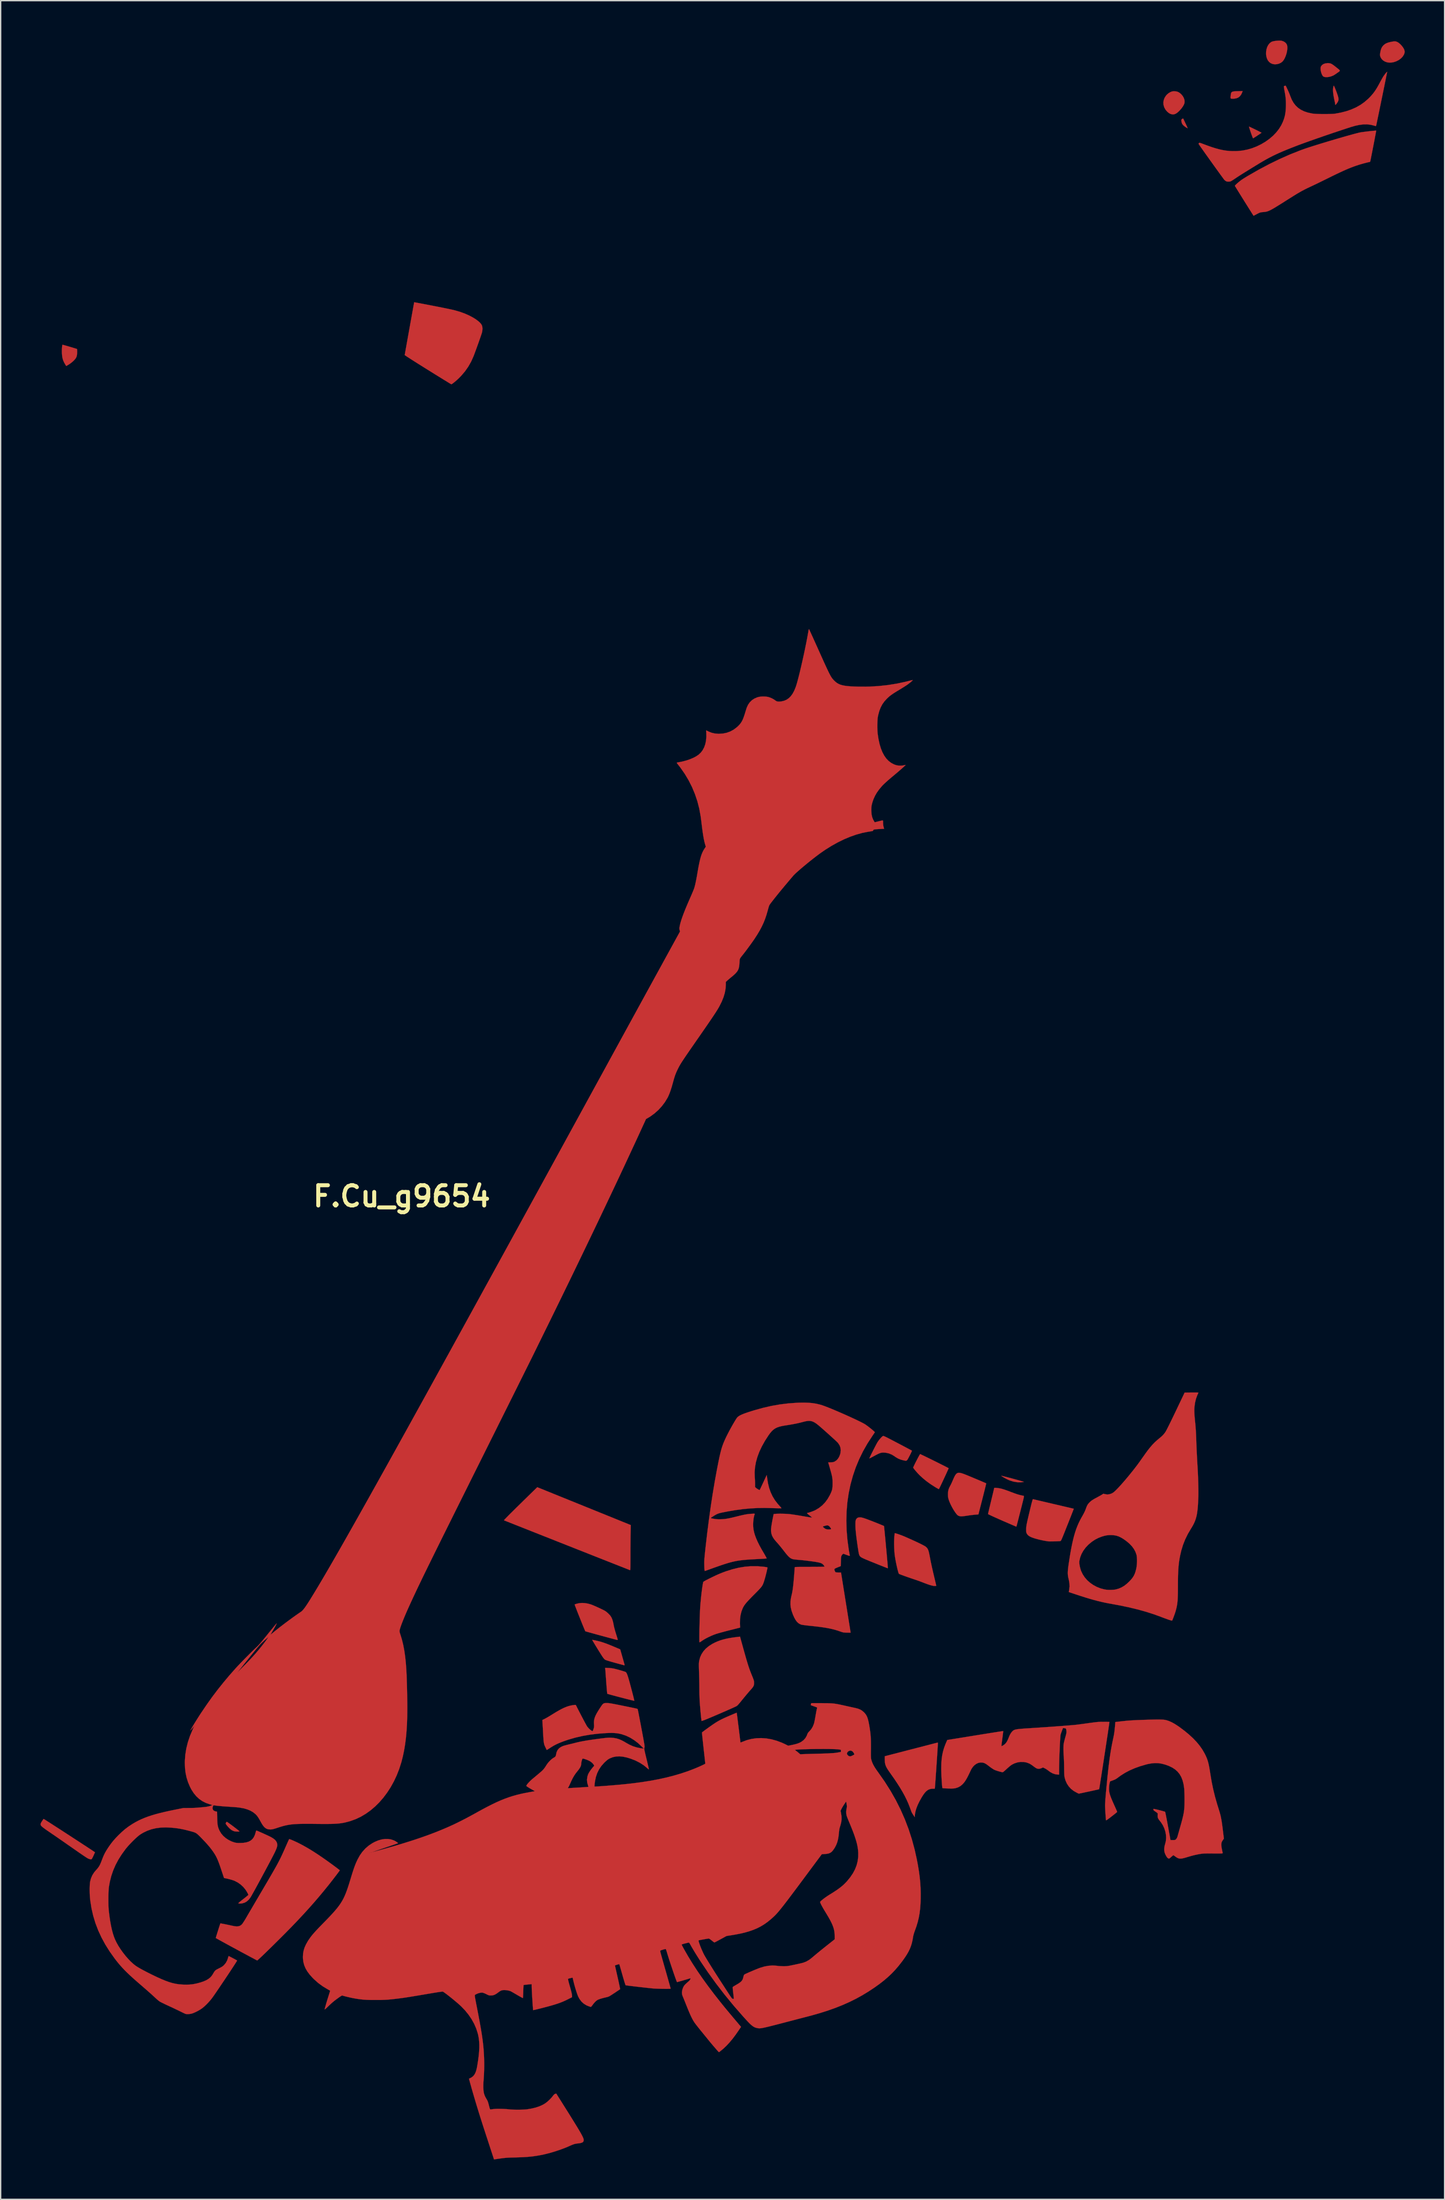
<source format=kicad_pcb>
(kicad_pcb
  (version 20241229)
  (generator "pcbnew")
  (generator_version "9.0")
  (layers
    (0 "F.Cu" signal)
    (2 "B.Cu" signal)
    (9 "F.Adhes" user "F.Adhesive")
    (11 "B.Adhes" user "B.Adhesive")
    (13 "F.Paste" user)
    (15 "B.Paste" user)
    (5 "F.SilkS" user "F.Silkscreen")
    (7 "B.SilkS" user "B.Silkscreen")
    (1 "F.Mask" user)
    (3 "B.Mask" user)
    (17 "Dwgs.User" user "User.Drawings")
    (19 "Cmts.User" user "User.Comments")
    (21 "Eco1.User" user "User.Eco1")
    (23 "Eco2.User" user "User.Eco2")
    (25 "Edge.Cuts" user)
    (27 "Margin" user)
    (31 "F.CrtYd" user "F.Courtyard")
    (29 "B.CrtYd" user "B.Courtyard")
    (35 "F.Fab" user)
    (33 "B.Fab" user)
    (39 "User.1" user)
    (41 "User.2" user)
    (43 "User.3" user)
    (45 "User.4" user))
  (footprint "F.Cu_g9654"
    (layer "F.Cu")
    (at 27.171 86.948)
    (property "Reference" "F.Cu_g9654" (at 0 0 0) (layer "F.SilkS") (effects (font (size 1.524 1.524) (thickness 0.3))))
    (attr through_hole)
    (fp_poly (pts (xy 63.235 -83.056) (xy 63.159 -82.889) (xy 63.063 -82.76) (xy 62.943 -82.664) (xy 62.798 -82.603) (xy 62.627 -82.574) (xy 62.544 -82.571) (xy 62.456 -82.573) (xy 62.402 -82.579) (xy 62.373 -82.592) (xy 62.364 -82.605) (xy 62.358 -82.648) (xy 62.359 -82.72) (xy 62.366 -82.805) (xy 62.377 -82.891) (xy 62.39 -82.964) (xy 62.403 -83.005) (xy 62.427 -83.047) (xy 62.461 -83.079) (xy 62.509 -83.102) (xy 62.578 -83.118) (xy 62.674 -83.129) (xy 62.803 -83.136) (xy 62.912 -83.139) (xy 63.267 -83.147) (xy 63.235 -83.056)) (stroke (width 0.01) (type solid)) (fill yes) (layer "F.Cu"))
    (fp_poly (pts (xy 58.791 -81.085) (xy 58.802 -81.064) (xy 58.828 -81.011) (xy 58.865 -80.933) (xy 58.911 -80.835) (xy 58.963 -80.725) (xy 59.018 -80.609) (xy 59.067 -80.502) (xy 59.099 -80.431) (xy 59.119 -80.378) (xy 59.125 -80.35) (xy 59.123 -80.349) (xy 59.099 -80.36) (xy 59.05 -80.389) (xy 58.985 -80.431) (xy 58.969 -80.441) (xy 58.849 -80.53) (xy 58.764 -80.613) (xy 58.709 -80.697) (xy 58.677 -80.79) (xy 58.676 -80.793) (xy 58.658 -80.892) (xy 58.654 -80.96) (xy 58.666 -81.006) (xy 58.696 -81.038) (xy 58.719 -81.053) (xy 58.764 -81.076) (xy 58.789 -81.085) (xy 58.791 -81.085)) (stroke (width 0.01) (type solid)) (fill yes) (layer "F.Cu"))
    (fp_poly (pts (xy 45.136 21.028) (xy 45.195 21.041) (xy 45.286 21.063) (xy 45.404 21.093) (xy 45.547 21.129) (xy 45.708 21.172) (xy 45.885 21.218) (xy 45.973 21.242) (xy 46.154 21.291) (xy 46.322 21.338) (xy 46.47 21.38) (xy 46.597 21.416) (xy 46.697 21.447) (xy 46.767 21.469) (xy 46.802 21.482) (xy 46.805 21.485) (xy 46.774 21.495) (xy 46.71 21.503) (xy 46.624 21.509) (xy 46.525 21.512) (xy 46.423 21.513) (xy 46.329 21.51) (xy 46.26 21.504) (xy 46.01 21.459) (xy 45.755 21.378) (xy 45.669 21.344) (xy 45.593 21.309) (xy 45.504 21.265) (xy 45.411 21.215) (xy 45.319 21.164) (xy 45.236 21.115) (xy 45.17 21.073) (xy 45.127 21.042) (xy 45.114 21.025) (xy 45.114 21.025) (xy 45.136 21.028)) (stroke (width 0.01) (type solid)) (fill yes) (layer "F.Cu"))
    (fp_poly (pts (xy 70.137 -83.54) (xy 70.161 -83.492) (xy 70.194 -83.417) (xy 70.234 -83.323) (xy 70.276 -83.216) (xy 70.32 -83.104) (xy 70.361 -82.991) (xy 70.398 -82.886) (xy 70.428 -82.796) (xy 70.445 -82.738) (xy 70.471 -82.624) (xy 70.482 -82.537) (xy 70.476 -82.464) (xy 70.453 -82.394) (xy 70.432 -82.348) (xy 70.395 -82.285) (xy 70.35 -82.219) (xy 70.304 -82.161) (xy 70.265 -82.12) (xy 70.242 -82.106) (xy 70.233 -82.124) (xy 70.231 -82.153) (xy 70.226 -82.189) (xy 70.214 -82.259) (xy 70.195 -82.353) (xy 70.172 -82.464) (xy 70.155 -82.539) (xy 70.108 -82.783) (xy 70.077 -83.002) (xy 70.065 -83.193) (xy 70.071 -83.351) (xy 70.082 -83.423) (xy 70.098 -83.49) (xy 70.114 -83.538) (xy 70.124 -83.554) (xy 70.137 -83.54)) (stroke (width 0.01) (type solid)) (fill yes) (layer "F.Cu"))
    (fp_poly (pts (xy -13.136 47.066) (xy -13.085 47.099) (xy -13.012 47.151) (xy -12.922 47.216) (xy -12.82 47.291) (xy -12.711 47.372) (xy -12.601 47.455) (xy -12.495 47.536) (xy -12.398 47.611) (xy -12.315 47.677) (xy -12.252 47.729) (xy -12.213 47.763) (xy -12.204 47.775) (xy -12.231 47.786) (xy -12.29 47.792) (xy -12.367 47.792) (xy -12.452 47.788) (xy -12.533 47.779) (xy -12.599 47.766) (xy -12.609 47.764) (xy -12.685 47.734) (xy -12.766 47.695) (xy -12.789 47.683) (xy -12.859 47.632) (xy -12.943 47.558) (xy -13.032 47.469) (xy -13.115 47.377) (xy -13.183 47.291) (xy -13.196 47.272) (xy -13.23 47.218) (xy -13.242 47.184) (xy -13.235 47.153) (xy -13.216 47.118) (xy -13.186 47.075) (xy -13.163 47.054) (xy -13.16 47.053) (xy -13.136 47.066)) (stroke (width 0.01) (type solid)) (fill yes) (layer "F.Cu"))
    (fp_poly (pts (xy 63.765 -80.467) (xy 63.818 -80.445) (xy 63.895 -80.409) (xy 63.991 -80.364) (xy 64.1 -80.312) (xy 64.215 -80.255) (xy 64.33 -80.199) (xy 64.439 -80.144) (xy 64.535 -80.095) (xy 64.612 -80.054) (xy 64.664 -80.025) (xy 64.685 -80.011) (xy 64.685 -80.01) (xy 64.669 -79.997) (xy 64.623 -79.965) (xy 64.556 -79.919) (xy 64.474 -79.864) (xy 64.384 -79.804) (xy 64.292 -79.743) (xy 64.206 -79.688) (xy 64.133 -79.641) (xy 64.079 -79.607) (xy 64.052 -79.591) (xy 64.051 -79.591) (xy 64.04 -79.609) (xy 64.018 -79.66) (xy 63.986 -79.741) (xy 63.948 -79.845) (xy 63.904 -79.966) (xy 63.884 -80.024) (xy 63.841 -80.152) (xy 63.803 -80.267) (xy 63.773 -80.361) (xy 63.753 -80.431) (xy 63.744 -80.468) (xy 63.745 -80.473) (xy 63.765 -80.467)) (stroke (width 0.01) (type solid)) (fill yes) (layer "F.Cu"))
    (fp_poly (pts (xy 58.283 -83.12) (xy 58.413 -83.079) (xy 58.535 -83.006) (xy 58.649 -82.906) (xy 58.761 -82.772) (xy 58.842 -82.627) (xy 58.89 -82.478) (xy 58.902 -82.331) (xy 58.885 -82.219) (xy 58.84 -82.109) (xy 58.767 -81.984) (xy 58.674 -81.853) (xy 58.566 -81.726) (xy 58.452 -81.609) (xy 58.34 -81.513) (xy 58.235 -81.445) (xy 58.23 -81.443) (xy 58.115 -81.399) (xy 58.004 -81.39) (xy 57.884 -81.413) (xy 57.83 -81.432) (xy 57.722 -81.49) (xy 57.606 -81.585) (xy 57.585 -81.605) (xy 57.457 -81.758) (xy 57.368 -81.925) (xy 57.316 -82.1) (xy 57.302 -82.279) (xy 57.327 -82.457) (xy 57.389 -82.629) (xy 57.491 -82.792) (xy 57.57 -82.883) (xy 57.691 -82.986) (xy 57.824 -83.065) (xy 57.825 -83.066) (xy 57.907 -83.101) (xy 57.976 -83.122) (xy 58.052 -83.13) (xy 58.134 -83.132) (xy 58.283 -83.12)) (stroke (width 0.01) (type solid)) (fill yes) (layer "F.Cu"))
    (fp_poly (pts (xy 66.186 -86.934) (xy 66.196 -86.932) (xy 66.334 -86.886) (xy 66.453 -86.815) (xy 66.545 -86.725) (xy 66.603 -86.62) (xy 66.611 -86.597) (xy 66.631 -86.464) (xy 66.628 -86.306) (xy 66.604 -86.132) (xy 66.562 -85.954) (xy 66.503 -85.778) (xy 66.432 -85.615) (xy 66.35 -85.474) (xy 66.268 -85.372) (xy 66.152 -85.28) (xy 66.01 -85.212) (xy 65.854 -85.17) (xy 65.694 -85.158) (xy 65.543 -85.178) (xy 65.531 -85.181) (xy 65.381 -85.244) (xy 65.255 -85.341) (xy 65.156 -85.469) (xy 65.084 -85.627) (xy 65.041 -85.812) (xy 65.029 -85.926) (xy 65.033 -86.119) (xy 65.064 -86.303) (xy 65.119 -86.471) (xy 65.196 -86.619) (xy 65.293 -86.74) (xy 65.406 -86.83) (xy 65.484 -86.868) (xy 65.579 -86.895) (xy 65.7 -86.917) (xy 65.835 -86.933) (xy 65.969 -86.942) (xy 66.091 -86.943) (xy 66.186 -86.934)) (stroke (width 0.01) (type solid)) (fill yes) (layer "F.Cu"))
    (fp_poly (pts (xy 69.754 -85.246) (xy 69.828 -85.236) (xy 69.897 -85.216) (xy 69.97 -85.181) (xy 70.053 -85.129) (xy 70.152 -85.056) (xy 70.277 -84.958) (xy 70.286 -84.951) (xy 70.401 -84.86) (xy 70.486 -84.791) (xy 70.543 -84.741) (xy 70.572 -84.702) (xy 70.576 -84.67) (xy 70.556 -84.639) (xy 70.514 -84.604) (xy 70.45 -84.559) (xy 70.401 -84.524) (xy 70.308 -84.459) (xy 70.217 -84.398) (xy 70.138 -84.348) (xy 70.088 -84.32) (xy 69.933 -84.256) (xy 69.769 -84.213) (xy 69.609 -84.194) (xy 69.465 -84.201) (xy 69.45 -84.204) (xy 69.372 -84.225) (xy 69.315 -84.263) (xy 69.266 -84.326) (xy 69.228 -84.4) (xy 69.181 -84.522) (xy 69.149 -84.652) (xy 69.132 -84.779) (xy 69.133 -84.893) (xy 69.152 -84.983) (xy 69.16 -85.001) (xy 69.235 -85.101) (xy 69.342 -85.176) (xy 69.478 -85.226) (xy 69.637 -85.247) (xy 69.67 -85.248) (xy 69.754 -85.246)) (stroke (width 0.01) (type solid)) (fill yes) (layer "F.Cu"))
    (fp_poly (pts (xy 74.761 -86.884) (xy 74.836 -86.867) (xy 74.911 -86.835) (xy 74.914 -86.834) (xy 75.023 -86.763) (xy 75.136 -86.665) (xy 75.244 -86.548) (xy 75.337 -86.424) (xy 75.407 -86.303) (xy 75.428 -86.252) (xy 75.455 -86.14) (xy 75.451 -86.034) (xy 75.415 -85.92) (xy 75.394 -85.877) (xy 75.297 -85.728) (xy 75.167 -85.596) (xy 75.012 -85.482) (xy 74.837 -85.392) (xy 74.651 -85.327) (xy 74.46 -85.291) (xy 74.273 -85.288) (xy 74.136 -85.31) (xy 73.975 -85.366) (xy 73.836 -85.45) (xy 73.726 -85.556) (xy 73.649 -85.68) (xy 73.625 -85.745) (xy 73.609 -85.803) (xy 73.602 -85.853) (xy 73.603 -85.909) (xy 73.611 -85.982) (xy 73.625 -86.068) (xy 73.661 -86.238) (xy 73.709 -86.375) (xy 73.774 -86.489) (xy 73.86 -86.59) (xy 73.883 -86.611) (xy 73.971 -86.682) (xy 74.069 -86.738) (xy 74.186 -86.785) (xy 74.331 -86.826) (xy 74.433 -86.849) (xy 74.569 -86.874) (xy 74.675 -86.886) (xy 74.761 -86.884)) (stroke (width 0.01) (type solid)) (fill yes) (layer "F.Cu"))
    (fp_poly (pts (xy -25.5 -64.059) (xy -25.445 -64.045) (xy -25.362 -64.023) (xy -25.257 -63.993) (xy -25.138 -63.959) (xy -25.011 -63.922) (xy -24.882 -63.884) (xy -24.758 -63.847) (xy -24.644 -63.812) (xy -24.549 -63.783) (xy -24.477 -63.759) (xy -24.435 -63.745) (xy -24.428 -63.741) (xy -24.423 -63.716) (xy -24.42 -63.659) (xy -24.418 -63.577) (xy -24.418 -63.504) (xy -24.424 -63.349) (xy -24.444 -63.224) (xy -24.481 -63.118) (xy -24.539 -63.02) (xy -24.625 -62.919) (xy -24.678 -62.864) (xy -24.792 -62.761) (xy -24.923 -62.659) (xy -25.035 -62.583) (xy -25.114 -62.534) (xy -25.18 -62.495) (xy -25.222 -62.47) (xy -25.236 -62.463) (xy -25.249 -62.479) (xy -25.277 -62.521) (xy -25.297 -62.553) (xy -25.394 -62.722) (xy -25.466 -62.88) (xy -25.515 -63.039) (xy -25.546 -63.211) (xy -25.562 -63.41) (xy -25.564 -63.458) (xy -25.566 -63.582) (xy -25.564 -63.707) (xy -25.558 -63.825) (xy -25.55 -63.927) (xy -25.539 -64.006) (xy -25.527 -64.054) (xy -25.521 -64.063) (xy -25.5 -64.059)) (stroke (width 0.01) (type solid)) (fill yes) (layer "F.Cu"))
    (fp_poly (pts (xy 14.357 33.371) (xy 14.414 33.38) (xy 14.496 33.396) (xy 14.594 33.417) (xy 14.701 33.441) (xy 14.809 33.467) (xy 14.909 33.492) (xy 14.993 33.515) (xy 15.004 33.519) (xy 15.146 33.564) (xy 15.293 33.615) (xy 15.454 33.674) (xy 15.633 33.744) (xy 15.839 33.828) (xy 16.014 33.902) (xy 16.439 34.082) (xy 16.57 34.54) (xy 16.61 34.683) (xy 16.65 34.821) (xy 16.685 34.947) (xy 16.715 35.051) (xy 16.737 35.126) (xy 16.741 35.142) (xy 16.762 35.224) (xy 16.767 35.27) (xy 16.757 35.282) (xy 16.728 35.276) (xy 16.667 35.261) (xy 16.582 35.239) (xy 16.482 35.212) (xy 16.468 35.208) (xy 16.212 35.139) (xy 15.995 35.079) (xy 15.813 35.028) (xy 15.664 34.985) (xy 15.543 34.949) (xy 15.449 34.919) (xy 15.379 34.895) (xy 15.329 34.875) (xy 15.297 34.859) (xy 15.293 34.857) (xy 15.241 34.811) (xy 15.175 34.731) (xy 15.098 34.623) (xy 15.074 34.586) (xy 15.011 34.489) (xy 14.939 34.374) (xy 14.86 34.248) (xy 14.777 34.115) (xy 14.694 33.979) (xy 14.613 33.846) (xy 14.536 33.72) (xy 14.468 33.607) (xy 14.41 33.51) (xy 14.367 33.435) (xy 14.34 33.387) (xy 14.333 33.371) (xy 14.357 33.371)) (stroke (width 0.01) (type solid)) (fill yes) (layer "F.Cu"))
    (fp_poly (pts (xy 39.033 19.405) (xy 39.095 19.433) (xy 39.185 19.476) (xy 39.3 19.531) (xy 39.436 19.597) (xy 39.587 19.67) (xy 39.75 19.75) (xy 39.921 19.835) (xy 40.095 19.921) (xy 40.269 20.007) (xy 40.439 20.092) (xy 40.599 20.173) (xy 40.747 20.247) (xy 40.878 20.313) (xy 40.987 20.369) (xy 41.072 20.413) (xy 41.126 20.443) (xy 41.148 20.457) (xy 41.148 20.457) (xy 41.139 20.482) (xy 41.115 20.54) (xy 41.077 20.626) (xy 41.028 20.734) (xy 40.97 20.861) (xy 40.906 21) (xy 40.837 21.148) (xy 40.767 21.299) (xy 40.697 21.448) (xy 40.63 21.59) (xy 40.568 21.72) (xy 40.514 21.834) (xy 40.469 21.926) (xy 40.436 21.991) (xy 40.417 22.025) (xy 40.414 22.028) (xy 40.391 22.02) (xy 40.338 21.993) (xy 40.263 21.951) (xy 40.173 21.898) (xy 40.132 21.874) (xy 39.799 21.661) (xy 39.499 21.445) (xy 39.222 21.219) (xy 38.992 21.009) (xy 38.911 20.927) (xy 38.824 20.836) (xy 38.738 20.74) (xy 38.657 20.647) (xy 38.585 20.561) (xy 38.529 20.488) (xy 38.493 20.435) (xy 38.481 20.408) (xy 38.49 20.379) (xy 38.516 20.32) (xy 38.555 20.236) (xy 38.604 20.135) (xy 38.66 20.022) (xy 38.721 19.903) (xy 38.783 19.784) (xy 38.842 19.671) (xy 38.897 19.569) (xy 38.943 19.486) (xy 38.979 19.426) (xy 38.999 19.396) (xy 39.003 19.393) (xy 39.033 19.405)) (stroke (width 0.01) (type solid)) (fill yes) (layer "F.Cu"))
    (fp_poly (pts (xy 15.553 35.482) (xy 15.67 35.49) (xy 15.789 35.502) (xy 15.893 35.516) (xy 15.949 35.527) (xy 16.048 35.55) (xy 16.165 35.58) (xy 16.292 35.614) (xy 16.421 35.65) (xy 16.545 35.686) (xy 16.657 35.72) (xy 16.75 35.749) (xy 16.815 35.772) (xy 16.843 35.784) (xy 16.868 35.804) (xy 16.893 35.832) (xy 16.918 35.872) (xy 16.945 35.926) (xy 16.974 35.996) (xy 17.006 36.087) (xy 17.042 36.2) (xy 17.083 36.339) (xy 17.13 36.506) (xy 17.184 36.704) (xy 17.246 36.936) (xy 17.317 37.205) (xy 17.356 37.356) (xy 17.395 37.506) (xy 17.43 37.643) (xy 17.459 37.761) (xy 17.481 37.855) (xy 17.496 37.92) (xy 17.501 37.949) (xy 17.501 37.951) (xy 17.48 37.949) (xy 17.422 37.937) (xy 17.33 37.916) (xy 17.21 37.887) (xy 17.065 37.851) (xy 16.898 37.809) (xy 16.714 37.762) (xy 16.517 37.711) (xy 16.489 37.703) (xy 16.29 37.651) (xy 16.103 37.601) (xy 15.932 37.556) (xy 15.782 37.515) (xy 15.657 37.48) (xy 15.56 37.453) (xy 15.495 37.434) (xy 15.467 37.425) (xy 15.467 37.424) (xy 15.462 37.4) (xy 15.454 37.339) (xy 15.444 37.244) (xy 15.433 37.121) (xy 15.421 36.973) (xy 15.407 36.806) (xy 15.394 36.625) (xy 15.388 36.553) (xy 15.375 36.362) (xy 15.361 36.18) (xy 15.349 36.013) (xy 15.338 35.865) (xy 15.329 35.742) (xy 15.322 35.65) (xy 15.317 35.593) (xy 15.316 35.584) (xy 15.306 35.47) (xy 15.553 35.482)) (stroke (width 0.01) (type solid)) (fill yes) (layer "F.Cu"))
    (fp_poly (pts (xy 17.236 24.733) (xy 17.222 25.398) (xy 17.219 25.564) (xy 17.217 25.764) (xy 17.214 25.989) (xy 17.212 26.231) (xy 17.21 26.482) (xy 17.209 26.734) (xy 17.209 26.977) (xy 17.209 27.097) (xy 17.208 27.301) (xy 17.207 27.493) (xy 17.206 27.666) (xy 17.204 27.818) (xy 17.202 27.944) (xy 17.199 28.041) (xy 17.196 28.104) (xy 17.193 28.129) (xy 17.193 28.129) (xy 17.172 28.121) (xy 17.113 28.099) (xy 17.019 28.062) (xy 16.89 28.011) (xy 16.729 27.948) (xy 16.537 27.872) (xy 16.316 27.785) (xy 16.067 27.687) (xy 15.793 27.579) (xy 15.494 27.461) (xy 15.174 27.335) (xy 14.833 27.2) (xy 14.473 27.058) (xy 14.095 26.909) (xy 13.703 26.753) (xy 13.296 26.593) (xy 12.878 26.427) (xy 12.449 26.258) (xy 12.446 26.256) (xy 12.017 26.087) (xy 11.598 25.921) (xy 11.192 25.76) (xy 10.799 25.605) (xy 10.421 25.455) (xy 10.061 25.313) (xy 9.719 25.178) (xy 9.398 25.05) (xy 9.099 24.932) (xy 8.824 24.823) (xy 8.575 24.725) (xy 8.354 24.637) (xy 8.161 24.561) (xy 7.999 24.496) (xy 7.87 24.445) (xy 7.775 24.407) (xy 7.716 24.384) (xy 7.694 24.375) (xy 7.694 24.375) (xy 7.704 24.358) (xy 7.744 24.311) (xy 7.815 24.236) (xy 7.917 24.131) (xy 8.049 23.997) (xy 8.212 23.834) (xy 8.405 23.642) (xy 8.629 23.42) (xy 8.884 23.17) (xy 9.169 22.89) (xy 9.485 22.581) (xy 9.539 22.528) (xy 10.199 21.884) (xy 17.236 24.733)) (stroke (width 0.01) (type solid)) (fill yes) (layer "F.Cu"))
    (fp_poly (pts (xy -26.925 46.846) (xy -26.874 46.878) (xy -26.793 46.928) (xy -26.686 46.997) (xy -26.553 47.081) (xy -26.4 47.18) (xy -26.227 47.291) (xy -26.039 47.413) (xy -25.837 47.543) (xy -25.625 47.68) (xy -25.405 47.823) (xy -25.181 47.968) (xy -24.954 48.116) (xy -24.728 48.263) (xy -24.505 48.408) (xy -24.289 48.549) (xy -24.082 48.684) (xy -23.886 48.812) (xy -23.705 48.93) (xy -23.542 49.038) (xy -23.398 49.132) (xy -23.278 49.212) (xy -23.183 49.275) (xy -23.116 49.32) (xy -23.081 49.345) (xy -23.077 49.349) (xy -23.083 49.369) (xy -23.105 49.42) (xy -23.138 49.495) (xy -23.181 49.588) (xy -23.197 49.622) (xy -23.249 49.732) (xy -23.289 49.808) (xy -23.322 49.856) (xy -23.355 49.879) (xy -23.396 49.882) (xy -23.449 49.87) (xy -23.518 49.849) (xy -23.542 49.84) (xy -23.568 49.83) (xy -23.599 49.815) (xy -23.636 49.795) (xy -23.682 49.768) (xy -23.739 49.732) (xy -23.809 49.686) (xy -23.896 49.629) (xy -24 49.558) (xy -24.125 49.472) (xy -24.272 49.371) (xy -24.444 49.251) (xy -24.644 49.112) (xy -24.873 48.953) (xy -25.134 48.771) (xy -25.199 48.725) (xy -25.373 48.604) (xy -25.56 48.474) (xy -25.751 48.343) (xy -25.936 48.214) (xy -26.109 48.095) (xy -26.261 47.992) (xy -26.331 47.943) (xy -26.523 47.812) (xy -26.683 47.702) (xy -26.813 47.611) (xy -26.917 47.535) (xy -26.997 47.474) (xy -27.057 47.424) (xy -27.1 47.384) (xy -27.129 47.351) (xy -27.146 47.322) (xy -27.148 47.317) (xy -27.163 47.273) (xy -27.166 47.229) (xy -27.155 47.18) (xy -27.129 47.12) (xy -27.083 47.042) (xy -27.017 46.942) (xy -26.943 46.836) (xy -26.925 46.846)) (stroke (width 0.01) (type solid)) (fill yes) (layer "F.Cu"))
    (fp_poly (pts (xy 36.254 18.034) (xy 36.287 18.045) (xy 36.334 18.064) (xy 36.396 18.092) (xy 36.477 18.132) (xy 36.58 18.183) (xy 36.708 18.249) (xy 36.863 18.33) (xy 37.05 18.427) (xy 37.27 18.543) (xy 37.309 18.563) (xy 37.505 18.666) (xy 37.689 18.763) (xy 37.859 18.853) (xy 38.011 18.934) (xy 38.142 19.004) (xy 38.248 19.06) (xy 38.326 19.102) (xy 38.372 19.128) (xy 38.383 19.135) (xy 38.379 19.158) (xy 38.358 19.213) (xy 38.322 19.294) (xy 38.274 19.394) (xy 38.216 19.508) (xy 38.21 19.519) (xy 38.142 19.65) (xy 38.089 19.748) (xy 38.046 19.818) (xy 38.007 19.862) (xy 37.968 19.886) (xy 37.923 19.892) (xy 37.867 19.887) (xy 37.794 19.872) (xy 37.761 19.865) (xy 37.541 19.808) (xy 37.346 19.727) (xy 37.16 19.618) (xy 37.074 19.556) (xy 36.878 19.434) (xy 36.662 19.345) (xy 36.436 19.293) (xy 36.257 19.28) (xy 36.179 19.281) (xy 36.108 19.288) (xy 36.038 19.302) (xy 35.963 19.327) (xy 35.877 19.363) (xy 35.771 19.414) (xy 35.642 19.482) (xy 35.508 19.554) (xy 35.404 19.61) (xy 35.313 19.658) (xy 35.242 19.694) (xy 35.198 19.715) (xy 35.185 19.719) (xy 35.19 19.697) (xy 35.213 19.644) (xy 35.25 19.564) (xy 35.299 19.462) (xy 35.356 19.345) (xy 35.42 19.217) (xy 35.487 19.084) (xy 35.554 18.951) (xy 35.62 18.824) (xy 35.681 18.708) (xy 35.734 18.608) (xy 35.778 18.53) (xy 35.808 18.479) (xy 35.808 18.479) (xy 35.878 18.379) (xy 35.957 18.278) (xy 36.038 18.185) (xy 36.113 18.107) (xy 36.176 18.053) (xy 36.201 18.037) (xy 36.214 18.032) (xy 36.23 18.03) (xy 36.254 18.034)) (stroke (width 0.01) (type solid)) (fill yes) (layer "F.Cu"))
    (fp_poly (pts (xy 13.783 30.603) (xy 14.003 30.639) (xy 14.221 30.699) (xy 14.232 30.703) (xy 14.311 30.732) (xy 14.416 30.775) (xy 14.541 30.829) (xy 14.677 30.889) (xy 14.818 30.953) (xy 14.955 31.018) (xy 15.082 31.078) (xy 15.191 31.132) (xy 15.274 31.176) (xy 15.316 31.201) (xy 15.427 31.283) (xy 15.543 31.387) (xy 15.649 31.496) (xy 15.702 31.559) (xy 15.777 31.677) (xy 15.841 31.82) (xy 15.894 31.994) (xy 15.939 32.202) (xy 15.95 32.269) (xy 15.967 32.354) (xy 15.996 32.47) (xy 16.032 32.606) (xy 16.074 32.753) (xy 16.119 32.9) (xy 16.128 32.93) (xy 16.174 33.076) (xy 16.209 33.186) (xy 16.232 33.266) (xy 16.245 33.32) (xy 16.25 33.353) (xy 16.247 33.371) (xy 16.237 33.377) (xy 16.227 33.377) (xy 16.199 33.371) (xy 16.133 33.355) (xy 16.035 33.33) (xy 15.907 33.296) (xy 15.753 33.256) (xy 15.578 33.209) (xy 15.384 33.156) (xy 15.176 33.1) (xy 15.002 33.053) (xy 14.786 32.994) (xy 14.583 32.938) (xy 14.396 32.886) (xy 14.229 32.84) (xy 14.085 32.8) (xy 13.968 32.767) (xy 13.881 32.742) (xy 13.829 32.727) (xy 13.814 32.722) (xy 13.801 32.697) (xy 13.775 32.638) (xy 13.738 32.549) (xy 13.691 32.435) (xy 13.635 32.3) (xy 13.574 32.15) (xy 13.509 31.987) (xy 13.441 31.817) (xy 13.372 31.645) (xy 13.304 31.475) (xy 13.239 31.311) (xy 13.179 31.158) (xy 13.126 31.02) (xy 13.08 30.902) (xy 13.045 30.809) (xy 13.022 30.744) (xy 13.012 30.713) (xy 13.012 30.711) (xy 13.05 30.69) (xy 13.12 30.665) (xy 13.21 30.64) (xy 13.309 30.618) (xy 13.383 30.605) (xy 13.573 30.591) (xy 13.783 30.603)) (stroke (width 0.01) (type solid)) (fill yes) (layer "F.Cu"))
    (fp_poly (pts (xy 40.339 41.156) (xy 40.339 41.185) (xy 40.335 41.253) (xy 40.329 41.354) (xy 40.322 41.486) (xy 40.312 41.644) (xy 40.3 41.824) (xy 40.287 42.023) (xy 40.274 42.235) (xy 40.259 42.458) (xy 40.244 42.687) (xy 40.228 42.918) (xy 40.213 43.147) (xy 40.197 43.37) (xy 40.182 43.584) (xy 40.169 43.783) (xy 40.156 43.965) (xy 40.144 44.125) (xy 40.134 44.259) (xy 40.126 44.363) (xy 40.12 44.429) (xy 40.107 44.566) (xy 39.945 44.568) (xy 39.811 44.579) (xy 39.689 44.612) (xy 39.575 44.669) (xy 39.465 44.755) (xy 39.356 44.871) (xy 39.244 45.022) (xy 39.125 45.21) (xy 39.105 45.244) (xy 38.947 45.527) (xy 38.821 45.788) (xy 38.725 46.031) (xy 38.657 46.26) (xy 38.616 46.479) (xy 38.603 46.609) (xy 38.597 46.704) (xy 38.49 46.544) (xy 38.439 46.464) (xy 38.395 46.39) (xy 38.365 46.335) (xy 38.359 46.321) (xy 38.343 46.28) (xy 38.316 46.207) (xy 38.281 46.113) (xy 38.242 46.006) (xy 38.226 45.963) (xy 38.116 45.683) (xy 37.989 45.398) (xy 37.844 45.107) (xy 37.679 44.805) (xy 37.491 44.488) (xy 37.278 44.154) (xy 37.039 43.797) (xy 36.77 43.416) (xy 36.768 43.413) (xy 36.649 43.243) (xy 36.553 43.098) (xy 36.48 42.973) (xy 36.425 42.86) (xy 36.387 42.752) (xy 36.362 42.643) (xy 36.349 42.527) (xy 36.344 42.395) (xy 36.343 42.341) (xy 36.343 42.122) (xy 36.401 42.108) (xy 36.43 42.101) (xy 36.496 42.083) (xy 36.598 42.057) (xy 36.732 42.023) (xy 36.895 41.98) (xy 37.085 41.931) (xy 37.297 41.876) (xy 37.531 41.816) (xy 37.781 41.751) (xy 38.046 41.682) (xy 38.323 41.611) (xy 38.396 41.592) (xy 40.333 41.091) (xy 40.339 41.156)) (stroke (width 0.01) (type solid)) (fill yes) (layer "F.Cu"))
    (fp_poly (pts (xy 44.727 21.933) (xy 44.822 21.944) (xy 44.926 21.959) (xy 45.03 21.977) (xy 45.127 21.999) (xy 45.129 22) (xy 45.224 22.027) (xy 45.345 22.065) (xy 45.477 22.11) (xy 45.609 22.157) (xy 45.648 22.172) (xy 45.84 22.246) (xy 46 22.305) (xy 46.133 22.354) (xy 46.246 22.393) (xy 46.345 22.425) (xy 46.437 22.452) (xy 46.529 22.476) (xy 46.626 22.498) (xy 46.736 22.521) (xy 46.792 22.533) (xy 46.802 22.536) (xy 46.809 22.543) (xy 46.813 22.558) (xy 46.812 22.584) (xy 46.807 22.623) (xy 46.796 22.68) (xy 46.779 22.758) (xy 46.755 22.859) (xy 46.723 22.988) (xy 46.683 23.147) (xy 46.635 23.341) (xy 46.576 23.571) (xy 46.567 23.606) (xy 46.502 23.863) (xy 46.446 24.081) (xy 46.4 24.265) (xy 46.361 24.417) (xy 46.329 24.54) (xy 46.304 24.637) (xy 46.284 24.712) (xy 46.269 24.766) (xy 46.258 24.804) (xy 46.25 24.828) (xy 46.244 24.842) (xy 46.239 24.848) (xy 46.235 24.849) (xy 46.232 24.849) (xy 46.211 24.841) (xy 46.154 24.817) (xy 46.065 24.779) (xy 45.949 24.729) (xy 45.808 24.668) (xy 45.646 24.598) (xy 45.467 24.52) (xy 45.275 24.437) (xy 45.164 24.389) (xy 44.961 24.299) (xy 44.771 24.215) (xy 44.599 24.138) (xy 44.448 24.069) (xy 44.32 24.009) (xy 44.22 23.962) (xy 44.151 23.927) (xy 44.115 23.906) (xy 44.111 23.902) (xy 44.116 23.877) (xy 44.13 23.814) (xy 44.152 23.719) (xy 44.181 23.596) (xy 44.216 23.447) (xy 44.257 23.279) (xy 44.301 23.095) (xy 44.344 22.917) (xy 44.391 22.722) (xy 44.435 22.539) (xy 44.475 22.374) (xy 44.51 22.229) (xy 44.538 22.109) (xy 44.56 22.018) (xy 44.573 21.96) (xy 44.577 21.94) (xy 44.596 21.931) (xy 44.649 21.929) (xy 44.727 21.933)) (stroke (width 0.01) (type solid)) (fill yes) (layer "F.Cu"))
    (fp_poly (pts (xy 42.02 20.806) (xy 42.152 20.841) (xy 42.313 20.897) (xy 42.46 20.955) (xy 42.554 20.993) (xy 42.67 21.041) (xy 42.804 21.096) (xy 42.949 21.157) (xy 43.102 21.221) (xy 43.256 21.286) (xy 43.408 21.35) (xy 43.551 21.41) (xy 43.682 21.466) (xy 43.795 21.514) (xy 43.884 21.553) (xy 43.946 21.58) (xy 43.974 21.594) (xy 43.975 21.595) (xy 43.972 21.616) (xy 43.958 21.675) (xy 43.937 21.768) (xy 43.907 21.89) (xy 43.87 22.039) (xy 43.827 22.21) (xy 43.78 22.4) (xy 43.728 22.605) (xy 43.688 22.761) (xy 43.633 22.975) (xy 43.582 23.176) (xy 43.534 23.361) (xy 43.492 23.526) (xy 43.456 23.668) (xy 43.427 23.782) (xy 43.406 23.866) (xy 43.394 23.914) (xy 43.392 23.926) (xy 43.372 23.931) (xy 43.319 23.937) (xy 43.241 23.944) (xy 43.175 23.948) (xy 43.072 23.957) (xy 42.943 23.971) (xy 42.801 23.989) (xy 42.663 24.008) (xy 42.63 24.013) (xy 42.463 24.038) (xy 42.332 24.056) (xy 42.23 24.068) (xy 42.151 24.075) (xy 42.088 24.076) (xy 42.035 24.073) (xy 42.004 24.068) (xy 41.928 24.048) (xy 41.857 24.016) (xy 41.849 24.011) (xy 41.786 23.957) (xy 41.711 23.869) (xy 41.628 23.755) (xy 41.54 23.621) (xy 41.451 23.472) (xy 41.366 23.315) (xy 41.287 23.156) (xy 41.219 23.002) (xy 41.165 22.859) (xy 41.158 22.839) (xy 41.129 22.742) (xy 41.111 22.655) (xy 41.102 22.562) (xy 41.098 22.446) (xy 41.097 22.426) (xy 41.104 22.248) (xy 41.13 22.094) (xy 41.179 21.949) (xy 41.256 21.797) (xy 41.264 21.784) (xy 41.3 21.716) (xy 41.347 21.621) (xy 41.398 21.51) (xy 41.448 21.395) (xy 41.457 21.375) (xy 41.536 21.191) (xy 41.607 21.046) (xy 41.675 20.935) (xy 41.745 20.859) (xy 41.822 20.813) (xy 41.912 20.796) (xy 42.02 20.806)) (stroke (width 0.01) (type solid)) (fill yes) (layer "F.Cu"))
    (fp_poly (pts (xy 34.562 24.158) (xy 34.626 24.17) (xy 34.707 24.191) (xy 34.814 24.225) (xy 34.871 24.244) (xy 34.95 24.272) (xy 35.054 24.31) (xy 35.178 24.357) (xy 35.316 24.41) (xy 35.463 24.467) (xy 35.613 24.526) (xy 35.76 24.585) (xy 35.9 24.641) (xy 36.026 24.693) (xy 36.133 24.737) (xy 36.216 24.773) (xy 36.269 24.797) (xy 36.285 24.806) (xy 36.289 24.828) (xy 36.296 24.889) (xy 36.306 24.983) (xy 36.318 25.107) (xy 36.333 25.258) (xy 36.35 25.431) (xy 36.368 25.622) (xy 36.388 25.827) (xy 36.408 26.042) (xy 36.428 26.264) (xy 36.449 26.487) (xy 36.469 26.709) (xy 36.489 26.925) (xy 36.507 27.131) (xy 36.524 27.323) (xy 36.54 27.497) (xy 36.553 27.649) (xy 36.563 27.776) (xy 36.571 27.872) (xy 36.575 27.935) (xy 36.576 27.956) (xy 36.566 27.979) (xy 36.56 27.981) (xy 36.538 27.972) (xy 36.48 27.95) (xy 36.391 27.915) (xy 36.275 27.869) (xy 36.136 27.814) (xy 35.978 27.751) (xy 35.804 27.682) (xy 35.666 27.626) (xy 35.428 27.53) (xy 35.226 27.449) (xy 35.057 27.379) (xy 34.917 27.321) (xy 34.804 27.272) (xy 34.714 27.231) (xy 34.643 27.196) (xy 34.589 27.166) (xy 34.547 27.139) (xy 34.516 27.114) (xy 34.491 27.089) (xy 34.474 27.069) (xy 34.451 27.037) (xy 34.432 27.001) (xy 34.414 26.956) (xy 34.397 26.895) (xy 34.38 26.815) (xy 34.361 26.711) (xy 34.34 26.577) (xy 34.314 26.407) (xy 34.303 26.329) (xy 34.26 26.031) (xy 34.225 25.771) (xy 34.196 25.542) (xy 34.174 25.342) (xy 34.157 25.165) (xy 34.145 25.007) (xy 34.139 24.862) (xy 34.137 24.781) (xy 34.136 24.627) (xy 34.139 24.509) (xy 34.148 24.419) (xy 34.164 24.35) (xy 34.188 24.297) (xy 34.222 24.251) (xy 34.249 24.224) (xy 34.293 24.189) (xy 34.342 24.168) (xy 34.412 24.158) (xy 34.446 24.155) (xy 34.505 24.153) (xy 34.562 24.158)) (stroke (width 0.01) (type solid)) (fill yes) (layer "F.Cu"))
    (fp_poly (pts (xy 37.117 25.344) (xy 37.175 25.358) (xy 37.259 25.383) (xy 37.362 25.417) (xy 37.477 25.458) (xy 37.598 25.502) (xy 37.718 25.549) (xy 37.831 25.595) (xy 37.878 25.616) (xy 38.187 25.753) (xy 38.458 25.875) (xy 38.693 25.983) (xy 38.894 26.077) (xy 39.063 26.159) (xy 39.201 26.23) (xy 39.31 26.289) (xy 39.391 26.338) (xy 39.447 26.379) (xy 39.462 26.392) (xy 39.508 26.439) (xy 39.548 26.489) (xy 39.582 26.545) (xy 39.612 26.613) (xy 39.641 26.699) (xy 39.669 26.807) (xy 39.698 26.942) (xy 39.731 27.11) (xy 39.763 27.282) (xy 39.786 27.401) (xy 39.817 27.554) (xy 39.855 27.731) (xy 39.897 27.925) (xy 39.943 28.127) (xy 39.99 28.331) (xy 40.027 28.488) (xy 40.069 28.665) (xy 40.108 28.829) (xy 40.143 28.976) (xy 40.172 29.101) (xy 40.195 29.199) (xy 40.21 29.266) (xy 40.216 29.297) (xy 40.217 29.299) (xy 40.198 29.308) (xy 40.15 29.312) (xy 40.087 29.313) (xy 40.021 29.309) (xy 39.973 29.302) (xy 39.848 29.273) (xy 39.711 29.233) (xy 39.554 29.18) (xy 39.37 29.112) (xy 39.296 29.083) (xy 39.151 29.027) (xy 38.991 28.967) (xy 38.831 28.909) (xy 38.688 28.859) (xy 38.629 28.84) (xy 38.458 28.783) (xy 38.285 28.724) (xy 38.114 28.665) (xy 37.951 28.607) (xy 37.801 28.554) (xy 37.668 28.505) (xy 37.558 28.463) (xy 37.474 28.43) (xy 37.423 28.408) (xy 37.409 28.399) (xy 37.389 28.363) (xy 37.364 28.291) (xy 37.335 28.188) (xy 37.302 28.061) (xy 37.267 27.915) (xy 37.231 27.756) (xy 37.196 27.589) (xy 37.163 27.42) (xy 37.133 27.256) (xy 37.108 27.101) (xy 37.095 27.009) (xy 37.076 26.84) (xy 37.062 26.641) (xy 37.052 26.425) (xy 37.046 26.204) (xy 37.046 25.989) (xy 37.051 25.792) (xy 37.061 25.633) (xy 37.071 25.529) (xy 37.079 25.44) (xy 37.086 25.377) (xy 37.091 25.345) (xy 37.091 25.343) (xy 37.117 25.344)) (stroke (width 0.01) (type solid)) (fill yes) (layer "F.Cu"))
    (fp_poly (pts (xy 47.523 22.791) (xy 47.586 22.806) (xy 47.684 22.829) (xy 47.813 22.86) (xy 47.971 22.897) (xy 48.152 22.939) (xy 48.356 22.987) (xy 48.577 23.039) (xy 48.813 23.094) (xy 49.043 23.148) (xy 49.289 23.205) (xy 49.523 23.26) (xy 49.741 23.311) (xy 49.94 23.358) (xy 50.118 23.399) (xy 50.27 23.435) (xy 50.394 23.465) (xy 50.486 23.487) (xy 50.543 23.5) (xy 50.562 23.505) (xy 50.556 23.525) (xy 50.535 23.581) (xy 50.501 23.67) (xy 50.455 23.787) (xy 50.399 23.931) (xy 50.334 24.097) (xy 50.261 24.282) (xy 50.182 24.482) (xy 50.097 24.695) (xy 50.088 24.718) (xy 49.99 24.965) (xy 49.906 25.177) (xy 49.835 25.355) (xy 49.775 25.502) (xy 49.726 25.622) (xy 49.686 25.717) (xy 49.654 25.79) (xy 49.628 25.845) (xy 49.607 25.883) (xy 49.59 25.909) (xy 49.576 25.924) (xy 49.563 25.933) (xy 49.55 25.937) (xy 49.543 25.938) (xy 49.497 25.943) (xy 49.418 25.948) (xy 49.315 25.953) (xy 49.195 25.957) (xy 49.069 25.96) (xy 48.944 25.962) (xy 48.831 25.963) (xy 48.737 25.963) (xy 48.672 25.961) (xy 48.652 25.959) (xy 48.408 25.92) (xy 48.186 25.878) (xy 47.962 25.827) (xy 47.861 25.801) (xy 47.649 25.743) (xy 47.474 25.686) (xy 47.333 25.63) (xy 47.221 25.571) (xy 47.135 25.508) (xy 47.069 25.438) (xy 47.026 25.371) (xy 47.005 25.326) (xy 46.991 25.279) (xy 46.984 25.22) (xy 46.981 25.138) (xy 46.982 25.051) (xy 46.983 24.989) (xy 46.985 24.931) (xy 46.989 24.871) (xy 46.997 24.807) (xy 47.008 24.734) (xy 47.023 24.649) (xy 47.044 24.547) (xy 47.07 24.426) (xy 47.104 24.28) (xy 47.144 24.106) (xy 47.193 23.901) (xy 47.251 23.66) (xy 47.279 23.543) (xy 47.329 23.34) (xy 47.369 23.175) (xy 47.403 23.044) (xy 47.43 22.944) (xy 47.451 22.872) (xy 47.468 22.823) (xy 47.482 22.796) (xy 47.493 22.785) (xy 47.497 22.785) (xy 47.523 22.791)) (stroke (width 0.01) (type solid)) (fill yes) (layer "F.Cu"))
    (fp_poly (pts (xy 0.96 -67.257) (xy 1.017 -67.247) (xy 1.105 -67.231) (xy 1.219 -67.21) (xy 1.354 -67.185) (xy 1.505 -67.156) (xy 1.545 -67.149) (xy 1.973 -67.067) (xy 2.361 -66.992) (xy 2.708 -66.924) (xy 3.015 -66.863) (xy 3.284 -66.809) (xy 3.514 -66.761) (xy 3.707 -66.72) (xy 3.863 -66.685) (xy 3.982 -66.656) (xy 3.99 -66.654) (xy 4.375 -66.543) (xy 4.74 -66.411) (xy 5.08 -66.261) (xy 5.389 -66.095) (xy 5.573 -65.979) (xy 5.748 -65.85) (xy 5.884 -65.728) (xy 5.982 -65.613) (xy 6.036 -65.519) (xy 6.068 -65.405) (xy 6.078 -65.265) (xy 6.066 -65.109) (xy 6.042 -64.99) (xy 6.027 -64.939) (xy 6 -64.853) (xy 5.961 -64.739) (xy 5.914 -64.601) (xy 5.859 -64.445) (xy 5.8 -64.276) (xy 5.737 -64.1) (xy 5.673 -63.922) (xy 5.61 -63.747) (xy 5.549 -63.582) (xy 5.493 -63.43) (xy 5.444 -63.299) (xy 5.404 -63.195) (xy 5.224 -62.793) (xy 5.009 -62.414) (xy 4.758 -62.056) (xy 4.47 -61.719) (xy 4.284 -61.53) (xy 4.194 -61.447) (xy 4.099 -61.362) (xy 4.003 -61.28) (xy 3.913 -61.207) (xy 3.835 -61.148) (xy 3.774 -61.106) (xy 3.738 -61.088) (xy 3.734 -61.087) (xy 3.714 -61.098) (xy 3.66 -61.13) (xy 3.575 -61.182) (xy 3.462 -61.251) (xy 3.323 -61.336) (xy 3.16 -61.436) (xy 2.976 -61.55) (xy 2.774 -61.675) (xy 2.555 -61.81) (xy 2.323 -61.954) (xy 2.079 -62.106) (xy 1.968 -62.175) (xy 1.684 -62.352) (xy 1.42 -62.518) (xy 1.177 -62.67) (xy 0.959 -62.808) (xy 0.766 -62.931) (xy 0.6 -63.038) (xy 0.462 -63.127) (xy 0.354 -63.198) (xy 0.278 -63.25) (xy 0.235 -63.281) (xy 0.226 -63.291) (xy 0.231 -63.318) (xy 0.242 -63.382) (xy 0.26 -63.481) (xy 0.283 -63.61) (xy 0.311 -63.767) (xy 0.343 -63.947) (xy 0.379 -64.147) (xy 0.418 -64.364) (xy 0.459 -64.595) (xy 0.502 -64.834) (xy 0.546 -65.081) (xy 0.591 -65.329) (xy 0.635 -65.578) (xy 0.679 -65.822) (xy 0.722 -66.058) (xy 0.762 -66.283) (xy 0.8 -66.493) (xy 0.835 -66.685) (xy 0.865 -66.855) (xy 0.891 -67) (xy 0.913 -67.116) (xy 0.928 -67.201) (xy 0.937 -67.249) (xy 0.939 -67.26) (xy 0.96 -67.257)) (stroke (width 0.01) (type solid)) (fill yes) (layer "F.Cu"))
    (fp_poly (pts (xy 26.751 27.827) (xy 27.215 27.866) (xy 27.314 27.879) (xy 27.399 27.892) (xy 27.467 27.905) (xy 27.509 27.915) (xy 27.515 27.918) (xy 27.517 27.942) (xy 27.508 28) (xy 27.491 28.086) (xy 27.467 28.194) (xy 27.438 28.318) (xy 27.404 28.452) (xy 27.369 28.589) (xy 27.332 28.723) (xy 27.296 28.847) (xy 27.263 28.957) (xy 27.25 28.995) (xy 27.221 29.081) (xy 27.192 29.156) (xy 27.161 29.224) (xy 27.124 29.29) (xy 27.079 29.358) (xy 27.021 29.431) (xy 26.949 29.514) (xy 26.858 29.612) (xy 26.745 29.728) (xy 26.607 29.867) (xy 26.502 29.973) (xy 26.326 30.15) (xy 26.179 30.302) (xy 26.056 30.432) (xy 25.954 30.546) (xy 25.871 30.646) (xy 25.803 30.736) (xy 25.746 30.821) (xy 25.698 30.904) (xy 25.656 30.989) (xy 25.654 30.993) (xy 25.557 31.247) (xy 25.49 31.527) (xy 25.453 31.826) (xy 25.447 32.138) (xy 25.448 32.175) (xy 25.46 32.444) (xy 25.372 32.468) (xy 25.33 32.478) (xy 25.253 32.498) (xy 25.146 32.525) (xy 25.015 32.558) (xy 24.866 32.596) (xy 24.703 32.637) (xy 24.606 32.661) (xy 24.427 32.707) (xy 24.247 32.754) (xy 24.073 32.801) (xy 23.914 32.845) (xy 23.777 32.885) (xy 23.671 32.917) (xy 23.643 32.926) (xy 23.457 32.994) (xy 23.26 33.077) (xy 23.063 33.17) (xy 22.875 33.267) (xy 22.709 33.363) (xy 22.592 33.441) (xy 22.518 33.493) (xy 22.457 33.531) (xy 22.418 33.552) (xy 22.406 33.554) (xy 22.401 33.528) (xy 22.397 33.463) (xy 22.395 33.365) (xy 22.394 33.237) (xy 22.394 33.084) (xy 22.396 32.911) (xy 22.398 32.72) (xy 22.401 32.517) (xy 22.406 32.306) (xy 22.411 32.092) (xy 22.417 31.877) (xy 22.423 31.668) (xy 22.43 31.467) (xy 22.438 31.28) (xy 22.446 31.111) (xy 22.454 30.963) (xy 22.458 30.893) (xy 22.48 30.618) (xy 22.505 30.34) (xy 22.533 30.066) (xy 22.563 29.803) (xy 22.594 29.557) (xy 22.626 29.335) (xy 22.658 29.144) (xy 22.681 29.027) (xy 22.693 29.008) (xy 22.724 28.982) (xy 22.779 28.947) (xy 22.86 28.902) (xy 22.972 28.843) (xy 23.117 28.77) (xy 23.161 28.748) (xy 23.391 28.635) (xy 23.592 28.539) (xy 23.774 28.456) (xy 23.945 28.383) (xy 24.113 28.315) (xy 24.287 28.25) (xy 24.395 28.211) (xy 24.882 28.056) (xy 25.358 27.941) (xy 25.826 27.864) (xy 26.289 27.827) (xy 26.751 27.827)) (stroke (width 0.01) (type solid)) (fill yes) (layer "F.Cu"))
    (fp_poly (pts (xy 25.663 33.883) (xy 25.746 34.183) (xy 25.82 34.446) (xy 25.885 34.676) (xy 25.944 34.878) (xy 25.997 35.055) (xy 26.045 35.212) (xy 26.09 35.352) (xy 26.133 35.481) (xy 26.175 35.601) (xy 26.218 35.716) (xy 26.263 35.832) (xy 26.311 35.953) (xy 26.315 35.962) (xy 26.376 36.112) (xy 26.423 36.229) (xy 26.457 36.319) (xy 26.481 36.39) (xy 26.496 36.446) (xy 26.505 36.495) (xy 26.509 36.543) (xy 26.51 36.595) (xy 26.51 36.608) (xy 26.508 36.694) (xy 26.496 36.769) (xy 26.472 36.838) (xy 26.432 36.91) (xy 26.37 36.992) (xy 26.285 37.092) (xy 26.226 37.157) (xy 26.162 37.228) (xy 26.079 37.325) (xy 25.982 37.44) (xy 25.876 37.566) (xy 25.769 37.696) (xy 25.706 37.773) (xy 25.585 37.921) (xy 25.488 38.04) (xy 25.411 38.133) (xy 25.349 38.205) (xy 25.301 38.258) (xy 25.263 38.297) (xy 25.23 38.324) (xy 25.201 38.345) (xy 25.171 38.363) (xy 25.154 38.371) (xy 25.087 38.404) (xy 24.986 38.45) (xy 24.857 38.509) (xy 24.705 38.577) (xy 24.533 38.652) (xy 24.347 38.734) (xy 24.152 38.819) (xy 23.952 38.906) (xy 23.751 38.992) (xy 23.556 39.075) (xy 23.37 39.155) (xy 23.198 39.227) (xy 23.045 39.291) (xy 22.916 39.344) (xy 22.815 39.385) (xy 22.747 39.411) (xy 22.738 39.414) (xy 22.564 39.473) (xy 22.554 39.427) (xy 22.546 39.379) (xy 22.536 39.296) (xy 22.523 39.183) (xy 22.51 39.047) (xy 22.495 38.894) (xy 22.48 38.731) (xy 22.465 38.563) (xy 22.451 38.398) (xy 22.438 38.241) (xy 22.427 38.099) (xy 22.419 37.978) (xy 22.416 37.92) (xy 22.409 37.779) (xy 22.404 37.609) (xy 22.399 37.423) (xy 22.396 37.237) (xy 22.395 37.063) (xy 22.395 37.042) (xy 22.394 36.89) (xy 22.392 36.706) (xy 22.388 36.501) (xy 22.383 36.287) (xy 22.378 36.073) (xy 22.372 35.87) (xy 22.371 35.835) (xy 22.365 35.638) (xy 22.36 35.478) (xy 22.358 35.349) (xy 22.357 35.246) (xy 22.358 35.163) (xy 22.362 35.095) (xy 22.367 35.037) (xy 22.375 34.982) (xy 22.383 34.935) (xy 22.452 34.68) (xy 22.558 34.443) (xy 22.703 34.224) (xy 22.885 34.022) (xy 23.106 33.839) (xy 23.366 33.673) (xy 23.567 33.569) (xy 23.76 33.484) (xy 23.96 33.409) (xy 24.171 33.344) (xy 24.399 33.287) (xy 24.65 33.236) (xy 24.931 33.191) (xy 25.246 33.15) (xy 25.347 33.138) (xy 25.453 33.126) (xy 25.663 33.883)) (stroke (width 0.01) (type solid)) (fill yes) (layer "F.Cu"))
    (fp_poly (pts (xy -8.442 48.361) (xy -8.384 48.379) (xy -8.299 48.412) (xy -8.191 48.457) (xy -8.067 48.512) (xy -7.931 48.575) (xy -7.788 48.644) (xy -7.645 48.716) (xy -7.588 48.745) (xy -7.286 48.909) (xy -6.971 49.091) (xy -6.641 49.295) (xy -6.293 49.521) (xy -5.924 49.772) (xy -5.532 50.049) (xy -5.114 50.353) (xy -4.979 50.453) (xy -4.879 50.529) (xy -4.791 50.596) (xy -4.721 50.651) (xy -4.675 50.689) (xy -4.657 50.706) (xy -4.657 50.706) (xy -4.669 50.727) (xy -4.704 50.777) (xy -4.759 50.851) (xy -4.829 50.945) (xy -4.912 51.055) (xy -5.004 51.176) (xy -5.102 51.303) (xy -5.202 51.433) (xy -5.302 51.561) (xy -5.396 51.682) (xy -5.484 51.792) (xy -5.511 51.827) (xy -5.874 52.273) (xy -6.241 52.713) (xy -6.617 53.15) (xy -7.005 53.588) (xy -7.409 54.031) (xy -7.832 54.483) (xy -8.278 54.949) (xy -8.751 55.431) (xy -9.254 55.934) (xy -9.296 55.975) (xy -9.537 56.214) (xy -9.763 56.437) (xy -9.973 56.642) (xy -10.164 56.829) (xy -10.336 56.995) (xy -10.486 57.139) (xy -10.614 57.26) (xy -10.718 57.357) (xy -10.797 57.428) (xy -10.848 57.472) (xy -10.871 57.487) (xy -10.872 57.487) (xy -10.893 57.477) (xy -10.948 57.449) (xy -11.035 57.403) (xy -11.151 57.341) (xy -11.294 57.265) (xy -11.459 57.177) (xy -11.645 57.077) (xy -11.849 56.967) (xy -12.068 56.85) (xy -12.299 56.725) (xy -12.435 56.651) (xy -12.672 56.523) (xy -12.898 56.401) (xy -13.11 56.285) (xy -13.305 56.178) (xy -13.482 56.082) (xy -13.636 55.996) (xy -13.766 55.924) (xy -13.869 55.867) (xy -13.941 55.826) (xy -13.98 55.802) (xy -13.987 55.797) (xy -13.982 55.774) (xy -13.966 55.717) (xy -13.941 55.633) (xy -13.909 55.528) (xy -13.872 55.408) (xy -13.832 55.281) (xy -13.791 55.151) (xy -13.752 55.027) (xy -13.715 54.913) (xy -13.684 54.818) (xy -13.659 54.746) (xy -13.644 54.705) (xy -13.641 54.698) (xy -13.619 54.7) (xy -13.562 54.709) (xy -13.478 54.724) (xy -13.373 54.744) (xy -13.253 54.768) (xy -13.127 54.794) (xy -12.999 54.82) (xy -12.878 54.847) (xy -12.77 54.871) (xy -12.746 54.876) (xy -12.564 54.912) (xy -12.413 54.926) (xy -12.287 54.917) (xy -12.18 54.884) (xy -12.086 54.827) (xy -12.011 54.756) (xy -11.974 54.709) (xy -11.922 54.632) (xy -11.858 54.533) (xy -11.787 54.419) (xy -11.715 54.298) (xy -11.706 54.282) (xy -11.66 54.204) (xy -11.596 54.093) (xy -11.514 53.953) (xy -11.417 53.787) (xy -11.306 53.599) (xy -11.185 53.392) (xy -11.055 53.171) (xy -10.919 52.938) (xy -10.778 52.698) (xy -10.634 52.453) (xy -10.577 52.356) (xy -10.377 52.016) (xy -10.197 51.709) (xy -10.035 51.434) (xy -9.891 51.186) (xy -9.762 50.964) (xy -9.647 50.763) (xy -9.544 50.582) (xy -9.451 50.418) (xy -9.368 50.267) (xy -9.293 50.127) (xy -9.224 49.995) (xy -9.16 49.869) (xy -9.098 49.744) (xy -9.039 49.619) (xy -8.979 49.491) (xy -8.918 49.357) (xy -8.853 49.213) (xy -8.784 49.058) (xy -8.73 48.934) (xy -8.666 48.791) (xy -8.608 48.66) (xy -8.557 48.546) (xy -8.515 48.455) (xy -8.485 48.392) (xy -8.469 48.361) (xy -8.468 48.359) (xy -8.442 48.361)) (stroke (width 0.01) (type solid)) (fill yes) (layer "F.Cu"))
    (fp_poly (pts (xy 73.314 -80.172) (xy 73.312 -80.151) (xy 73.302 -80.092) (xy 73.286 -80.001) (xy 73.264 -79.882) (xy 73.237 -79.74) (xy 73.207 -79.579) (xy 73.174 -79.404) (xy 73.138 -79.22) (xy 73.101 -79.03) (xy 73.064 -78.84) (xy 73.028 -78.653) (xy 72.993 -78.475) (xy 72.96 -78.311) (xy 72.931 -78.164) (xy 72.906 -78.039) (xy 72.885 -77.941) (xy 72.871 -77.874) (xy 72.864 -77.846) (xy 72.836 -77.815) (xy 72.813 -77.809) (xy 72.771 -77.803) (xy 72.697 -77.787) (xy 72.597 -77.763) (xy 72.48 -77.733) (xy 72.352 -77.699) (xy 72.222 -77.662) (xy 72.096 -77.626) (xy 71.983 -77.591) (xy 71.967 -77.586) (xy 71.786 -77.526) (xy 71.604 -77.461) (xy 71.419 -77.391) (xy 71.225 -77.313) (xy 71.019 -77.225) (xy 70.797 -77.126) (xy 70.554 -77.013) (xy 70.287 -76.886) (xy 69.991 -76.742) (xy 69.662 -76.58) (xy 69.628 -76.563) (xy 69.433 -76.467) (xy 69.232 -76.368) (xy 69.031 -76.27) (xy 68.839 -76.176) (xy 68.661 -76.091) (xy 68.505 -76.017) (xy 68.379 -75.958) (xy 68.358 -75.948) (xy 68.182 -75.866) (xy 68.021 -75.788) (xy 67.868 -75.71) (xy 67.717 -75.629) (xy 67.561 -75.541) (xy 67.393 -75.443) (xy 67.208 -75.33) (xy 66.999 -75.2) (xy 66.831 -75.094) (xy 66.555 -74.92) (xy 66.313 -74.766) (xy 66.1 -74.633) (xy 65.915 -74.518) (xy 65.754 -74.419) (xy 65.615 -74.336) (xy 65.496 -74.268) (xy 65.392 -74.211) (xy 65.303 -74.167) (xy 65.223 -74.131) (xy 65.152 -74.104) (xy 65.086 -74.084) (xy 65.022 -74.07) (xy 64.958 -74.059) (xy 64.891 -74.051) (xy 64.817 -74.044) (xy 64.791 -74.042) (xy 64.702 -74.033) (xy 64.633 -74.023) (xy 64.573 -74.007) (xy 64.509 -73.982) (xy 64.431 -73.944) (xy 64.338 -73.895) (xy 64.247 -73.847) (xy 64.171 -73.807) (xy 64.116 -73.779) (xy 64.09 -73.766) (xy 64.089 -73.766) (xy 64.077 -73.783) (xy 64.044 -73.834) (xy 63.993 -73.914) (xy 63.925 -74.021) (xy 63.843 -74.151) (xy 63.748 -74.302) (xy 63.642 -74.471) (xy 63.527 -74.654) (xy 63.405 -74.849) (xy 63.389 -74.874) (xy 63.266 -75.071) (xy 63.15 -75.258) (xy 63.042 -75.431) (xy 62.945 -75.588) (xy 62.86 -75.725) (xy 62.79 -75.839) (xy 62.736 -75.927) (xy 62.7 -75.986) (xy 62.685 -76.013) (xy 62.685 -76.014) (xy 62.694 -76.042) (xy 62.738 -76.093) (xy 62.815 -76.166) (xy 62.884 -76.227) (xy 62.977 -76.305) (xy 63.06 -76.373) (xy 63.141 -76.435) (xy 63.227 -76.495) (xy 63.325 -76.56) (xy 63.442 -76.633) (xy 63.585 -76.719) (xy 63.68 -76.776) (xy 64.477 -77.233) (xy 65.268 -77.652) (xy 66.051 -78.034) (xy 66.825 -78.377) (xy 67.589 -78.68) (xy 67.846 -78.774) (xy 67.992 -78.825) (xy 68.169 -78.884) (xy 68.374 -78.951) (xy 68.601 -79.023) (xy 68.848 -79.1) (xy 69.11 -79.181) (xy 69.383 -79.264) (xy 69.663 -79.349) (xy 69.947 -79.433) (xy 70.231 -79.517) (xy 70.51 -79.599) (xy 70.781 -79.677) (xy 71.039 -79.751) (xy 71.282 -79.819) (xy 71.504 -79.881) (xy 71.703 -79.935) (xy 71.873 -79.979) (xy 72.012 -80.014) (xy 72.115 -80.036) (xy 72.13 -80.039) (xy 72.199 -80.051) (xy 72.295 -80.065) (xy 72.411 -80.08) (xy 72.541 -80.096) (xy 72.68 -80.113) (xy 72.819 -80.129) (xy 72.952 -80.143) (xy 73.074 -80.156) (xy 73.178 -80.165) (xy 73.256 -80.171) (xy 73.304 -80.173) (xy 73.314 -80.172)) (stroke (width 0.01) (type solid)) (fill yes) (layer "F.Cu"))
    (fp_poly (pts (xy 74.14 -84.596) (xy 74.137 -84.575) (xy 74.125 -84.516) (xy 74.107 -84.422) (xy 74.082 -84.297) (xy 74.052 -84.145) (xy 74.016 -83.968) (xy 73.976 -83.77) (xy 73.933 -83.555) (xy 73.886 -83.325) (xy 73.837 -83.085) (xy 73.787 -82.838) (xy 73.735 -82.588) (xy 73.684 -82.337) (xy 73.633 -82.089) (xy 73.583 -81.847) (xy 73.536 -81.616) (xy 73.491 -81.398) (xy 73.449 -81.196) (xy 73.411 -81.016) (xy 73.378 -80.858) (xy 73.351 -80.728) (xy 73.33 -80.629) (xy 73.315 -80.563) (xy 73.309 -80.536) (xy 73.3 -80.52) (xy 73.28 -80.515) (xy 73.24 -80.522) (xy 73.171 -80.542) (xy 73.146 -80.55) (xy 72.896 -80.612) (xy 72.631 -80.641) (xy 72.351 -80.638) (xy 72.051 -80.602) (xy 71.73 -80.534) (xy 71.422 -80.445) (xy 71.1 -80.34) (xy 70.758 -80.228) (xy 70.403 -80.11) (xy 70.04 -79.988) (xy 69.674 -79.863) (xy 69.309 -79.738) (xy 68.952 -79.614) (xy 68.606 -79.493) (xy 68.277 -79.377) (xy 67.97 -79.267) (xy 67.691 -79.165) (xy 67.443 -79.073) (xy 67.31 -79.022) (xy 66.939 -78.878) (xy 66.603 -78.744) (xy 66.297 -78.617) (xy 66.015 -78.495) (xy 65.753 -78.375) (xy 65.504 -78.254) (xy 65.264 -78.131) (xy 65.027 -78.002) (xy 64.788 -77.865) (xy 64.541 -77.718) (xy 64.516 -77.703) (xy 64.211 -77.517) (xy 63.941 -77.351) (xy 63.702 -77.204) (xy 63.493 -77.075) (xy 63.311 -76.962) (xy 63.155 -76.864) (xy 63.022 -76.779) (xy 62.909 -76.706) (xy 62.827 -76.652) (xy 62.687 -76.559) (xy 62.578 -76.486) (xy 62.494 -76.431) (xy 62.43 -76.392) (xy 62.381 -76.365) (xy 62.343 -76.349) (xy 62.31 -76.34) (xy 62.277 -76.336) (xy 62.24 -76.334) (xy 62.222 -76.333) (xy 62.128 -76.334) (xy 62.058 -76.349) (xy 62.018 -76.367) (xy 61.952 -76.412) (xy 61.893 -76.464) (xy 61.889 -76.468) (xy 61.866 -76.498) (xy 61.82 -76.558) (xy 61.756 -76.645) (xy 61.674 -76.757) (xy 61.578 -76.889) (xy 61.47 -77.039) (xy 61.351 -77.203) (xy 61.225 -77.378) (xy 61.094 -77.56) (xy 60.959 -77.748) (xy 60.824 -77.936) (xy 60.691 -78.123) (xy 60.562 -78.304) (xy 60.439 -78.477) (xy 60.325 -78.638) (xy 60.221 -78.784) (xy 60.131 -78.911) (xy 60.057 -79.018) (xy 60.001 -79.099) (xy 59.965 -79.152) (xy 59.952 -79.174) (xy 59.959 -79.205) (xy 59.983 -79.234) (xy 60.001 -79.248) (xy 60.022 -79.254) (xy 60.053 -79.252) (xy 60.101 -79.238) (xy 60.173 -79.213) (xy 60.275 -79.174) (xy 60.307 -79.162) (xy 60.654 -79.033) (xy 60.97 -78.923) (xy 61.26 -78.833) (xy 61.529 -78.76) (xy 61.784 -78.705) (xy 62.03 -78.666) (xy 62.271 -78.641) (xy 62.514 -78.63) (xy 62.764 -78.632) (xy 62.911 -78.638) (xy 63.273 -78.675) (xy 63.634 -78.748) (xy 63.989 -78.852) (xy 64.335 -78.987) (xy 64.668 -79.15) (xy 64.984 -79.338) (xy 65.279 -79.549) (xy 65.55 -79.781) (xy 65.791 -80.031) (xy 66 -80.297) (xy 66.172 -80.576) (xy 66.184 -80.6) (xy 66.296 -80.836) (xy 66.383 -81.067) (xy 66.447 -81.302) (xy 66.49 -81.553) (xy 66.514 -81.829) (xy 66.521 -81.971) (xy 66.524 -82.192) (xy 66.52 -82.393) (xy 66.506 -82.585) (xy 66.483 -82.784) (xy 66.448 -83.001) (xy 66.42 -83.154) (xy 66.399 -83.267) (xy 66.382 -83.366) (xy 66.371 -83.443) (xy 66.366 -83.49) (xy 66.367 -83.501) (xy 66.394 -83.521) (xy 66.441 -83.541) (xy 66.442 -83.541) (xy 66.481 -83.552) (xy 66.506 -83.544) (xy 66.529 -83.51) (xy 66.545 -83.475) (xy 66.572 -83.417) (xy 66.611 -83.335) (xy 66.656 -83.24) (xy 66.682 -83.185) (xy 66.733 -83.072) (xy 66.788 -82.94) (xy 66.838 -82.811) (xy 66.856 -82.761) (xy 66.965 -82.494) (xy 67.099 -82.258) (xy 67.258 -82.054) (xy 67.444 -81.88) (xy 67.659 -81.735) (xy 67.903 -81.618) (xy 68.179 -81.527) (xy 68.488 -81.461) (xy 68.591 -81.446) (xy 68.687 -81.437) (xy 68.816 -81.429) (xy 68.971 -81.423) (xy 69.144 -81.419) (xy 69.327 -81.417) (xy 69.512 -81.417) (xy 69.693 -81.419) (xy 69.861 -81.423) (xy 70.009 -81.429) (xy 70.129 -81.436) (xy 70.21 -81.445) (xy 70.655 -81.527) (xy 71.068 -81.633) (xy 71.449 -81.764) (xy 71.801 -81.921) (xy 72.127 -82.105) (xy 72.428 -82.318) (xy 72.706 -82.559) (xy 72.786 -82.638) (xy 72.929 -82.788) (xy 73.056 -82.935) (xy 73.173 -83.087) (xy 73.286 -83.252) (xy 73.4 -83.438) (xy 73.519 -83.651) (xy 73.589 -83.781) (xy 73.654 -83.903) (xy 73.721 -84.023) (xy 73.782 -84.132) (xy 73.834 -84.22) (xy 73.862 -84.264) (xy 73.917 -84.342) (xy 73.975 -84.421) (xy 74.033 -84.492) (xy 74.083 -84.55) (xy 74.121 -84.587) (xy 74.14 -84.596) (xy 74.14 -84.596)) (stroke (width 0.01) (type solid)) (fill yes) (layer "F.Cu"))
    (fp_poly (pts (xy 59.817 14.758) (xy 59.882 14.761) (xy 59.92 14.766) (xy 59.936 14.774) (xy 59.937 14.779) (xy 59.924 14.81) (xy 59.898 14.869) (xy 59.864 14.945) (xy 59.849 14.979) (xy 59.756 15.237) (xy 59.687 15.524) (xy 59.647 15.813) (xy 59.637 15.926) (xy 59.632 16.04) (xy 59.632 16.161) (xy 59.636 16.295) (xy 59.644 16.447) (xy 59.658 16.623) (xy 59.677 16.83) (xy 59.702 17.072) (xy 59.703 17.081) (xy 59.726 17.336) (xy 59.746 17.622) (xy 59.763 17.928) (xy 59.775 18.243) (xy 59.775 18.246) (xy 59.787 18.612) (xy 59.803 19.004) (xy 59.823 19.427) (xy 59.847 19.883) (xy 59.876 20.378) (xy 59.88 20.458) (xy 59.894 20.7) (xy 59.906 20.958) (xy 59.916 21.222) (xy 59.925 21.487) (xy 59.931 21.744) (xy 59.936 21.988) (xy 59.938 22.211) (xy 59.938 22.406) (xy 59.935 22.564) (xy 59.922 22.896) (xy 59.907 23.191) (xy 59.887 23.453) (xy 59.861 23.686) (xy 59.83 23.895) (xy 59.79 24.084) (xy 59.742 24.259) (xy 59.685 24.423) (xy 59.617 24.581) (xy 59.537 24.739) (xy 59.445 24.899) (xy 59.379 25.005) (xy 59.143 25.406) (xy 58.945 25.81) (xy 58.781 26.225) (xy 58.649 26.658) (xy 58.559 27.051) (xy 58.523 27.245) (xy 58.492 27.437) (xy 58.466 27.633) (xy 58.445 27.837) (xy 58.428 28.056) (xy 58.416 28.293) (xy 58.407 28.554) (xy 58.402 28.845) (xy 58.399 29.17) (xy 58.399 29.336) (xy 58.398 29.621) (xy 58.395 29.869) (xy 58.39 30.085) (xy 58.382 30.274) (xy 58.371 30.442) (xy 58.355 30.593) (xy 58.335 30.733) (xy 58.31 30.868) (xy 58.28 31.002) (xy 58.244 31.14) (xy 58.218 31.233) (xy 58.192 31.316) (xy 58.159 31.415) (xy 58.12 31.523) (xy 58.08 31.632) (xy 58.041 31.735) (xy 58.006 31.822) (xy 57.978 31.887) (xy 57.96 31.921) (xy 57.958 31.923) (xy 57.934 31.921) (xy 57.878 31.907) (xy 57.797 31.883) (xy 57.698 31.851) (xy 57.658 31.837) (xy 57.529 31.79) (xy 57.389 31.74) (xy 57.256 31.69) (xy 57.147 31.648) (xy 56.594 31.446) (xy 56.003 31.257) (xy 55.376 31.083) (xy 54.717 30.923) (xy 54.026 30.778) (xy 53.499 30.681) (xy 53.203 30.628) (xy 52.921 30.572) (xy 52.646 30.512) (xy 52.37 30.446) (xy 52.087 30.371) (xy 51.79 30.287) (xy 51.473 30.192) (xy 51.129 30.083) (xy 50.842 29.989) (xy 50.685 29.937) (xy 50.542 29.89) (xy 50.417 29.848) (xy 50.314 29.814) (xy 50.24 29.788) (xy 50.198 29.774) (xy 50.19 29.771) (xy 50.191 29.749) (xy 50.199 29.695) (xy 50.212 29.619) (xy 50.219 29.578) (xy 50.244 29.36) (xy 50.237 29.134) (xy 50.197 28.891) (xy 50.18 28.818) (xy 50.154 28.706) (xy 50.133 28.602) (xy 50.12 28.501) (xy 50.112 28.397) (xy 50.112 28.284) (xy 50.119 28.158) (xy 50.132 28.012) (xy 50.153 27.841) (xy 50.181 27.64) (xy 50.191 27.577) (xy 50.978 27.577) (xy 50.992 27.707) (xy 51.019 27.854) (xy 51.057 28.006) (xy 51.103 28.153) (xy 51.118 28.192) (xy 51.236 28.439) (xy 51.39 28.671) (xy 51.576 28.885) (xy 51.792 29.076) (xy 52.031 29.244) (xy 52.292 29.383) (xy 52.569 29.493) (xy 52.86 29.57) (xy 53.033 29.598) (xy 53.138 29.606) (xy 53.267 29.609) (xy 53.403 29.607) (xy 53.534 29.6) (xy 53.646 29.589) (xy 53.7 29.58) (xy 53.933 29.517) (xy 54.148 29.426) (xy 54.354 29.305) (xy 54.555 29.148) (xy 54.716 28.998) (xy 54.864 28.843) (xy 54.981 28.699) (xy 55.073 28.556) (xy 55.146 28.404) (xy 55.206 28.233) (xy 55.258 28.032) (xy 55.269 27.981) (xy 55.293 27.835) (xy 55.31 27.67) (xy 55.319 27.496) (xy 55.319 27.325) (xy 55.311 27.167) (xy 55.295 27.033) (xy 55.28 26.966) (xy 55.2 26.742) (xy 55.086 26.53) (xy 54.937 26.327) (xy 54.75 26.131) (xy 54.524 25.941) (xy 54.311 25.789) (xy 54.113 25.669) (xy 53.926 25.581) (xy 53.739 25.524) (xy 53.543 25.493) (xy 53.361 25.485) (xy 53.185 25.49) (xy 53.027 25.508) (xy 52.868 25.542) (xy 52.692 25.594) (xy 52.665 25.602) (xy 52.406 25.703) (xy 52.168 25.826) (xy 51.934 25.981) (xy 51.898 26.008) (xy 51.66 26.208) (xy 51.454 26.427) (xy 51.282 26.66) (xy 51.145 26.906) (xy 51.046 27.159) (xy 50.987 27.418) (xy 50.98 27.474) (xy 50.978 27.577) (xy 50.191 27.577) (xy 50.217 27.404) (xy 50.219 27.39) (xy 50.288 26.956) (xy 50.358 26.562) (xy 50.429 26.202) (xy 50.502 25.873) (xy 50.578 25.572) (xy 50.658 25.294) (xy 50.744 25.037) (xy 50.837 24.795) (xy 50.936 24.567) (xy 51.045 24.347) (xy 51.14 24.172) (xy 51.227 24.018) (xy 51.296 23.893) (xy 51.35 23.788) (xy 51.393 23.698) (xy 51.43 23.613) (xy 51.463 23.526) (xy 51.481 23.477) (xy 51.533 23.34) (xy 51.585 23.232) (xy 51.644 23.141) (xy 51.719 23.055) (xy 51.794 22.982) (xy 51.868 22.918) (xy 51.954 22.856) (xy 52.059 22.791) (xy 52.191 22.716) (xy 52.274 22.672) (xy 52.389 22.61) (xy 52.498 22.55) (xy 52.593 22.497) (xy 52.664 22.456) (xy 52.698 22.434) (xy 52.787 22.373) (xy 52.92 22.407) (xy 53.079 22.431) (xy 53.234 22.416) (xy 53.394 22.363) (xy 53.425 22.348) (xy 53.493 22.311) (xy 53.563 22.262) (xy 53.641 22.196) (xy 53.735 22.107) (xy 53.795 22.047) (xy 53.94 21.896) (xy 54.104 21.717) (xy 54.282 21.515) (xy 54.469 21.297) (xy 54.662 21.067) (xy 54.853 20.833) (xy 55.04 20.6) (xy 55.215 20.374) (xy 55.376 20.162) (xy 55.508 19.98) (xy 55.601 19.849) (xy 55.703 19.704) (xy 55.806 19.559) (xy 55.899 19.428) (xy 55.942 19.367) (xy 56.131 19.109) (xy 56.31 18.883) (xy 56.484 18.683) (xy 56.659 18.503) (xy 56.841 18.337) (xy 56.981 18.221) (xy 57.139 18.089) (xy 57.267 17.967) (xy 57.371 17.849) (xy 57.458 17.727) (xy 57.46 17.724) (xy 57.494 17.667) (xy 57.541 17.58) (xy 57.602 17.462) (xy 57.678 17.312) (xy 57.769 17.129) (xy 57.875 16.913) (xy 57.997 16.662) (xy 58.135 16.375) (xy 58.29 16.052) (xy 58.462 15.691) (xy 58.475 15.663) (xy 58.904 14.764) (xy 59.426 14.758) (xy 59.594 14.757) (xy 59.723 14.757) (xy 59.817 14.758)) (stroke (width 0.01) (type solid)) (fill yes) (layer "F.Cu"))
    (fp_poly (pts (xy 57.041 39.362) (xy 57.159 39.365) (xy 57.259 39.37) (xy 57.343 39.377) (xy 57.416 39.387) (xy 57.48 39.399) (xy 57.52 39.408) (xy 57.722 39.473) (xy 57.941 39.572) (xy 58.179 39.705) (xy 58.436 39.873) (xy 58.514 39.928) (xy 58.894 40.213) (xy 59.234 40.494) (xy 59.537 40.773) (xy 59.803 41.052) (xy 60.035 41.333) (xy 60.235 41.619) (xy 60.404 41.911) (xy 60.463 42.026) (xy 60.523 42.155) (xy 60.575 42.279) (xy 60.62 42.404) (xy 60.661 42.536) (xy 60.698 42.681) (xy 60.734 42.844) (xy 60.769 43.032) (xy 60.806 43.25) (xy 60.844 43.497) (xy 60.937 44.052) (xy 61.051 44.601) (xy 61.186 45.154) (xy 61.347 45.721) (xy 61.48 46.146) (xy 61.527 46.298) (xy 61.568 46.441) (xy 61.605 46.583) (xy 61.637 46.731) (xy 61.667 46.89) (xy 61.697 47.068) (xy 61.726 47.271) (xy 61.757 47.505) (xy 61.777 47.672) (xy 61.857 48.323) (xy 61.789 48.418) (xy 61.728 48.511) (xy 61.687 48.599) (xy 61.665 48.692) (xy 61.66 48.797) (xy 61.672 48.923) (xy 61.699 49.078) (xy 61.711 49.136) (xy 61.732 49.235) (xy 61.749 49.321) (xy 61.761 49.383) (xy 61.764 49.412) (xy 61.76 49.421) (xy 61.743 49.427) (xy 61.711 49.433) (xy 61.658 49.436) (xy 61.582 49.439) (xy 61.478 49.44) (xy 61.342 49.44) (xy 61.17 49.44) (xy 61.039 49.439) (xy 60.834 49.438) (xy 60.665 49.438) (xy 60.527 49.439) (xy 60.414 49.442) (xy 60.32 49.446) (xy 60.24 49.453) (xy 60.167 49.461) (xy 60.097 49.471) (xy 60.082 49.473) (xy 59.865 49.513) (xy 59.653 49.559) (xy 59.433 49.615) (xy 59.191 49.685) (xy 59.078 49.719) (xy 58.901 49.771) (xy 58.757 49.806) (xy 58.636 49.824) (xy 58.534 49.824) (xy 58.442 49.805) (xy 58.353 49.768) (xy 58.261 49.712) (xy 58.189 49.659) (xy 58.128 49.616) (xy 58.08 49.584) (xy 58.054 49.572) (xy 58.031 49.586) (xy 57.985 49.621) (xy 57.924 49.673) (xy 57.895 49.699) (xy 57.824 49.762) (xy 57.776 49.8) (xy 57.74 49.817) (xy 57.707 49.819) (xy 57.669 49.807) (xy 57.656 49.803) (xy 57.615 49.771) (xy 57.565 49.709) (xy 57.512 49.625) (xy 57.461 49.528) (xy 57.418 49.427) (xy 57.392 49.351) (xy 57.367 49.203) (xy 57.369 49.034) (xy 57.397 48.858) (xy 57.435 48.726) (xy 57.49 48.504) (xy 57.51 48.268) (xy 57.496 48.025) (xy 57.449 47.779) (xy 57.37 47.538) (xy 57.261 47.308) (xy 57.124 47.096) (xy 57.082 47.043) (xy 56.997 46.936) (xy 56.938 46.851) (xy 56.899 46.78) (xy 56.878 46.715) (xy 56.871 46.648) (xy 56.87 46.609) (xy 56.873 46.535) (xy 56.877 46.474) (xy 56.879 46.45) (xy 56.873 46.423) (xy 56.845 46.39) (xy 56.788 46.346) (xy 56.716 46.296) (xy 56.634 46.24) (xy 56.583 46.199) (xy 56.558 46.167) (xy 56.552 46.14) (xy 56.552 46.139) (xy 56.561 46.098) (xy 56.567 46.084) (xy 56.591 46.085) (xy 56.647 46.096) (xy 56.73 46.114) (xy 56.831 46.138) (xy 56.943 46.165) (xy 57.059 46.195) (xy 57.171 46.224) (xy 57.272 46.252) (xy 57.355 46.276) (xy 57.412 46.294) (xy 57.434 46.304) (xy 57.442 46.329) (xy 57.457 46.391) (xy 57.478 46.487) (xy 57.503 46.613) (xy 57.533 46.764) (xy 57.566 46.936) (xy 57.602 47.126) (xy 57.639 47.329) (xy 57.648 47.378) (xy 57.838 48.429) (xy 58.015 48.429) (xy 58.102 48.428) (xy 58.159 48.424) (xy 58.198 48.412) (xy 58.23 48.389) (xy 58.26 48.36) (xy 58.323 48.273) (xy 58.362 48.175) (xy 58.376 48.126) (xy 58.399 48.042) (xy 58.431 47.929) (xy 58.47 47.794) (xy 58.512 47.643) (xy 58.558 47.482) (xy 58.575 47.422) (xy 58.648 47.163) (xy 58.709 46.937) (xy 58.759 46.74) (xy 58.8 46.563) (xy 58.832 46.4) (xy 58.856 46.246) (xy 58.873 46.093) (xy 58.885 45.935) (xy 58.892 45.766) (xy 58.895 45.578) (xy 58.896 45.381) (xy 58.895 45.203) (xy 58.891 45.026) (xy 58.886 44.858) (xy 58.88 44.71) (xy 58.873 44.59) (xy 58.868 44.536) (xy 58.821 44.224) (xy 58.75 43.945) (xy 58.654 43.697) (xy 58.53 43.479) (xy 58.378 43.288) (xy 58.195 43.123) (xy 57.982 42.982) (xy 57.735 42.862) (xy 57.695 42.845) (xy 57.42 42.747) (xy 57.161 42.68) (xy 56.91 42.644) (xy 56.658 42.639) (xy 56.397 42.663) (xy 56.117 42.716) (xy 55.961 42.756) (xy 55.526 42.886) (xy 55.128 43.03) (xy 54.761 43.191) (xy 54.422 43.37) (xy 54.106 43.569) (xy 53.943 43.687) (xy 53.844 43.761) (xy 53.766 43.815) (xy 53.697 43.856) (xy 53.624 43.89) (xy 53.537 43.925) (xy 53.462 43.952) (xy 53.298 44.011) (xy 53.264 44.119) (xy 53.248 44.187) (xy 53.234 44.282) (xy 53.223 44.39) (xy 53.219 44.466) (xy 53.216 44.568) (xy 53.218 44.663) (xy 53.226 44.757) (xy 53.242 44.854) (xy 53.267 44.957) (xy 53.303 45.072) (xy 53.35 45.204) (xy 53.411 45.355) (xy 53.486 45.532) (xy 53.577 45.738) (xy 53.676 45.957) (xy 53.725 46.067) (xy 53.768 46.164) (xy 53.801 46.241) (xy 53.821 46.293) (xy 53.827 46.31) (xy 53.811 46.328) (xy 53.765 46.368) (xy 53.695 46.426) (xy 53.605 46.499) (xy 53.499 46.582) (xy 53.409 46.652) (xy 53.275 46.755) (xy 53.171 46.832) (xy 53.093 46.888) (xy 53.039 46.923) (xy 53.005 46.939) (xy 52.989 46.94) (xy 52.986 46.934) (xy 52.977 46.846) (xy 52.966 46.726) (xy 52.956 46.584) (xy 52.945 46.428) (xy 52.936 46.269) (xy 52.927 46.117) (xy 52.921 45.982) (xy 52.917 45.872) (xy 52.917 45.82) (xy 52.919 45.736) (xy 52.925 45.618) (xy 52.934 45.473) (xy 52.945 45.308) (xy 52.959 45.132) (xy 52.975 44.952) (xy 52.98 44.89) (xy 53.022 44.45) (xy 53.061 44.048) (xy 53.098 43.682) (xy 53.133 43.346) (xy 53.167 43.039) (xy 53.2 42.756) (xy 53.233 42.494) (xy 53.266 42.249) (xy 53.3 42.017) (xy 53.335 41.795) (xy 53.372 41.58) (xy 53.411 41.367) (xy 53.452 41.154) (xy 53.497 40.936) (xy 53.531 40.777) (xy 53.562 40.628) (xy 53.588 40.491) (xy 53.609 40.356) (xy 53.628 40.214) (xy 53.645 40.054) (xy 53.663 39.869) (xy 53.674 39.73) (xy 53.689 39.55) (xy 53.986 39.514) (xy 54.22 39.487) (xy 54.44 39.464) (xy 54.655 39.444) (xy 54.873 39.428) (xy 55.103 39.415) (xy 55.354 39.403) (xy 55.636 39.392) (xy 55.753 39.388) (xy 56.054 39.379) (xy 56.315 39.371) (xy 56.542 39.366) (xy 56.736 39.362) (xy 56.901 39.361) (xy 57.041 39.362)) (stroke (width 0.01) (type solid)) (fill yes) (layer "F.Cu"))
    (fp_poly (pts (xy 52.946 39.534) (xy 53.059 39.535) (xy 53.151 39.537) (xy 53.215 39.54) (xy 53.244 39.543) (xy 53.245 39.543) (xy 53.243 39.565) (xy 53.235 39.625) (xy 53.222 39.721) (xy 53.203 39.85) (xy 53.18 40.007) (xy 53.153 40.191) (xy 53.122 40.399) (xy 53.088 40.626) (xy 53.051 40.87) (xy 53.012 41.128) (xy 52.971 41.397) (xy 52.929 41.673) (xy 52.886 41.953) (xy 52.843 42.235) (xy 52.8 42.516) (xy 52.758 42.791) (xy 52.717 43.058) (xy 52.677 43.314) (xy 52.64 43.556) (xy 52.605 43.781) (xy 52.573 43.985) (xy 52.544 44.166) (xy 52.52 44.32) (xy 52.5 44.444) (xy 52.485 44.535) (xy 52.475 44.59) (xy 52.471 44.606) (xy 52.45 44.612) (xy 52.393 44.625) (xy 52.306 44.644) (xy 52.194 44.669) (xy 52.063 44.698) (xy 51.919 44.73) (xy 51.767 44.763) (xy 51.613 44.796) (xy 51.462 44.828) (xy 51.32 44.859) (xy 51.193 44.886) (xy 51.086 44.908) (xy 51.005 44.925) (xy 50.955 44.935) (xy 50.942 44.937) (xy 50.922 44.928) (xy 50.874 44.907) (xy 50.808 44.876) (xy 50.804 44.873) (xy 50.563 44.739) (xy 50.357 44.579) (xy 50.184 44.392) (xy 50.044 44.18) (xy 49.938 43.942) (xy 49.876 43.728) (xy 49.865 43.669) (xy 49.856 43.6) (xy 49.849 43.514) (xy 49.844 43.407) (xy 49.84 43.272) (xy 49.837 43.104) (xy 49.836 42.958) (xy 49.833 42.788) (xy 49.83 42.62) (xy 49.825 42.463) (xy 49.82 42.324) (xy 49.814 42.211) (xy 49.808 42.133) (xy 49.808 42.132) (xy 49.799 42.033) (xy 49.793 41.905) (xy 49.787 41.764) (xy 49.785 41.623) (xy 49.785 41.582) (xy 49.785 41.468) (xy 49.787 41.371) (xy 49.793 41.284) (xy 49.803 41.199) (xy 49.82 41.108) (xy 49.843 41.005) (xy 49.875 40.881) (xy 49.916 40.73) (xy 49.954 40.596) (xy 49.984 40.484) (xy 50.003 40.401) (xy 50.012 40.334) (xy 50.013 40.272) (xy 50.008 40.215) (xy 49.998 40.139) (xy 49.986 40.079) (xy 49.976 40.049) (xy 49.945 40.03) (xy 49.889 40.015) (xy 49.855 40.011) (xy 49.752 40.001) (xy 49.672 40.209) (xy 49.636 40.305) (xy 49.605 40.394) (xy 49.581 40.463) (xy 49.573 40.492) (xy 49.565 40.544) (xy 49.555 40.633) (xy 49.546 40.756) (xy 49.535 40.908) (xy 49.525 41.085) (xy 49.515 41.282) (xy 49.505 41.495) (xy 49.496 41.718) (xy 49.487 41.949) (xy 49.479 42.182) (xy 49.472 42.414) (xy 49.467 42.639) (xy 49.462 42.853) (xy 49.46 43.051) (xy 49.459 43.074) (xy 49.456 43.508) (xy 49.329 43.501) (xy 49.147 43.473) (xy 48.967 43.409) (xy 48.786 43.308) (xy 48.632 43.194) (xy 48.547 43.132) (xy 48.453 43.071) (xy 48.374 43.029) (xy 48.245 42.967) (xy 48.131 43.021) (xy 47.997 43.065) (xy 47.871 43.069) (xy 47.757 43.034) (xy 47.756 43.034) (xy 47.705 43.003) (xy 47.633 42.954) (xy 47.552 42.895) (xy 47.509 42.862) (xy 47.42 42.797) (xy 47.326 42.734) (xy 47.242 42.685) (xy 47.213 42.67) (xy 47.004 42.593) (xy 46.782 42.554) (xy 46.554 42.552) (xy 46.325 42.588) (xy 46.1 42.661) (xy 45.907 42.758) (xy 45.842 42.802) (xy 45.756 42.868) (xy 45.659 42.95) (xy 45.558 43.039) (xy 45.509 43.085) (xy 45.421 43.166) (xy 45.341 43.235) (xy 45.277 43.289) (xy 45.232 43.321) (xy 45.216 43.328) (xy 45.164 43.321) (xy 45.083 43.303) (xy 44.982 43.276) (xy 44.874 43.245) (xy 44.767 43.211) (xy 44.672 43.178) (xy 44.599 43.148) (xy 44.583 43.141) (xy 44.511 43.1) (xy 44.42 43.041) (xy 44.325 42.976) (xy 44.282 42.944) (xy 44.194 42.877) (xy 44.104 42.809) (xy 44.028 42.752) (xy 43.998 42.73) (xy 43.854 42.645) (xy 43.702 42.6) (xy 43.548 42.593) (xy 43.394 42.622) (xy 43.246 42.687) (xy 43.106 42.784) (xy 42.979 42.914) (xy 42.869 43.074) (xy 42.818 43.174) (xy 42.713 43.396) (xy 42.622 43.584) (xy 42.54 43.742) (xy 42.465 43.874) (xy 42.395 43.985) (xy 42.326 44.081) (xy 42.256 44.165) (xy 42.183 44.243) (xy 42.176 44.249) (xy 42.027 44.372) (xy 41.862 44.462) (xy 41.671 44.525) (xy 41.663 44.526) (xy 41.6 44.539) (xy 41.532 44.547) (xy 41.449 44.552) (xy 41.345 44.554) (xy 41.212 44.552) (xy 41.109 44.55) (xy 40.981 44.546) (xy 40.868 44.54) (xy 40.776 44.534) (xy 40.712 44.528) (xy 40.683 44.522) (xy 40.682 44.521) (xy 40.674 44.493) (xy 40.664 44.427) (xy 40.654 44.331) (xy 40.644 44.208) (xy 40.633 44.066) (xy 40.623 43.91) (xy 40.614 43.744) (xy 40.606 43.576) (xy 40.6 43.409) (xy 40.595 43.25) (xy 40.592 43.105) (xy 40.592 43.021) (xy 40.599 42.673) (xy 40.621 42.357) (xy 40.661 42.065) (xy 40.718 41.788) (xy 40.795 41.519) (xy 40.894 41.249) (xy 40.957 41.099) (xy 41.044 40.9) (xy 41.609 40.809) (xy 41.727 40.79) (xy 41.882 40.765) (xy 42.068 40.735) (xy 42.281 40.701) (xy 42.515 40.663) (xy 42.765 40.622) (xy 43.027 40.58) (xy 43.295 40.537) (xy 43.565 40.493) (xy 43.709 40.47) (xy 43.959 40.43) (xy 44.196 40.392) (xy 44.417 40.357) (xy 44.62 40.325) (xy 44.8 40.297) (xy 44.955 40.273) (xy 45.081 40.254) (xy 45.175 40.24) (xy 45.233 40.232) (xy 45.253 40.231) (xy 45.253 40.253) (xy 45.248 40.312) (xy 45.238 40.401) (xy 45.224 40.516) (xy 45.207 40.65) (xy 45.188 40.794) (xy 45.168 40.942) (xy 45.151 41.076) (xy 45.136 41.19) (xy 45.126 41.279) (xy 45.12 41.337) (xy 45.12 41.358) (xy 45.145 41.358) (xy 45.194 41.338) (xy 45.257 41.301) (xy 45.323 41.255) (xy 45.385 41.205) (xy 45.405 41.186) (xy 45.477 41.102) (xy 45.544 40.995) (xy 45.611 40.859) (xy 45.68 40.689) (xy 45.689 40.664) (xy 45.749 40.527) (xy 45.823 40.398) (xy 45.904 40.288) (xy 45.985 40.206) (xy 46.006 40.191) (xy 46.047 40.165) (xy 46.094 40.143) (xy 46.15 40.124) (xy 46.22 40.107) (xy 46.308 40.092) (xy 46.417 40.077) (xy 46.551 40.064) (xy 46.715 40.05) (xy 46.912 40.036) (xy 47.146 40.021) (xy 47.233 40.015) (xy 47.537 39.996) (xy 47.849 39.975) (xy 48.163 39.954) (xy 48.478 39.933) (xy 48.789 39.911) (xy 49.092 39.889) (xy 49.384 39.868) (xy 49.66 39.847) (xy 49.918 39.827) (xy 50.153 39.808) (xy 50.361 39.791) (xy 50.538 39.776) (xy 50.682 39.762) (xy 50.788 39.751) (xy 50.8 39.75) (xy 50.865 39.741) (xy 50.966 39.728) (xy 51.095 39.711) (xy 51.246 39.691) (xy 51.413 39.668) (xy 51.588 39.644) (xy 51.689 39.63) (xy 51.887 39.603) (xy 52.051 39.581) (xy 52.187 39.564) (xy 52.303 39.552) (xy 52.405 39.543) (xy 52.501 39.538) (xy 52.597 39.534) (xy 52.702 39.533) (xy 52.817 39.533) (xy 52.946 39.534)) (stroke (width 0.01) (type solid)) (fill yes) (layer "F.Cu"))
    (fp_poly (pts (xy 30.604 15.531) (xy 30.902 15.557) (xy 31.181 15.601) (xy 31.445 15.663) (xy 31.634 15.719) (xy 31.771 15.767) (xy 31.936 15.829) (xy 32.124 15.903) (xy 32.332 15.987) (xy 32.556 16.08) (xy 32.79 16.18) (xy 33.032 16.284) (xy 33.276 16.391) (xy 33.518 16.499) (xy 33.755 16.606) (xy 33.981 16.711) (xy 34.193 16.81) (xy 34.387 16.903) (xy 34.558 16.988) (xy 34.702 17.062) (xy 34.815 17.124) (xy 34.887 17.169) (xy 34.98 17.234) (xy 35.082 17.309) (xy 35.187 17.39) (xy 35.29 17.472) (xy 35.387 17.551) (xy 35.47 17.623) (xy 35.536 17.683) (xy 35.579 17.726) (xy 35.594 17.75) (xy 35.594 17.75) (xy 35.578 17.778) (xy 35.543 17.832) (xy 35.493 17.907) (xy 35.433 17.994) (xy 35.417 18.018) (xy 35.044 18.589) (xy 34.71 19.176) (xy 34.415 19.78) (xy 34.159 20.398) (xy 33.943 21.032) (xy 33.765 21.68) (xy 33.628 22.342) (xy 33.529 23.018) (xy 33.471 23.707) (xy 33.452 24.408) (xy 33.473 25.122) (xy 33.534 25.848) (xy 33.634 26.585) (xy 33.656 26.712) (xy 33.673 26.814) (xy 33.689 26.903) (xy 33.702 26.971) (xy 33.708 27.003) (xy 33.712 27.029) (xy 33.705 27.044) (xy 33.681 27.046) (xy 33.635 27.036) (xy 33.561 27.011) (xy 33.454 26.972) (xy 33.443 26.968) (xy 33.221 26.886) (xy 33.171 26.931) (xy 33.13 26.973) (xy 33.1 27.015) (xy 33.078 27.066) (xy 33.062 27.132) (xy 33.052 27.221) (xy 33.045 27.339) (xy 33.041 27.462) (xy 33.031 27.821) (xy 32.84 27.897) (xy 32.728 27.943) (xy 32.65 27.977) (xy 32.599 28.004) (xy 32.571 28.027) (xy 32.558 28.05) (xy 32.554 28.078) (xy 32.554 28.079) (xy 32.565 28.137) (xy 32.591 28.203) (xy 32.624 28.259) (xy 32.647 28.284) (xy 32.678 28.291) (xy 32.74 28.296) (xy 32.822 28.299) (xy 32.861 28.3) (xy 33.052 28.3) (xy 33.389 30.411) (xy 33.437 30.708) (xy 33.483 30.996) (xy 33.527 31.271) (xy 33.568 31.531) (xy 33.607 31.772) (xy 33.642 31.991) (xy 33.673 32.186) (xy 33.7 32.353) (xy 33.722 32.489) (xy 33.738 32.591) (xy 33.748 32.656) (xy 33.751 32.676) (xy 33.776 32.83) (xy 33.541 32.827) (xy 33.435 32.825) (xy 33.337 32.82) (xy 33.258 32.813) (xy 33.221 32.808) (xy 33.159 32.792) (xy 33.074 32.766) (xy 32.986 32.736) (xy 32.981 32.734) (xy 32.792 32.669) (xy 32.598 32.611) (xy 32.395 32.558) (xy 32.177 32.51) (xy 31.941 32.466) (xy 31.682 32.425) (xy 31.394 32.386) (xy 31.074 32.348) (xy 30.716 32.31) (xy 30.714 32.31) (xy 30.558 32.294) (xy 30.412 32.277) (xy 30.282 32.26) (xy 30.175 32.245) (xy 30.096 32.232) (xy 30.057 32.222) (xy 29.934 32.169) (xy 29.824 32.094) (xy 29.723 31.994) (xy 29.629 31.864) (xy 29.538 31.701) (xy 29.447 31.5) (xy 29.424 31.443) (xy 29.332 31.184) (xy 29.273 30.94) (xy 29.246 30.703) (xy 29.251 30.464) (xy 29.287 30.211) (xy 29.327 30.034) (xy 29.359 29.898) (xy 29.388 29.752) (xy 29.414 29.591) (xy 29.439 29.411) (xy 29.462 29.205) (xy 29.486 28.969) (xy 29.509 28.697) (xy 29.516 28.613) (xy 29.529 28.447) (xy 29.541 28.295) (xy 29.552 28.16) (xy 29.56 28.049) (xy 29.566 27.967) (xy 29.569 27.919) (xy 29.57 27.909) (xy 29.574 27.902) (xy 29.587 27.896) (xy 29.614 27.891) (xy 29.656 27.887) (xy 29.718 27.883) (xy 29.803 27.881) (xy 29.914 27.879) (xy 30.054 27.878) (xy 30.226 27.877) (xy 30.435 27.877) (xy 30.682 27.877) (xy 30.692 27.877) (xy 30.905 27.876) (xy 31.105 27.875) (xy 31.288 27.874) (xy 31.45 27.872) (xy 31.587 27.87) (xy 31.695 27.867) (xy 31.77 27.864) (xy 31.809 27.861) (xy 31.814 27.86) (xy 31.802 27.834) (xy 31.772 27.787) (xy 31.749 27.754) (xy 31.705 27.701) (xy 31.655 27.657) (xy 31.594 27.619) (xy 31.517 27.586) (xy 31.42 27.557) (xy 31.296 27.53) (xy 31.142 27.503) (xy 30.952 27.474) (xy 30.893 27.466) (xy 30.728 27.444) (xy 30.56 27.422) (xy 30.398 27.402) (xy 30.253 27.386) (xy 30.134 27.373) (xy 30.088 27.369) (xy 29.902 27.353) (xy 29.753 27.339) (xy 29.635 27.328) (xy 29.544 27.317) (xy 29.475 27.306) (xy 29.422 27.295) (xy 29.379 27.282) (xy 29.343 27.268) (xy 29.33 27.262) (xy 29.252 27.219) (xy 29.173 27.161) (xy 29.09 27.083) (xy 28.997 26.982) (xy 28.889 26.851) (xy 28.824 26.768) (xy 28.664 26.562) (xy 28.522 26.385) (xy 28.395 26.231) (xy 28.276 26.093) (xy 28.186 25.993) (xy 28.042 25.824) (xy 27.934 25.667) (xy 27.857 25.514) (xy 27.81 25.358) (xy 27.787 25.193) (xy 27.785 25.093) (xy 27.791 24.991) (xy 27.807 24.856) (xy 31.689 24.856) (xy 31.703 24.878) (xy 31.736 24.909) (xy 31.745 24.918) (xy 31.834 24.992) (xy 31.92 25.036) (xy 32.018 25.057) (xy 32.11 25.061) (xy 32.19 25.059) (xy 32.255 25.053) (xy 32.293 25.045) (xy 32.295 25.044) (xy 32.301 25.018) (xy 32.283 24.972) (xy 32.247 24.916) (xy 32.201 24.858) (xy 32.15 24.809) (xy 32.102 24.775) (xy 32.096 24.773) (xy 32.048 24.756) (xy 32.003 24.753) (xy 31.943 24.764) (xy 31.902 24.774) (xy 31.799 24.802) (xy 31.732 24.822) (xy 31.697 24.838) (xy 31.689 24.856) (xy 27.807 24.856) (xy 27.808 24.852) (xy 27.833 24.682) (xy 27.867 24.484) (xy 27.909 24.264) (xy 27.958 24.027) (xy 27.962 24.008) (xy 27.985 23.903) (xy 28.095 23.89) (xy 28.193 23.882) (xy 28.324 23.878) (xy 28.477 23.876) (xy 28.643 23.878) (xy 28.811 23.883) (xy 28.972 23.891) (xy 29.116 23.901) (xy 29.189 23.908) (xy 29.291 23.921) (xy 29.425 23.94) (xy 29.582 23.963) (xy 29.751 23.989) (xy 29.922 24.018) (xy 30.035 24.037) (xy 30.245 24.073) (xy 30.416 24.102) (xy 30.554 24.125) (xy 30.66 24.143) (xy 30.741 24.156) (xy 30.798 24.164) (xy 30.836 24.169) (xy 30.859 24.171) (xy 30.87 24.17) (xy 30.872 24.168) (xy 30.86 24.153) (xy 30.819 24.118) (xy 30.758 24.067) (xy 30.681 24.007) (xy 30.68 24.006) (xy 30.586 23.932) (xy 30.526 23.877) (xy 30.499 23.841) (xy 30.503 23.82) (xy 30.536 23.813) (xy 30.543 23.812) (xy 30.592 23.805) (xy 30.67 23.783) (xy 30.767 23.751) (xy 30.874 23.713) (xy 30.979 23.672) (xy 31.074 23.631) (xy 31.118 23.61) (xy 31.388 23.451) (xy 31.633 23.258) (xy 31.852 23.031) (xy 32.045 22.77) (xy 32.213 22.476) (xy 32.227 22.447) (xy 32.292 22.31) (xy 32.34 22.194) (xy 32.374 22.089) (xy 32.396 21.983) (xy 32.409 21.866) (xy 32.415 21.727) (xy 32.416 21.579) (xy 32.415 21.466) (xy 32.412 21.367) (xy 32.406 21.274) (xy 32.396 21.183) (xy 32.379 21.087) (xy 32.357 20.98) (xy 32.326 20.855) (xy 32.286 20.708) (xy 32.236 20.531) (xy 32.186 20.356) (xy 32.153 20.244) (xy 32.125 20.148) (xy 32.104 20.073) (xy 32.091 20.028) (xy 32.089 20.017) (xy 32.108 20.015) (xy 32.161 20.013) (xy 32.236 20.012) (xy 32.274 20.011) (xy 32.378 20.008) (xy 32.456 19.998) (xy 32.522 19.978) (xy 32.565 19.959) (xy 32.702 19.87) (xy 32.819 19.746) (xy 32.914 19.591) (xy 32.985 19.407) (xy 33.012 19.296) (xy 33.032 19.102) (xy 33.01 18.917) (xy 32.947 18.742) (xy 32.843 18.579) (xy 32.807 18.535) (xy 32.769 18.496) (xy 32.702 18.431) (xy 32.61 18.345) (xy 32.496 18.24) (xy 32.364 18.12) (xy 32.217 17.987) (xy 32.059 17.844) (xy 31.892 17.696) (xy 31.721 17.544) (xy 31.548 17.392) (xy 31.517 17.364) (xy 31.344 17.217) (xy 31.193 17.099) (xy 31.057 17.01) (xy 30.93 16.948) (xy 30.806 16.91) (xy 30.678 16.895) (xy 30.54 16.901) (xy 30.385 16.926) (xy 30.208 16.969) (xy 30.153 16.984) (xy 29.929 17.041) (xy 29.668 17.099) (xy 29.373 17.155) (xy 29.05 17.21) (xy 28.866 17.238) (xy 28.629 17.279) (xy 28.428 17.327) (xy 28.257 17.385) (xy 28.107 17.458) (xy 27.974 17.549) (xy 27.85 17.662) (xy 27.73 17.801) (xy 27.606 17.97) (xy 27.598 17.981) (xy 27.327 18.401) (xy 27.096 18.813) (xy 26.906 19.217) (xy 26.758 19.614) (xy 26.649 20.004) (xy 26.581 20.388) (xy 26.552 20.767) (xy 26.563 21.127) (xy 26.572 21.26) (xy 26.579 21.405) (xy 26.584 21.543) (xy 26.585 21.639) (xy 26.585 21.871) (xy 26.657 21.937) (xy 26.705 21.976) (xy 26.767 22.017) (xy 26.831 22.055) (xy 26.886 22.084) (xy 26.924 22.097) (xy 26.933 22.096) (xy 26.943 22.075) (xy 26.969 22.022) (xy 27.007 21.943) (xy 27.054 21.844) (xy 27.107 21.73) (xy 27.164 21.608) (xy 27.222 21.484) (xy 27.278 21.364) (xy 27.329 21.253) (xy 27.373 21.159) (xy 27.406 21.087) (xy 27.425 21.043) (xy 27.447 20.998) (xy 27.461 20.979) (xy 27.463 20.979) (xy 27.468 21.002) (xy 27.477 21.058) (xy 27.488 21.136) (xy 27.494 21.188) (xy 27.555 21.577) (xy 27.642 21.936) (xy 27.759 22.269) (xy 27.906 22.579) (xy 28.085 22.871) (xy 28.298 23.147) (xy 28.435 23.3) (xy 28.495 23.365) (xy 28.54 23.42) (xy 28.565 23.457) (xy 28.567 23.468) (xy 28.543 23.47) (xy 28.482 23.471) (xy 28.389 23.471) (xy 28.27 23.468) (xy 28.128 23.465) (xy 27.97 23.46) (xy 27.881 23.456) (xy 27.316 23.445) (xy 26.768 23.452) (xy 26.229 23.481) (xy 25.689 23.531) (xy 25.139 23.604) (xy 24.571 23.699) (xy 24.158 23.78) (xy 24.012 23.811) (xy 23.895 23.841) (xy 23.796 23.873) (xy 23.703 23.913) (xy 23.606 23.965) (xy 23.493 24.033) (xy 23.391 24.099) (xy 23.323 24.143) (xy 23.281 24.175) (xy 23.266 24.198) (xy 23.282 24.216) (xy 23.332 24.232) (xy 23.417 24.248) (xy 23.537 24.269) (xy 23.665 24.286) (xy 23.79 24.296) (xy 23.93 24.297) (xy 24.043 24.294) (xy 24.169 24.287) (xy 24.292 24.276) (xy 24.419 24.259) (xy 24.555 24.236) (xy 24.709 24.205) (xy 24.886 24.165) (xy 25.093 24.115) (xy 25.241 24.078) (xy 25.462 24.023) (xy 25.65 23.98) (xy 25.812 23.946) (xy 25.956 23.92) (xy 26.09 23.902) (xy 26.221 23.889) (xy 26.33 23.882) (xy 26.433 23.877) (xy 26.501 23.875) (xy 26.541 23.878) (xy 26.558 23.885) (xy 26.559 23.898) (xy 26.556 23.91) (xy 26.509 24.064) (xy 26.473 24.248) (xy 26.451 24.45) (xy 26.441 24.659) (xy 26.446 24.863) (xy 26.466 25.051) (xy 26.468 25.063) (xy 26.512 25.273) (xy 26.577 25.494) (xy 26.665 25.729) (xy 26.775 25.982) (xy 26.911 26.255) (xy 27.074 26.553) (xy 27.241 26.838) (xy 27.309 26.954) (xy 27.367 27.057) (xy 27.414 27.142) (xy 27.445 27.205) (xy 27.459 27.239) (xy 27.459 27.243) (xy 27.434 27.248) (xy 27.373 27.254) (xy 27.279 27.261) (xy 27.158 27.269) (xy 27.015 27.278) (xy 26.855 27.287) (xy 26.733 27.293) (xy 26.436 27.308) (xy 26.17 27.324) (xy 25.93 27.341) (xy 25.711 27.361) (xy 25.508 27.384) (xy 25.315 27.411) (xy 25.128 27.444) (xy 24.942 27.484) (xy 24.751 27.532) (xy 24.551 27.588) (xy 24.335 27.655) (xy 24.1 27.732) (xy 23.839 27.822) (xy 23.548 27.924) (xy 23.283 28.019) (xy 23.157 28.065) (xy 23.041 28.106) (xy 22.944 28.141) (xy 22.871 28.166) (xy 22.83 28.18) (xy 22.826 28.181) (xy 22.81 28.185) (xy 22.798 28.18) (xy 22.79 28.162) (xy 22.783 28.124) (xy 22.778 28.061) (xy 22.773 27.968) (xy 22.768 27.838) (xy 22.768 27.829) (xy 22.765 27.727) (xy 22.763 27.634) (xy 22.762 27.543) (xy 22.764 27.451) (xy 22.769 27.353) (xy 22.776 27.243) (xy 22.787 27.117) (xy 22.801 26.969) (xy 22.819 26.795) (xy 22.841 26.589) (xy 22.867 26.347) (xy 22.871 26.31) (xy 22.992 25.272) (xy 23.12 24.273) (xy 23.255 23.307) (xy 23.398 22.372) (xy 23.55 21.465) (xy 23.712 20.58) (xy 23.812 20.066) (xy 23.87 19.782) (xy 23.923 19.534) (xy 23.974 19.316) (xy 24.024 19.121) (xy 24.074 18.944) (xy 24.128 18.779) (xy 24.186 18.619) (xy 24.251 18.459) (xy 24.325 18.293) (xy 24.401 18.129) (xy 24.471 17.986) (xy 24.551 17.829) (xy 24.638 17.662) (xy 24.73 17.492) (xy 24.824 17.323) (xy 24.915 17.161) (xy 25.003 17.011) (xy 25.082 16.878) (xy 25.152 16.767) (xy 25.207 16.684) (xy 25.244 16.637) (xy 25.299 16.584) (xy 25.37 16.532) (xy 25.459 16.48) (xy 25.569 16.427) (xy 25.704 16.37) (xy 25.868 16.309) (xy 26.063 16.242) (xy 26.294 16.168) (xy 26.522 16.098) (xy 27.177 15.915) (xy 27.82 15.768) (xy 28.457 15.656) (xy 29.096 15.578) (xy 29.744 15.532) (xy 29.919 15.525) (xy 30.278 15.52) (xy 30.604 15.531)) (stroke (width 0.01) (type solid)) (fill yes) (layer "F.Cu"))
    (fp_poly (pts (xy 30.648 -42.659) (xy 30.66 -42.637) (xy 30.687 -42.58) (xy 30.729 -42.49) (xy 30.784 -42.37) (xy 30.85 -42.224) (xy 30.928 -42.054) (xy 31.014 -41.863) (xy 31.108 -41.655) (xy 31.208 -41.433) (xy 31.313 -41.199) (xy 31.327 -41.169) (xy 31.476 -40.838) (xy 31.608 -40.544) (xy 31.726 -40.283) (xy 31.83 -40.053) (xy 31.923 -39.852) (xy 32.004 -39.678) (xy 32.075 -39.528) (xy 32.137 -39.4) (xy 32.193 -39.291) (xy 32.242 -39.198) (xy 32.286 -39.12) (xy 32.327 -39.054) (xy 32.365 -38.997) (xy 32.402 -38.947) (xy 32.44 -38.902) (xy 32.478 -38.86) (xy 32.519 -38.817) (xy 32.536 -38.799) (xy 32.629 -38.712) (xy 32.723 -38.636) (xy 32.824 -38.572) (xy 32.935 -38.517) (xy 33.06 -38.472) (xy 33.203 -38.436) (xy 33.367 -38.406) (xy 33.557 -38.383) (xy 33.777 -38.365) (xy 34.029 -38.352) (xy 34.319 -38.343) (xy 34.428 -38.34) (xy 35.141 -38.343) (xy 35.856 -38.384) (xy 36.567 -38.46) (xy 37.268 -38.573) (xy 37.951 -38.72) (xy 38.182 -38.779) (xy 38.278 -38.803) (xy 38.36 -38.822) (xy 38.418 -38.834) (xy 38.444 -38.836) (xy 38.44 -38.82) (xy 38.408 -38.783) (xy 38.351 -38.731) (xy 38.276 -38.667) (xy 38.186 -38.596) (xy 38.088 -38.522) (xy 38.051 -38.495) (xy 37.985 -38.45) (xy 37.891 -38.388) (xy 37.775 -38.314) (xy 37.644 -38.233) (xy 37.508 -38.149) (xy 37.426 -38.099) (xy 37.239 -37.986) (xy 37.084 -37.89) (xy 36.955 -37.806) (xy 36.846 -37.73) (xy 36.75 -37.659) (xy 36.664 -37.588) (xy 36.581 -37.513) (xy 36.495 -37.43) (xy 36.489 -37.424) (xy 36.309 -37.224) (xy 36.158 -37.01) (xy 36.034 -36.774) (xy 35.933 -36.513) (xy 35.854 -36.221) (xy 35.821 -36.062) (xy 35.806 -35.952) (xy 35.795 -35.808) (xy 35.787 -35.642) (xy 35.784 -35.462) (xy 35.784 -35.279) (xy 35.788 -35.101) (xy 35.797 -34.939) (xy 35.809 -34.802) (xy 35.81 -34.798) (xy 35.871 -34.394) (xy 35.951 -34.028) (xy 36.049 -33.7) (xy 36.166 -33.408) (xy 36.302 -33.154) (xy 36.456 -32.935) (xy 36.631 -32.753) (xy 36.825 -32.606) (xy 37.038 -32.494) (xy 37.2 -32.436) (xy 37.312 -32.413) (xy 37.445 -32.401) (xy 37.583 -32.401) (xy 37.711 -32.412) (xy 37.809 -32.433) (xy 37.866 -32.448) (xy 37.903 -32.452) (xy 37.91 -32.448) (xy 37.894 -32.428) (xy 37.85 -32.383) (xy 37.78 -32.318) (xy 37.69 -32.237) (xy 37.583 -32.141) (xy 37.462 -32.036) (xy 37.332 -31.924) (xy 37.196 -31.809) (xy 37.058 -31.693) (xy 37.052 -31.688) (xy 36.818 -31.492) (xy 36.616 -31.319) (xy 36.445 -31.167) (xy 36.304 -31.036) (xy 36.19 -30.924) (xy 36.123 -30.852) (xy 35.918 -30.608) (xy 35.749 -30.371) (xy 35.611 -30.133) (xy 35.5 -29.888) (xy 35.445 -29.736) (xy 35.392 -29.564) (xy 35.356 -29.413) (xy 35.336 -29.268) (xy 35.329 -29.112) (xy 35.332 -28.96) (xy 35.35 -28.737) (xy 35.391 -28.542) (xy 35.456 -28.367) (xy 35.521 -28.245) (xy 35.586 -28.137) (xy 35.864 -28.207) (xy 35.97 -28.233) (xy 36.062 -28.255) (xy 36.134 -28.271) (xy 36.175 -28.278) (xy 36.179 -28.278) (xy 36.197 -28.274) (xy 36.208 -28.254) (xy 36.214 -28.213) (xy 36.216 -28.14) (xy 36.216 -28.09) (xy 36.227 -27.912) (xy 36.256 -27.775) (xy 36.295 -27.648) (xy 36.017 -27.633) (xy 35.853 -27.624) (xy 35.727 -27.615) (xy 35.633 -27.607) (xy 35.567 -27.598) (xy 35.523 -27.587) (xy 35.496 -27.573) (xy 35.482 -27.556) (xy 35.475 -27.538) (xy 35.471 -27.519) (xy 35.463 -27.504) (xy 35.446 -27.492) (xy 35.414 -27.48) (xy 35.363 -27.469) (xy 35.285 -27.455) (xy 35.175 -27.437) (xy 35.073 -27.421) (xy 34.638 -27.334) (xy 34.19 -27.209) (xy 33.733 -27.048) (xy 33.268 -26.852) (xy 32.801 -26.623) (xy 32.333 -26.362) (xy 31.869 -26.071) (xy 31.523 -25.832) (xy 31.351 -25.707) (xy 31.167 -25.568) (xy 30.974 -25.419) (xy 30.777 -25.263) (xy 30.578 -25.103) (xy 30.383 -24.943) (xy 30.194 -24.786) (xy 30.017 -24.635) (xy 29.855 -24.494) (xy 29.712 -24.366) (xy 29.592 -24.254) (xy 29.5 -24.162) (xy 29.454 -24.112) (xy 29.125 -23.725) (xy 28.819 -23.361) (xy 28.536 -23.02) (xy 28.279 -22.705) (xy 28.048 -22.416) (xy 27.845 -22.156) (xy 27.764 -22.051) (xy 27.722 -21.994) (xy 27.688 -21.945) (xy 27.661 -21.897) (xy 27.638 -21.843) (xy 27.614 -21.773) (xy 27.587 -21.682) (xy 27.554 -21.56) (xy 27.535 -21.492) (xy 27.442 -21.168) (xy 27.339 -20.864) (xy 27.223 -20.574) (xy 27.089 -20.288) (xy 26.935 -19.998) (xy 26.757 -19.698) (xy 26.558 -19.389) (xy 26.472 -19.263) (xy 26.366 -19.112) (xy 26.246 -18.945) (xy 26.117 -18.769) (xy 25.987 -18.592) (xy 25.86 -18.423) (xy 25.743 -18.271) (xy 25.641 -18.142) (xy 25.627 -18.124) (xy 25.551 -18.03) (xy 25.497 -17.958) (xy 25.461 -17.9) (xy 25.438 -17.844) (xy 25.426 -17.78) (xy 25.419 -17.698) (xy 25.414 -17.59) (xy 25.402 -17.41) (xy 25.381 -17.257) (xy 25.347 -17.125) (xy 25.297 -17.007) (xy 25.226 -16.897) (xy 25.132 -16.786) (xy 25.01 -16.668) (xy 24.856 -16.536) (xy 24.82 -16.507) (xy 24.725 -16.429) (xy 24.632 -16.351) (xy 24.551 -16.281) (xy 24.492 -16.228) (xy 24.487 -16.223) (xy 24.384 -16.127) (xy 24.384 -15.909) (xy 24.365 -15.613) (xy 24.309 -15.305) (xy 24.214 -14.986) (xy 24.081 -14.654) (xy 23.908 -14.307) (xy 23.883 -14.261) (xy 23.842 -14.189) (xy 23.796 -14.11) (xy 23.743 -14.023) (xy 23.682 -13.926) (xy 23.612 -13.816) (xy 23.531 -13.692) (xy 23.437 -13.551) (xy 23.33 -13.391) (xy 23.207 -13.211) (xy 23.068 -13.007) (xy 22.911 -12.778) (xy 22.734 -12.522) (xy 22.537 -12.237) (xy 22.317 -11.92) (xy 22.197 -11.748) (xy 21.997 -11.459) (xy 21.819 -11.202) (xy 21.662 -10.976) (xy 21.525 -10.776) (xy 21.405 -10.601) (xy 21.301 -10.447) (xy 21.211 -10.314) (xy 21.134 -10.197) (xy 21.067 -10.095) (xy 21.01 -10.004) (xy 20.961 -9.923) (xy 20.918 -9.849) (xy 20.879 -9.779) (xy 20.842 -9.71) (xy 20.807 -9.641) (xy 20.771 -9.569) (xy 20.765 -9.557) (xy 20.696 -9.413) (xy 20.638 -9.279) (xy 20.585 -9.145) (xy 20.536 -9.002) (xy 20.486 -8.84) (xy 20.433 -8.651) (xy 20.405 -8.549) (xy 20.313 -8.223) (xy 20.221 -7.937) (xy 20.129 -7.69) (xy 20.038 -7.484) (xy 20.006 -7.422) (xy 19.806 -7.09) (xy 19.571 -6.778) (xy 19.305 -6.489) (xy 19.012 -6.229) (xy 18.697 -6) (xy 18.488 -5.875) (xy 18.382 -5.815) (xy 18.109 -5.22) (xy 17.686 -4.3) (xy 17.243 -3.346) (xy 16.784 -2.359) (xy 16.308 -1.344) (xy 15.817 -0.304) (xy 15.313 0.76) (xy 14.797 1.845) (xy 14.27 2.947) (xy 13.733 4.064) (xy 13.189 5.192) (xy 12.638 6.33) (xy 12.081 7.474) (xy 11.52 8.622) (xy 10.957 9.77) (xy 10.879 9.927) (xy 10.76 10.169) (xy 10.64 10.413) (xy 10.523 10.653) (xy 10.409 10.884) (xy 10.301 11.103) (xy 10.202 11.305) (xy 10.114 11.485) (xy 10.038 11.638) (xy 9.978 11.761) (xy 9.954 11.811) (xy 9.926 11.867) (xy 9.88 11.96) (xy 9.817 12.088) (xy 9.737 12.249) (xy 9.641 12.442) (xy 9.53 12.665) (xy 9.404 12.918) (xy 9.264 13.198) (xy 9.112 13.505) (xy 8.947 13.836) (xy 8.771 14.19) (xy 8.584 14.566) (xy 8.387 14.962) (xy 8.18 15.377) (xy 7.965 15.809) (xy 7.741 16.257) (xy 7.511 16.719) (xy 7.274 17.194) (xy 7.032 17.681) (xy 6.784 18.177) (xy 6.533 18.682) (xy 6.318 19.113) (xy 5.947 19.858) (xy 5.594 20.565) (xy 5.259 21.237) (xy 4.942 21.875) (xy 4.641 22.479) (xy 4.356 23.052) (xy 4.086 23.593) (xy 3.832 24.105) (xy 3.592 24.589) (xy 3.365 25.045) (xy 3.152 25.474) (xy 2.951 25.879) (xy 2.763 26.26) (xy 2.585 26.619) (xy 2.419 26.956) (xy 2.263 27.272) (xy 2.117 27.57) (xy 1.979 27.85) (xy 1.851 28.112) (xy 1.73 28.359) (xy 1.617 28.592) (xy 1.511 28.811) (xy 1.411 29.019) (xy 1.317 29.215) (xy 1.227 29.401) (xy 1.143 29.579) (xy 1.062 29.75) (xy 0.985 29.914) (xy 0.91 30.073) (xy 0.838 30.228) (xy 0.768 30.381) (xy 0.698 30.531) (xy 0.629 30.682) (xy 0.567 30.819) (xy 0.437 31.107) (xy 0.317 31.381) (xy 0.208 31.639) (xy 0.111 31.876) (xy 0.026 32.091) (xy -0.044 32.279) (xy -0.099 32.439) (xy -0.137 32.567) (xy -0.158 32.66) (xy -0.158 32.663) (xy -0.161 32.716) (xy -0.154 32.776) (xy -0.135 32.853) (xy -0.102 32.957) (xy -0.096 32.975) (xy 0.016 33.339) (xy 0.113 33.735) (xy 0.195 34.164) (xy 0.262 34.628) (xy 0.314 35.128) (xy 0.352 35.667) (xy 0.359 35.803) (xy 0.37 36.039) (xy 0.38 36.308) (xy 0.389 36.603) (xy 0.398 36.914) (xy 0.406 37.234) (xy 0.412 37.553) (xy 0.417 37.864) (xy 0.421 38.157) (xy 0.423 38.425) (xy 0.423 38.544) (xy 0.416 39.148) (xy 0.397 39.714) (xy 0.364 40.246) (xy 0.318 40.748) (xy 0.258 41.222) (xy 0.184 41.672) (xy 0.095 42.102) (xy -0.008 42.514) (xy -0.03 42.591) (xy -0.188 43.085) (xy -0.375 43.561) (xy -0.588 44.015) (xy -0.826 44.446) (xy -1.089 44.852) (xy -1.373 45.232) (xy -1.678 45.584) (xy -2.001 45.905) (xy -2.342 46.194) (xy -2.699 46.45) (xy -3.07 46.67) (xy -3.453 46.853) (xy -3.847 46.996) (xy -3.93 47.021) (xy -4.074 47.06) (xy -4.211 47.095) (xy -4.344 47.125) (xy -4.478 47.149) (xy -4.617 47.17) (xy -4.766 47.186) (xy -4.927 47.199) (xy -5.106 47.208) (xy -5.306 47.214) (xy -5.532 47.217) (xy -5.788 47.218) (xy -6.078 47.217) (xy -6.406 47.214) (xy -6.413 47.214) (xy -6.76 47.21) (xy -7.068 47.209) (xy -7.341 47.209) (xy -7.585 47.212) (xy -7.802 47.218) (xy -7.997 47.228) (xy -8.175 47.241) (xy -8.338 47.259) (xy -8.491 47.281) (xy -8.639 47.308) (xy -8.785 47.341) (xy -8.933 47.379) (xy -9.087 47.424) (xy -9.251 47.475) (xy -9.366 47.513) (xy -9.505 47.558) (xy -9.612 47.59) (xy -9.696 47.611) (xy -9.767 47.624) (xy -9.831 47.631) (xy -9.885 47.632) (xy -10.018 47.623) (xy -10.135 47.592) (xy -10.241 47.536) (xy -10.341 47.451) (xy -10.438 47.334) (xy -10.536 47.181) (xy -10.602 47.063) (xy -10.691 46.902) (xy -10.767 46.773) (xy -10.836 46.669) (xy -10.903 46.583) (xy -10.971 46.508) (xy -11.017 46.464) (xy -11.195 46.325) (xy -11.4 46.209) (xy -11.635 46.115) (xy -11.901 46.041) (xy -12.203 45.987) (xy -12.298 45.975) (xy -12.371 45.968) (xy -12.477 45.959) (xy -12.609 45.948) (xy -12.757 45.938) (xy -12.914 45.927) (xy -13.007 45.921) (xy -13.187 45.909) (xy -13.366 45.896) (xy -13.54 45.882) (xy -13.701 45.867) (xy -13.845 45.853) (xy -13.966 45.839) (xy -14.059 45.826) (xy -14.117 45.816) (xy -14.129 45.812) (xy -14.159 45.821) (xy -14.188 45.861) (xy -14.212 45.923) (xy -14.227 45.995) (xy -14.229 46.03) (xy -14.212 46.125) (xy -14.158 46.199) (xy -14.068 46.253) (xy -13.966 46.281) (xy -13.89 46.295) (xy -13.88 46.764) (xy -13.874 46.961) (xy -13.865 47.124) (xy -13.851 47.26) (xy -13.831 47.377) (xy -13.803 47.483) (xy -13.766 47.587) (xy -13.718 47.696) (xy -13.693 47.748) (xy -13.578 47.937) (xy -13.428 48.114) (xy -13.247 48.274) (xy -13.042 48.412) (xy -12.819 48.525) (xy -12.6 48.603) (xy -12.516 48.625) (xy -12.433 48.639) (xy -12.341 48.646) (xy -12.224 48.649) (xy -12.16 48.649) (xy -11.911 48.638) (xy -11.696 48.605) (xy -11.513 48.549) (xy -11.36 48.467) (xy -11.234 48.359) (xy -11.131 48.221) (xy -11.051 48.053) (xy -10.991 47.862) (xy -10.971 47.788) (xy -10.952 47.734) (xy -10.937 47.71) (xy -10.935 47.71) (xy -10.908 47.718) (xy -10.849 47.742) (xy -10.763 47.778) (xy -10.657 47.825) (xy -10.537 47.878) (xy -10.408 47.935) (xy -10.278 47.995) (xy -10.152 48.053) (xy -10.036 48.107) (xy -9.936 48.155) (xy -9.858 48.193) (xy -9.823 48.212) (xy -9.658 48.312) (xy -9.532 48.414) (xy -9.443 48.52) (xy -9.387 48.636) (xy -9.363 48.745) (xy -9.36 48.822) (xy -9.373 48.909) (xy -9.402 49.012) (xy -9.449 49.136) (xy -9.516 49.288) (xy -9.532 49.322) (xy -9.572 49.404) (xy -9.629 49.516) (xy -9.701 49.656) (xy -9.786 49.82) (xy -9.883 50.004) (xy -9.989 50.205) (xy -10.103 50.419) (xy -10.222 50.642) (xy -10.345 50.871) (xy -10.47 51.103) (xy -10.594 51.333) (xy -10.716 51.558) (xy -10.834 51.775) (xy -10.945 51.979) (xy -11.049 52.168) (xy -11.143 52.337) (xy -11.224 52.483) (xy -11.292 52.603) (xy -11.344 52.693) (xy -11.379 52.749) (xy -11.379 52.75) (xy -11.512 52.919) (xy -11.659 53.05) (xy -11.822 53.141) (xy -12 53.193) (xy -12.072 53.202) (xy -12.155 53.207) (xy -12.226 53.206) (xy -12.271 53.198) (xy -12.271 53.198) (xy -12.283 53.19) (xy -12.284 53.177) (xy -12.269 53.156) (xy -12.236 53.124) (xy -12.18 53.076) (xy -12.1 53.011) (xy -11.99 52.926) (xy -11.927 52.876) (xy -11.817 52.79) (xy -11.718 52.711) (xy -11.636 52.644) (xy -11.576 52.593) (xy -11.542 52.561) (xy -11.536 52.553) (xy -11.547 52.516) (xy -11.577 52.453) (xy -11.621 52.371) (xy -11.674 52.281) (xy -11.732 52.19) (xy -11.753 52.16) (xy -11.915 51.96) (xy -12.11 51.779) (xy -12.329 51.624) (xy -12.567 51.5) (xy -12.619 51.479) (xy -12.722 51.442) (xy -12.853 51.403) (xy -12.998 51.364) (xy -13.142 51.329) (xy -13.273 51.303) (xy -13.293 51.299) (xy -13.367 51.287) (xy -13.555 50.721) (xy -13.638 50.475) (xy -13.711 50.265) (xy -13.778 50.085) (xy -13.841 49.928) (xy -13.902 49.79) (xy -13.964 49.665) (xy -14.03 49.546) (xy -14.102 49.43) (xy -14.183 49.309) (xy -14.212 49.267) (xy -14.335 49.1) (xy -14.472 48.927) (xy -14.628 48.745) (xy -14.808 48.547) (xy -15.016 48.33) (xy -15.055 48.289) (xy -15.175 48.167) (xy -15.273 48.071) (xy -15.353 47.997) (xy -15.424 47.94) (xy -15.491 47.897) (xy -15.56 47.863) (xy -15.639 47.834) (xy -15.733 47.805) (xy -15.816 47.782) (xy -16.073 47.713) (xy -16.3 47.657) (xy -16.507 47.611) (xy -16.704 47.574) (xy -16.899 47.544) (xy -17.102 47.519) (xy -17.314 47.499) (xy -17.726 47.478) (xy -18.112 47.49) (xy -18.476 47.536) (xy -18.819 47.615) (xy -19.144 47.73) (xy -19.453 47.879) (xy -19.667 48.009) (xy -19.765 48.081) (xy -19.883 48.18) (xy -20.016 48.3) (xy -20.159 48.435) (xy -20.304 48.58) (xy -20.446 48.729) (xy -20.58 48.876) (xy -20.699 49.014) (xy -20.774 49.107) (xy -21.065 49.508) (xy -21.317 49.907) (xy -21.53 50.308) (xy -21.706 50.716) (xy -21.849 51.134) (xy -21.958 51.567) (xy -22.027 51.954) (xy -22.04 52.064) (xy -22.05 52.21) (xy -22.057 52.382) (xy -22.063 52.573) (xy -22.066 52.775) (xy -22.066 52.98) (xy -22.064 53.181) (xy -22.06 53.369) (xy -22.053 53.538) (xy -22.043 53.678) (xy -22.039 53.721) (xy -21.988 54.142) (xy -21.932 54.523) (xy -21.87 54.868) (xy -21.802 55.179) (xy -21.727 55.458) (xy -21.645 55.709) (xy -21.559 55.924) (xy -21.444 56.16) (xy -21.304 56.406) (xy -21.142 56.656) (xy -20.965 56.902) (xy -20.777 57.141) (xy -20.583 57.364) (xy -20.387 57.568) (xy -20.195 57.744) (xy -20.01 57.889) (xy -19.966 57.919) (xy -19.838 57.999) (xy -19.678 58.093) (xy -19.491 58.196) (xy -19.283 58.306) (xy -19.061 58.421) (xy -18.831 58.536) (xy -18.6 58.648) (xy -18.372 58.755) (xy -18.155 58.853) (xy -18.034 58.906) (xy -17.748 59.023) (xy -17.488 59.116) (xy -17.243 59.188) (xy -17.007 59.241) (xy -16.77 59.277) (xy -16.524 59.297) (xy -16.4 59.303) (xy -16.172 59.306) (xy -15.972 59.3) (xy -15.787 59.284) (xy -15.605 59.255) (xy -15.411 59.214) (xy -15.402 59.212) (xy -15.134 59.14) (xy -14.905 59.062) (xy -14.71 58.977) (xy -14.546 58.881) (xy -14.41 58.772) (xy -14.296 58.648) (xy -14.203 58.508) (xy -14.203 58.507) (xy -14.14 58.398) (xy -14.089 58.318) (xy -14.039 58.258) (xy -13.983 58.209) (xy -13.91 58.164) (xy -13.812 58.113) (xy -13.75 58.082) (xy -13.627 58.02) (xy -13.532 57.966) (xy -13.457 57.914) (xy -13.391 57.858) (xy -13.362 57.829) (xy -13.231 57.669) (xy -13.129 57.479) (xy -13.066 57.291) (xy -13.046 57.222) (xy -13.028 57.173) (xy -13.017 57.155) (xy -13.016 57.155) (xy -12.968 57.178) (xy -12.898 57.213) (xy -12.811 57.258) (xy -12.717 57.307) (xy -12.622 57.357) (xy -12.534 57.405) (xy -12.459 57.446) (xy -12.407 57.475) (xy -12.383 57.491) (xy -12.383 57.492) (xy -12.394 57.516) (xy -12.427 57.571) (xy -12.48 57.656) (xy -12.55 57.765) (xy -12.635 57.897) (xy -12.733 58.047) (xy -12.842 58.214) (xy -12.96 58.392) (xy -13.084 58.58) (xy -13.213 58.773) (xy -13.344 58.969) (xy -13.476 59.165) (xy -13.605 59.357) (xy -13.73 59.542) (xy -13.848 59.716) (xy -13.958 59.877) (xy -14.058 60.021) (xy -14.144 60.146) (xy -14.216 60.247) (xy -14.264 60.313) (xy -14.397 60.481) (xy -14.548 60.652) (xy -14.707 60.815) (xy -14.864 60.962) (xy -15.006 61.078) (xy -15.15 61.176) (xy -15.319 61.275) (xy -15.496 61.366) (xy -15.666 61.44) (xy -15.748 61.47) (xy -15.862 61.5) (xy -15.987 61.518) (xy -16.108 61.525) (xy -16.213 61.518) (xy -16.277 61.502) (xy -16.322 61.483) (xy -16.396 61.448) (xy -16.49 61.403) (xy -16.595 61.351) (xy -16.637 61.33) (xy -16.732 61.283) (xy -16.858 61.222) (xy -17.006 61.152) (xy -17.168 61.076) (xy -17.336 60.997) (xy -17.501 60.921) (xy -17.515 60.914) (xy -17.669 60.843) (xy -17.815 60.774) (xy -17.947 60.709) (xy -18.061 60.653) (xy -18.149 60.608) (xy -18.206 60.576) (xy -18.217 60.569) (xy -18.273 60.527) (xy -18.351 60.464) (xy -18.44 60.387) (xy -18.53 60.305) (xy -18.547 60.289) (xy -18.635 60.207) (xy -18.726 60.123) (xy -18.826 60.033) (xy -18.937 59.934) (xy -19.062 59.823) (xy -19.206 59.696) (xy -19.373 59.551) (xy -19.565 59.384) (xy -19.726 59.245) (xy -20.001 59.005) (xy -20.247 58.787) (xy -20.466 58.586) (xy -20.663 58.398) (xy -20.842 58.22) (xy -21.006 58.047) (xy -21.161 57.876) (xy -21.309 57.702) (xy -21.455 57.521) (xy -21.595 57.339) (xy -21.967 56.817) (xy -22.297 56.292) (xy -22.585 55.762) (xy -22.833 55.225) (xy -23.041 54.681) (xy -23.208 54.129) (xy -23.337 53.567) (xy -23.427 52.994) (xy -23.452 52.753) (xy -23.464 52.591) (xy -23.472 52.414) (xy -23.475 52.23) (xy -23.475 52.048) (xy -23.47 51.878) (xy -23.461 51.728) (xy -23.449 51.607) (xy -23.442 51.562) (xy -23.375 51.307) (xy -23.276 51.077) (xy -23.141 50.865) (xy -23.012 50.71) (xy -22.925 50.614) (xy -22.853 50.527) (xy -22.792 50.442) (xy -22.737 50.352) (xy -22.685 50.249) (xy -22.631 50.126) (xy -22.571 49.974) (xy -22.527 49.858) (xy -22.455 49.675) (xy -22.385 49.518) (xy -22.31 49.371) (xy -22.223 49.22) (xy -22.125 49.065) (xy -21.978 48.847) (xy -21.835 48.653) (xy -21.688 48.47) (xy -21.526 48.287) (xy -21.34 48.094) (xy -21.304 48.058) (xy -21.051 47.815) (xy -20.804 47.602) (xy -20.552 47.412) (xy -20.286 47.236) (xy -20.249 47.213) (xy -20.034 47.087) (xy -19.814 46.97) (xy -19.586 46.861) (xy -19.347 46.76) (xy -19.091 46.664) (xy -18.816 46.573) (xy -18.518 46.484) (xy -18.192 46.398) (xy -17.835 46.312) (xy -17.444 46.225) (xy -17.049 46.144) (xy -16.415 46.017) (xy -16.024 46.016) (xy -15.879 46.015) (xy -15.728 46.012) (xy -15.584 46.007) (xy -15.462 46) (xy -15.4 45.996) (xy -15.275 45.985) (xy -15.13 45.972) (xy -14.987 45.96) (xy -14.912 45.953) (xy -14.704 45.93) (xy -14.531 45.898) (xy -14.385 45.855) (xy -14.324 45.83) (xy -14.24 45.794) (xy -14.449 45.735) (xy -14.736 45.635) (xy -14.998 45.502) (xy -15.237 45.335) (xy -15.454 45.134) (xy -15.649 44.897) (xy -15.824 44.624) (xy -15.938 44.403) (xy -16.078 44.07) (xy -16.184 43.731) (xy -16.259 43.381) (xy -16.302 43.013) (xy -16.316 42.622) (xy -16.314 42.473) (xy -16.28 42.009) (xy -16.205 41.541) (xy -16.088 41.07) (xy -15.929 40.596) (xy -15.727 40.117) (xy -15.715 40.09) (xy -15.601 39.846) (xy -15.68 39.941) (xy -15.739 40.01) (xy -15.802 40.08) (xy -15.829 40.11) (xy -15.9 40.185) (xy -15.831 40.058) (xy -15.769 39.949) (xy -15.696 39.825) (xy -15.6 39.825) (xy -15.589 39.836) (xy -15.579 39.825) (xy -15.589 39.815) (xy -15.6 39.825) (xy -15.696 39.825) (xy -15.688 39.812) (xy -15.592 39.653) (xy -15.485 39.48) (xy -15.371 39.298) (xy -15.255 39.115) (xy -15.14 38.938) (xy -15.097 38.873) (xy -14.687 38.266) (xy -14.274 37.685) (xy -13.849 37.123) (xy -13.406 36.568) (xy -12.939 36.013) (xy -12.772 35.825) (xy -12.364 35.825) (xy -11.892 35.348) (xy -11.76 35.214) (xy -11.624 35.074) (xy -11.491 34.935) (xy -11.367 34.804) (xy -11.259 34.688) (xy -11.173 34.595) (xy -11.165 34.586) (xy -10.945 34.336) (xy -10.748 34.105) (xy -10.567 33.883) (xy -10.393 33.661) (xy -10.218 33.428) (xy -10.106 33.274) (xy -10.063 33.214) (xy -10.044 33.183) (xy -10.046 33.178) (xy -10.07 33.193) (xy -10.086 33.204) (xy -10.123 33.234) (xy -10.185 33.286) (xy -10.264 33.354) (xy -10.354 33.434) (xy -10.414 33.488) (xy -10.462 33.531) (xy -10.507 33.573) (xy -10.552 33.616) (xy -10.597 33.661) (xy -10.645 33.712) (xy -10.698 33.769) (xy -10.757 33.837) (xy -10.825 33.917) (xy -10.904 34.01) (xy -10.995 34.121) (xy -11.1 34.25) (xy -11.222 34.4) (xy -11.362 34.573) (xy -11.521 34.772) (xy -11.703 34.999) (xy -11.909 35.256) (xy -11.974 35.338) (xy -12.364 35.825) (xy -12.772 35.825) (xy -12.511 35.528) (xy -12.408 35.416) (xy -12.282 35.282) (xy -12.138 35.131) (xy -11.982 34.969) (xy -11.818 34.801) (xy -11.651 34.632) (xy -11.487 34.467) (xy -11.33 34.311) (xy -11.186 34.169) (xy -11.06 34.047) (xy -10.956 33.949) (xy -10.935 33.93) (xy -10.873 33.871) (xy -10.806 33.804) (xy -10.732 33.724) (xy -10.647 33.629) (xy -10.55 33.515) (xy -10.437 33.38) (xy -10.304 33.218) (xy -10.151 33.029) (xy -10.072 32.931) (xy -9.944 32.772) (xy -9.823 32.624) (xy -9.714 32.489) (xy -9.617 32.371) (xy -9.536 32.273) (xy -9.473 32.199) (xy -9.432 32.15) (xy -9.414 32.132) (xy -9.414 32.132) (xy -9.413 32.149) (xy -9.433 32.197) (xy -9.469 32.272) (xy -9.52 32.369) (xy -9.583 32.483) (xy -9.655 32.61) (xy -9.707 32.697) (xy -9.762 32.791) (xy -9.809 32.872) (xy -9.844 32.933) (xy -9.862 32.967) (xy -9.864 32.971) (xy -9.849 32.964) (xy -9.81 32.934) (xy -9.755 32.889) (xy -9.742 32.878) (xy -9.581 32.743) (xy -9.39 32.59) (xy -9.177 32.422) (xy -8.948 32.246) (xy -8.709 32.065) (xy -8.466 31.885) (xy -8.226 31.709) (xy -7.996 31.544) (xy -7.78 31.393) (xy -7.587 31.261) (xy -7.582 31.259) (xy -7.528 31.218) (xy -7.47 31.163) (xy -7.406 31.093) (xy -7.334 31.004) (xy -7.253 30.893) (xy -7.16 30.758) (xy -7.054 30.597) (xy -6.932 30.406) (xy -6.794 30.183) (xy -6.664 29.972) (xy -6.533 29.756) (xy -6.395 29.528) (xy -6.25 29.286) (xy -6.099 29.031) (xy -5.94 28.762) (xy -5.773 28.478) (xy -5.599 28.18) (xy -5.416 27.865) (xy -5.225 27.535) (xy -5.025 27.188) (xy -4.816 26.824) (xy -4.598 26.443) (xy -4.371 26.044) (xy -4.133 25.626) (xy -3.886 25.189) (xy -3.628 24.733) (xy -3.36 24.257) (xy -3.08 23.76) (xy -2.79 23.243) (xy -2.488 22.704) (xy -2.175 22.144) (xy -1.849 21.561) (xy -1.512 20.955) (xy -1.161 20.326) (xy -0.798 19.673) (xy -0.422 18.995) (xy -0.033 18.293) (xy 0.37 17.566) (xy 0.787 16.812) (xy 1.217 16.033) (xy 1.663 15.227) (xy 2.123 14.393) (xy 2.597 13.532) (xy 3.087 12.643) (xy 3.593 11.725) (xy 4.114 10.777) (xy 4.652 9.8) (xy 5.205 8.793) (xy 5.775 7.755) (xy 6.362 6.686) (xy 6.966 5.586) (xy 7.588 4.453) (xy 8.227 3.288) (xy 8.884 2.089) (xy 9.559 0.857) (xy 10.253 -0.409) (xy 10.965 -1.709) (xy 11.697 -3.045) (xy 12.447 -4.416) (xy 13.217 -5.823) (xy 14.007 -7.267) (xy 14.351 -7.895) (xy 14.709 -8.55) (xy 15.049 -9.17) (xy 15.37 -9.757) (xy 15.673 -10.312) (xy 15.961 -10.838) (xy 16.234 -11.336) (xy 16.492 -11.809) (xy 16.738 -12.258) (xy 16.972 -12.685) (xy 17.195 -13.093) (xy 17.408 -13.482) (xy 17.613 -13.855) (xy 17.809 -14.215) (xy 18 -14.562) (xy 18.184 -14.899) (xy 18.364 -15.228) (xy 18.541 -15.55) (xy 18.715 -15.868) (xy 18.888 -16.183) (xy 19.06 -16.498) (xy 19.234 -16.814) (xy 19.409 -17.133) (xy 19.587 -17.458) (xy 19.669 -17.608) (xy 20.939 -19.923) (xy 20.915 -20.002) (xy 20.898 -20.076) (xy 20.893 -20.152) (xy 20.9 -20.241) (xy 20.92 -20.357) (xy 20.925 -20.379) (xy 20.967 -20.553) (xy 21.027 -20.756) (xy 21.106 -20.991) (xy 21.204 -21.258) (xy 21.322 -21.558) (xy 21.46 -21.891) (xy 21.619 -22.26) (xy 21.701 -22.447) (xy 21.768 -22.6) (xy 21.832 -22.749) (xy 21.89 -22.887) (xy 21.94 -23.006) (xy 21.978 -23.101) (xy 22.001 -23.165) (xy 22.003 -23.17) (xy 22.041 -23.297) (xy 22.08 -23.449) (xy 22.12 -23.63) (xy 22.163 -23.843) (xy 22.209 -24.091) (xy 22.257 -24.374) (xy 22.31 -24.679) (xy 22.361 -24.946) (xy 22.41 -25.179) (xy 22.459 -25.382) (xy 22.509 -25.56) (xy 22.561 -25.716) (xy 22.617 -25.854) (xy 22.677 -25.98) (xy 22.743 -26.096) (xy 22.782 -26.156) (xy 22.878 -26.301) (xy 22.819 -26.501) (xy 22.771 -26.685) (xy 22.724 -26.908) (xy 22.678 -27.17) (xy 22.633 -27.474) (xy 22.588 -27.819) (xy 22.585 -27.845) (xy 22.566 -28.006) (xy 22.546 -28.168) (xy 22.526 -28.321) (xy 22.509 -28.456) (xy 22.494 -28.564) (xy 22.488 -28.607) (xy 22.386 -29.167) (xy 22.244 -29.719) (xy 22.062 -30.259) (xy 21.843 -30.785) (xy 21.586 -31.294) (xy 21.295 -31.782) (xy 20.97 -32.247) (xy 20.821 -32.438) (xy 20.765 -32.509) (xy 20.722 -32.569) (xy 20.696 -32.608) (xy 20.692 -32.62) (xy 20.715 -32.629) (xy 20.769 -32.642) (xy 20.843 -32.656) (xy 20.857 -32.658) (xy 21.144 -32.715) (xy 21.425 -32.79) (xy 21.691 -32.881) (xy 21.935 -32.984) (xy 22.152 -33.098) (xy 22.329 -33.217) (xy 22.499 -33.375) (xy 22.642 -33.563) (xy 22.756 -33.779) (xy 22.841 -34.02) (xy 22.896 -34.286) (xy 22.92 -34.572) (xy 22.915 -34.835) (xy 22.91 -34.925) (xy 22.907 -34.997) (xy 22.906 -35.041) (xy 22.907 -35.052) (xy 22.928 -35.043) (xy 22.977 -35.02) (xy 23.046 -34.985) (xy 23.08 -34.968) (xy 23.308 -34.876) (xy 23.553 -34.818) (xy 23.82 -34.795) (xy 23.876 -34.795) (xy 24.176 -34.815) (xy 24.46 -34.874) (xy 24.728 -34.973) (xy 24.979 -35.11) (xy 25.212 -35.286) (xy 25.291 -35.358) (xy 25.401 -35.47) (xy 25.494 -35.583) (xy 25.574 -35.703) (xy 25.646 -35.84) (xy 25.712 -35.999) (xy 25.778 -36.188) (xy 25.821 -36.324) (xy 25.858 -36.446) (xy 25.894 -36.561) (xy 25.925 -36.66) (xy 25.949 -36.733) (xy 25.959 -36.763) (xy 26.057 -36.977) (xy 26.186 -37.163) (xy 26.344 -37.318) (xy 26.531 -37.443) (xy 26.746 -37.536) (xy 26.839 -37.564) (xy 26.963 -37.587) (xy 27.112 -37.599) (xy 27.271 -37.6) (xy 27.424 -37.59) (xy 27.556 -37.57) (xy 27.58 -37.564) (xy 27.713 -37.521) (xy 27.85 -37.462) (xy 27.978 -37.394) (xy 28.081 -37.325) (xy 28.1 -37.31) (xy 28.175 -37.258) (xy 28.259 -37.227) (xy 28.362 -37.216) (xy 28.492 -37.223) (xy 28.566 -37.232) (xy 28.769 -37.279) (xy 28.953 -37.358) (xy 29.12 -37.472) (xy 29.27 -37.621) (xy 29.406 -37.807) (xy 29.527 -38.03) (xy 29.636 -38.293) (xy 29.682 -38.429) (xy 29.73 -38.587) (xy 29.784 -38.781) (xy 29.844 -39.008) (xy 29.908 -39.261) (xy 29.976 -39.538) (xy 30.045 -39.832) (xy 30.116 -40.14) (xy 30.187 -40.456) (xy 30.257 -40.775) (xy 30.325 -41.093) (xy 30.389 -41.406) (xy 30.449 -41.707) (xy 30.504 -41.994) (xy 30.553 -42.26) (xy 30.564 -42.323) (xy 30.587 -42.453) (xy 30.604 -42.547) (xy 30.616 -42.609) (xy 30.626 -42.646) (xy 30.634 -42.663) (xy 30.642 -42.665) (xy 30.648 -42.659)) (stroke (width 0.01) (type solid)) (fill yes) (layer "F.Cu"))
    (fp_poly (pts (xy 15.503 38.123) (xy 15.57 38.128) (xy 15.651 38.138) (xy 15.751 38.153) (xy 15.873 38.175) (xy 16.022 38.203) (xy 16.203 38.238) (xy 16.419 38.281) (xy 16.468 38.291) (xy 16.73 38.344) (xy 16.953 38.39) (xy 17.141 38.428) (xy 17.297 38.46) (xy 17.424 38.486) (xy 17.524 38.508) (xy 17.602 38.525) (xy 17.659 38.539) (xy 17.7 38.55) (xy 17.726 38.559) (xy 17.742 38.567) (xy 17.751 38.574) (xy 17.754 38.581) (xy 17.756 38.589) (xy 17.758 38.596) (xy 17.765 38.624) (xy 17.778 38.69) (xy 17.798 38.79) (xy 17.824 38.921) (xy 17.855 39.08) (xy 17.89 39.262) (xy 17.929 39.465) (xy 17.971 39.684) (xy 18.015 39.916) (xy 18.033 40.016) (xy 18.085 40.289) (xy 18.129 40.524) (xy 18.166 40.723) (xy 18.197 40.891) (xy 18.221 41.029) (xy 18.241 41.142) (xy 18.255 41.231) (xy 18.265 41.301) (xy 18.271 41.355) (xy 18.274 41.395) (xy 18.273 41.425) (xy 18.27 41.448) (xy 18.265 41.467) (xy 18.262 41.476) (xy 18.254 41.499) (xy 18.25 41.523) (xy 18.248 41.553) (xy 18.251 41.592) (xy 18.26 41.646) (xy 18.274 41.717) (xy 18.295 41.812) (xy 18.323 41.933) (xy 18.359 42.086) (xy 18.405 42.274) (xy 18.419 42.331) (xy 18.461 42.505) (xy 18.499 42.666) (xy 18.532 42.809) (xy 18.56 42.929) (xy 18.58 43.023) (xy 18.592 43.086) (xy 18.596 43.112) (xy 18.596 43.112) (xy 18.576 43.105) (xy 18.535 43.074) (xy 18.484 43.029) (xy 18.215 42.808) (xy 17.914 42.613) (xy 17.581 42.444) (xy 17.219 42.304) (xy 16.937 42.219) (xy 16.649 42.157) (xy 16.381 42.132) (xy 16.131 42.143) (xy 15.897 42.191) (xy 15.676 42.276) (xy 15.563 42.336) (xy 15.502 42.378) (xy 15.421 42.443) (xy 15.331 42.523) (xy 15.242 42.608) (xy 15.229 42.62) (xy 15.02 42.858) (xy 14.847 43.113) (xy 14.711 43.387) (xy 14.61 43.682) (xy 14.543 44.002) (xy 14.522 44.163) (xy 14.514 44.256) (xy 14.508 44.333) (xy 14.506 44.385) (xy 14.507 44.401) (xy 14.531 44.403) (xy 14.592 44.401) (xy 14.687 44.396) (xy 14.811 44.389) (xy 14.959 44.379) (xy 15.127 44.367) (xy 15.311 44.354) (xy 15.505 44.339) (xy 15.707 44.323) (xy 15.911 44.306) (xy 16.112 44.289) (xy 16.307 44.272) (xy 16.491 44.255) (xy 16.659 44.239) (xy 16.679 44.237) (xy 17.396 44.159) (xy 18.074 44.069) (xy 18.717 43.967) (xy 19.328 43.853) (xy 19.909 43.725) (xy 20.464 43.583) (xy 20.996 43.427) (xy 21.507 43.256) (xy 21.917 43.101) (xy 22.07 43.04) (xy 22.222 42.977) (xy 22.367 42.914) (xy 22.502 42.854) (xy 22.621 42.799) (xy 22.719 42.751) (xy 22.791 42.714) (xy 22.832 42.688) (xy 22.839 42.679) (xy 22.837 42.655) (xy 22.83 42.593) (xy 22.82 42.497) (xy 22.806 42.37) (xy 22.789 42.217) (xy 22.77 42.041) (xy 22.748 41.847) (xy 22.725 41.641) (xy 29.571 41.641) (xy 29.703 41.741) (xy 29.778 41.801) (xy 29.852 41.86) (xy 29.907 41.908) (xy 29.909 41.909) (xy 29.983 41.975) (xy 30.258 41.964) (xy 30.341 41.961) (xy 30.46 41.957) (xy 30.608 41.952) (xy 30.779 41.947) (xy 30.967 41.942) (xy 31.165 41.937) (xy 31.367 41.932) (xy 31.411 41.93) (xy 31.664 41.924) (xy 31.88 41.917) (xy 32.064 41.911) (xy 32.078 41.91) (xy 33.497 41.91) (xy 33.499 41.948) (xy 33.522 41.995) (xy 33.53 42.009) (xy 33.591 42.078) (xy 33.667 42.122) (xy 33.745 42.133) (xy 33.761 42.131) (xy 33.809 42.115) (xy 33.877 42.087) (xy 33.926 42.064) (xy 33.988 42.031) (xy 34.033 42.004) (xy 34.049 41.991) (xy 34.047 41.959) (xy 34.024 41.907) (xy 33.988 41.847) (xy 33.944 41.79) (xy 33.908 41.754) (xy 33.826 41.71) (xy 33.736 41.701) (xy 33.647 41.725) (xy 33.57 41.777) (xy 33.516 41.857) (xy 33.515 41.859) (xy 33.497 41.91) (xy 32.078 41.91) (xy 32.219 41.904) (xy 32.352 41.896) (xy 32.468 41.887) (xy 32.571 41.877) (xy 32.666 41.865) (xy 32.758 41.851) (xy 32.851 41.835) (xy 33.041 41.8) (xy 33.041 41.64) (xy 32.888 41.613) (xy 32.81 41.604) (xy 32.694 41.596) (xy 32.546 41.589) (xy 32.369 41.584) (xy 32.169 41.58) (xy 31.949 41.578) (xy 31.716 41.577) (xy 31.473 41.578) (xy 31.225 41.579) (xy 30.977 41.582) (xy 30.734 41.586) (xy 30.499 41.592) (xy 30.279 41.598) (xy 30.077 41.606) (xy 29.898 41.615) (xy 29.748 41.626) (xy 29.724 41.628) (xy 29.571 41.641) (xy 22.725 41.641) (xy 22.725 41.637) (xy 22.711 41.51) (xy 22.687 41.293) (xy 22.665 41.089) (xy 22.645 40.901) (xy 22.627 40.734) (xy 22.613 40.59) (xy 22.602 40.475) (xy 22.595 40.392) (xy 22.592 40.344) (xy 22.592 40.335) (xy 22.611 40.316) (xy 22.66 40.278) (xy 22.733 40.222) (xy 22.826 40.153) (xy 22.933 40.075) (xy 23.048 39.992) (xy 23.168 39.906) (xy 23.287 39.823) (xy 23.399 39.744) (xy 23.5 39.676) (xy 23.537 39.651) (xy 23.672 39.564) (xy 23.808 39.483) (xy 23.952 39.404) (xy 24.111 39.324) (xy 24.292 39.239) (xy 24.501 39.145) (xy 24.647 39.082) (xy 24.79 39.021) (xy 24.919 38.967) (xy 25.03 38.92) (xy 25.117 38.884) (xy 25.177 38.86) (xy 25.204 38.851) (xy 25.205 38.851) (xy 25.208 38.872) (xy 25.216 38.93) (xy 25.228 39.021) (xy 25.244 39.14) (xy 25.262 39.282) (xy 25.282 39.443) (xy 25.304 39.617) (xy 25.327 39.8) (xy 25.351 39.987) (xy 25.374 40.174) (xy 25.397 40.355) (xy 25.418 40.527) (xy 25.437 40.684) (xy 25.454 40.822) (xy 25.468 40.936) (xy 25.478 41.021) (xy 25.484 41.072) (xy 25.485 41.086) (xy 25.502 41.087) (xy 25.548 41.073) (xy 25.613 41.046) (xy 25.621 41.043) (xy 25.964 40.912) (xy 26.319 40.821) (xy 26.685 40.769) (xy 27.059 40.757) (xy 27.439 40.784) (xy 27.823 40.851) (xy 28.209 40.957) (xy 28.596 41.102) (xy 28.833 41.211) (xy 29.079 41.332) (xy 29.362 41.274) (xy 29.548 41.234) (xy 29.701 41.194) (xy 29.83 41.151) (xy 29.942 41.104) (xy 30.048 41.048) (xy 30.058 41.042) (xy 30.227 40.919) (xy 30.364 40.769) (xy 30.467 40.593) (xy 30.513 40.475) (xy 30.542 40.404) (xy 30.586 40.338) (xy 30.653 40.264) (xy 30.683 40.235) (xy 30.814 40.082) (xy 30.924 39.899) (xy 31.008 39.694) (xy 31.029 39.623) (xy 31.046 39.55) (xy 31.068 39.445) (xy 31.092 39.319) (xy 31.117 39.183) (xy 31.136 39.07) (xy 31.159 38.937) (xy 31.181 38.812) (xy 31.202 38.704) (xy 31.22 38.62) (xy 31.231 38.573) (xy 31.246 38.512) (xy 31.25 38.468) (xy 31.247 38.456) (xy 31.221 38.444) (xy 31.165 38.421) (xy 31.086 38.392) (xy 31.011 38.366) (xy 30.921 38.335) (xy 30.847 38.308) (xy 30.797 38.288) (xy 30.78 38.28) (xy 30.779 38.255) (xy 30.788 38.207) (xy 30.79 38.201) (xy 30.81 38.132) (xy 31.592 38.132) (xy 31.814 38.133) (xy 32 38.134) (xy 32.16 38.137) (xy 32.299 38.143) (xy 32.426 38.152) (xy 32.549 38.165) (xy 32.674 38.183) (xy 32.809 38.207) (xy 32.961 38.237) (xy 33.139 38.275) (xy 33.349 38.322) (xy 33.39 38.331) (xy 33.551 38.367) (xy 33.709 38.402) (xy 33.858 38.435) (xy 33.989 38.463) (xy 34.092 38.486) (xy 34.147 38.498) (xy 34.339 38.549) (xy 34.5 38.614) (xy 34.639 38.698) (xy 34.766 38.806) (xy 34.779 38.818) (xy 34.857 38.903) (xy 34.924 38.991) (xy 34.981 39.088) (xy 35.03 39.199) (xy 35.073 39.329) (xy 35.113 39.485) (xy 35.152 39.673) (xy 35.188 39.876) (xy 35.221 40.083) (xy 35.248 40.272) (xy 35.269 40.451) (xy 35.284 40.629) (xy 35.295 40.814) (xy 35.301 41.014) (xy 35.303 41.238) (xy 35.303 41.494) (xy 35.302 41.549) (xy 35.3 41.742) (xy 35.299 41.898) (xy 35.299 42.022) (xy 35.301 42.12) (xy 35.304 42.196) (xy 35.308 42.257) (xy 35.315 42.306) (xy 35.323 42.351) (xy 35.335 42.395) (xy 35.344 42.429) (xy 35.389 42.563) (xy 35.446 42.698) (xy 35.52 42.84) (xy 35.613 42.995) (xy 35.729 43.169) (xy 35.861 43.353) (xy 36.34 44.037) (xy 36.779 44.73) (xy 37.177 45.432) (xy 37.536 46.147) (xy 37.856 46.875) (xy 38.139 47.618) (xy 38.385 48.379) (xy 38.595 49.16) (xy 38.754 49.879) (xy 38.844 50.355) (xy 38.916 50.8) (xy 38.972 51.223) (xy 39.012 51.631) (xy 39.037 52.033) (xy 39.048 52.436) (xy 39.046 52.82) (xy 39.032 53.223) (xy 39.004 53.594) (xy 38.961 53.941) (xy 38.901 54.272) (xy 38.823 54.595) (xy 38.726 54.919) (xy 38.608 55.248) (xy 38.566 55.365) (xy 38.529 55.483) (xy 38.499 55.589) (xy 38.481 55.67) (xy 38.479 55.678) (xy 38.436 55.935) (xy 38.384 56.169) (xy 38.318 56.388) (xy 38.237 56.599) (xy 38.137 56.808) (xy 38.015 57.023) (xy 37.869 57.249) (xy 37.695 57.495) (xy 37.628 57.584) (xy 37.378 57.903) (xy 37.123 58.199) (xy 36.857 58.477) (xy 36.575 58.742) (xy 36.271 59.002) (xy 35.937 59.261) (xy 35.581 59.516) (xy 35.122 59.821) (xy 34.655 60.104) (xy 34.176 60.368) (xy 33.681 60.613) (xy 33.166 60.842) (xy 32.626 61.057) (xy 32.059 61.258) (xy 31.46 61.448) (xy 30.825 61.629) (xy 30.512 61.711) (xy 30.385 61.744) (xy 30.225 61.785) (xy 30.04 61.833) (xy 29.837 61.886) (xy 29.623 61.942) (xy 29.408 61.998) (xy 29.198 62.053) (xy 29.168 62.061) (xy 28.822 62.151) (xy 28.515 62.231) (xy 28.244 62.302) (xy 28.006 62.363) (xy 27.799 62.415) (xy 27.619 62.46) (xy 27.465 62.497) (xy 27.334 62.527) (xy 27.223 62.551) (xy 27.13 62.569) (xy 27.052 62.582) (xy 26.986 62.589) (xy 26.931 62.593) (xy 26.882 62.593) (xy 26.839 62.589) (xy 26.797 62.583) (xy 26.756 62.575) (xy 26.736 62.571) (xy 26.655 62.551) (xy 26.579 62.525) (xy 26.505 62.49) (xy 26.429 62.443) (xy 26.347 62.382) (xy 26.256 62.304) (xy 26.153 62.205) (xy 26.035 62.082) (xy 25.897 61.934) (xy 25.736 61.757) (xy 25.691 61.707) (xy 24.972 60.883) (xy 24.291 60.054) (xy 23.647 59.218) (xy 23.035 58.37) (xy 22.531 57.626) (xy 22.393 57.414) (xy 22.255 57.196) (xy 22.12 56.981) (xy 21.994 56.774) (xy 21.88 56.582) (xy 21.782 56.414) (xy 21.729 56.317) (xy 21.676 56.225) (xy 21.637 56.168) (xy 21.608 56.142) (xy 21.593 56.139) (xy 21.559 56.148) (xy 21.494 56.164) (xy 21.407 56.185) (xy 21.31 56.209) (xy 21.214 56.234) (xy 21.135 56.258) (xy 21.081 56.278) (xy 21.061 56.292) (xy 21.061 56.292) (xy 21.071 56.317) (xy 21.098 56.372) (xy 21.139 56.452) (xy 21.191 56.549) (xy 21.242 56.642) (xy 21.545 57.17) (xy 21.874 57.708) (xy 22.232 58.258) (xy 22.62 58.822) (xy 23.04 59.402) (xy 23.492 60) (xy 23.972 60.611) (xy 24.069 60.732) (xy 24.163 60.848) (xy 24.256 60.963) (xy 24.351 61.079) (xy 24.453 61.202) (xy 24.563 61.334) (xy 24.685 61.481) (xy 24.822 61.644) (xy 24.978 61.829) (xy 25.156 62.04) (xy 25.32 62.234) (xy 25.529 62.482) (xy 25.377 62.71) (xy 25.131 63.065) (xy 24.893 63.381) (xy 24.659 63.661) (xy 24.429 63.908) (xy 24.2 64.124) (xy 24.039 64.258) (xy 23.968 64.313) (xy 23.912 64.357) (xy 23.876 64.384) (xy 23.867 64.389) (xy 23.85 64.374) (xy 23.809 64.33) (xy 23.749 64.264) (xy 23.674 64.179) (xy 23.588 64.08) (xy 23.495 63.973) (xy 23.399 63.86) (xy 23.305 63.748) (xy 23.215 63.641) (xy 23.135 63.544) (xy 23.134 63.542) (xy 23.037 63.423) (xy 22.921 63.28) (xy 22.795 63.125) (xy 22.667 62.968) (xy 22.544 62.817) (xy 22.488 62.749) (xy 22.385 62.621) (xy 22.285 62.495) (xy 22.193 62.378) (xy 22.113 62.274) (xy 22.052 62.192) (xy 22.018 62.144) (xy 21.946 62.031) (xy 21.874 61.903) (xy 21.798 61.755) (xy 21.718 61.585) (xy 21.631 61.386) (xy 21.535 61.156) (xy 21.433 60.902) (xy 21.37 60.745) (xy 21.31 60.595) (xy 21.255 60.458) (xy 21.207 60.341) (xy 21.169 60.249) (xy 21.143 60.188) (xy 21.137 60.177) (xy 21.092 60.033) (xy 21.082 59.874) (xy 21.107 59.706) (xy 21.165 59.536) (xy 21.212 59.442) (xy 21.239 59.399) (xy 21.271 59.355) (xy 21.314 59.307) (xy 21.372 59.25) (xy 21.451 59.177) (xy 21.554 59.085) (xy 21.624 59.023) (xy 21.663 58.981) (xy 21.696 58.931) (xy 21.72 58.882) (xy 21.73 58.844) (xy 21.721 58.826) (xy 21.711 58.828) (xy 21.67 58.841) (xy 21.599 58.863) (xy 21.505 58.891) (xy 21.394 58.924) (xy 21.273 58.959) (xy 21.15 58.995) (xy 21.029 59.029) (xy 20.919 59.06) (xy 20.826 59.086) (xy 20.757 59.105) (xy 20.718 59.114) (xy 20.712 59.115) (xy 20.698 59.087) (xy 20.671 59.022) (xy 20.635 58.926) (xy 20.59 58.803) (xy 20.539 58.658) (xy 20.482 58.494) (xy 20.421 58.317) (xy 20.358 58.13) (xy 20.294 57.939) (xy 20.23 57.748) (xy 20.168 57.56) (xy 20.11 57.381) (xy 20.058 57.215) (xy 20.011 57.067) (xy 19.973 56.94) (xy 19.958 56.888) (xy 19.929 56.791) (xy 19.901 56.71) (xy 19.878 56.653) (xy 19.863 56.628) (xy 19.862 56.627) (xy 19.832 56.629) (xy 19.772 56.642) (xy 19.692 56.663) (xy 19.639 56.679) (xy 19.549 56.708) (xy 19.491 56.729) (xy 19.46 56.747) (xy 19.448 56.766) (xy 19.447 56.792) (xy 19.448 56.798) (xy 19.455 56.828) (xy 19.472 56.895) (xy 19.499 56.995) (xy 19.535 57.126) (xy 19.579 57.283) (xy 19.63 57.464) (xy 19.687 57.664) (xy 19.748 57.88) (xy 19.813 58.109) (xy 19.845 58.219) (xy 19.911 58.451) (xy 19.974 58.672) (xy 20.032 58.877) (xy 20.085 59.064) (xy 20.132 59.229) (xy 20.171 59.368) (xy 20.201 59.479) (xy 20.223 59.558) (xy 20.234 59.6) (xy 20.235 59.607) (xy 20.215 59.614) (xy 20.158 59.619) (xy 20.071 59.622) (xy 19.959 59.623) (xy 19.827 59.623) (xy 19.682 59.622) (xy 19.53 59.619) (xy 19.376 59.615) (xy 19.226 59.61) (xy 19.085 59.604) (xy 18.96 59.597) (xy 18.857 59.589) (xy 18.828 59.586) (xy 18.624 59.564) (xy 18.413 59.541) (xy 18.199 59.517) (xy 17.987 59.494) (xy 17.78 59.47) (xy 17.584 59.447) (xy 17.402 59.426) (xy 17.239 59.406) (xy 17.099 59.389) (xy 16.986 59.374) (xy 16.904 59.363) (xy 16.858 59.356) (xy 16.85 59.353) (xy 16.836 59.329) (xy 16.813 59.267) (xy 16.781 59.17) (xy 16.74 59.04) (xy 16.693 58.882) (xy 16.639 58.697) (xy 16.599 58.556) (xy 16.55 58.382) (xy 16.504 58.22) (xy 16.462 58.077) (xy 16.427 57.955) (xy 16.399 57.86) (xy 16.38 57.795) (xy 16.371 57.767) (xy 16.37 57.765) (xy 16.348 57.767) (xy 16.298 57.779) (xy 16.232 57.798) (xy 16.162 57.819) (xy 16.1 57.84) (xy 16.057 57.856) (xy 16.044 57.864) (xy 16.049 57.885) (xy 16.062 57.944) (xy 16.082 58.035) (xy 16.109 58.155) (xy 16.142 58.299) (xy 16.179 58.462) (xy 16.22 58.642) (xy 16.245 58.753) (xy 16.287 58.94) (xy 16.326 59.114) (xy 16.36 59.271) (xy 16.388 59.407) (xy 16.41 59.516) (xy 16.424 59.596) (xy 16.431 59.641) (xy 16.43 59.65) (xy 16.409 59.665) (xy 16.357 59.7) (xy 16.281 59.752) (xy 16.184 59.816) (xy 16.073 59.891) (xy 16.001 59.938) (xy 15.869 60.025) (xy 15.766 60.092) (xy 15.685 60.142) (xy 15.621 60.179) (xy 15.565 60.205) (xy 15.514 60.224) (xy 15.458 60.24) (xy 15.394 60.255) (xy 15.377 60.259) (xy 15.193 60.303) (xy 15.028 60.348) (xy 14.888 60.392) (xy 14.778 60.434) (xy 14.721 60.463) (xy 14.63 60.529) (xy 14.528 60.628) (xy 14.422 60.753) (xy 14.351 60.849) (xy 14.304 60.912) (xy 14.263 60.959) (xy 14.236 60.981) (xy 14.234 60.981) (xy 14.192 60.973) (xy 14.124 60.952) (xy 14.041 60.921) (xy 13.955 60.886) (xy 13.879 60.851) (xy 13.873 60.848) (xy 13.689 60.731) (xy 13.524 60.579) (xy 13.383 60.394) (xy 13.28 60.208) (xy 13.241 60.113) (xy 13.194 59.984) (xy 13.142 59.83) (xy 13.089 59.659) (xy 13.035 59.479) (xy 12.985 59.297) (xy 12.94 59.122) (xy 12.932 59.087) (xy 12.906 58.981) (xy 12.884 58.891) (xy 12.868 58.825) (xy 12.859 58.789) (xy 12.858 58.785) (xy 12.837 58.785) (xy 12.787 58.794) (xy 12.72 58.809) (xy 12.649 58.827) (xy 12.584 58.844) (xy 12.537 58.859) (xy 12.522 58.866) (xy 12.517 58.88) (xy 12.517 58.909) (xy 12.525 58.957) (xy 12.541 59.028) (xy 12.565 59.125) (xy 12.599 59.251) (xy 12.644 59.412) (xy 12.692 59.581) (xy 12.745 59.773) (xy 12.783 59.93) (xy 12.806 60.049) (xy 12.813 60.12) (xy 12.816 60.251) (xy 12.452 60.434) (xy 12.29 60.512) (xy 12.124 60.585) (xy 11.949 60.655) (xy 11.761 60.723) (xy 11.553 60.791) (xy 11.322 60.861) (xy 11.061 60.934) (xy 10.767 61.012) (xy 10.597 61.056) (xy 10.432 61.098) (xy 10.28 61.135) (xy 10.147 61.168) (xy 10.036 61.194) (xy 9.953 61.213) (xy 9.903 61.224) (xy 9.889 61.226) (xy 9.885 61.202) (xy 9.879 61.142) (xy 9.871 61.049) (xy 9.862 60.931) (xy 9.853 60.792) (xy 9.842 60.636) (xy 9.832 60.471) (xy 9.821 60.3) (xy 9.811 60.13) (xy 9.802 59.966) (xy 9.794 59.812) (xy 9.787 59.675) (xy 9.782 59.559) (xy 9.78 59.47) (xy 9.779 59.427) (xy 9.779 59.269) (xy 9.678 59.279) (xy 9.611 59.285) (xy 9.517 59.294) (xy 9.415 59.304) (xy 9.381 59.307) (xy 9.294 59.316) (xy 9.223 59.326) (xy 9.18 59.335) (xy 9.171 59.339) (xy 9.166 59.363) (xy 9.162 59.423) (xy 9.157 59.513) (xy 9.152 59.627) (xy 9.147 59.759) (xy 9.145 59.826) (xy 9.141 59.964) (xy 9.137 60.087) (xy 9.131 60.189) (xy 9.126 60.265) (xy 9.121 60.308) (xy 9.119 60.315) (xy 9.098 60.308) (xy 9.045 60.283) (xy 8.967 60.241) (xy 8.869 60.186) (xy 8.755 60.121) (xy 8.687 60.081) (xy 8.561 60.007) (xy 8.443 59.938) (xy 8.339 59.879) (xy 8.255 59.832) (xy 8.198 59.802) (xy 8.182 59.795) (xy 8.086 59.763) (xy 7.965 59.738) (xy 7.834 59.72) (xy 7.711 59.714) (xy 7.644 59.717) (xy 7.561 59.728) (xy 7.486 59.751) (xy 7.409 59.789) (xy 7.32 59.848) (xy 7.24 59.908) (xy 7.106 60.003) (xy 6.986 60.068) (xy 6.873 60.106) (xy 6.755 60.121) (xy 6.716 60.122) (xy 6.644 60.121) (xy 6.585 60.114) (xy 6.529 60.098) (xy 6.461 60.069) (xy 6.37 60.023) (xy 6.364 60.02) (xy 6.265 59.973) (xy 6.172 59.936) (xy 6.096 59.912) (xy 6.071 59.908) (xy 5.963 59.91) (xy 5.836 59.934) (xy 5.706 59.976) (xy 5.587 60.031) (xy 5.518 60.075) (xy 5.509 60.084) (xy 5.503 60.097) (xy 5.5 60.119) (xy 5.501 60.153) (xy 5.506 60.203) (xy 5.517 60.273) (xy 5.533 60.367) (xy 5.556 60.488) (xy 5.585 60.641) (xy 5.621 60.829) (xy 5.649 60.971) (xy 5.731 61.393) (xy 5.804 61.777) (xy 5.87 62.127) (xy 5.927 62.447) (xy 5.977 62.741) (xy 6.021 63.011) (xy 6.059 63.263) (xy 6.091 63.499) (xy 6.118 63.723) (xy 6.141 63.94) (xy 6.16 64.152) (xy 6.175 64.363) (xy 6.188 64.578) (xy 6.198 64.799) (xy 6.2 64.86) (xy 6.207 65.139) (xy 6.208 65.438) (xy 6.202 65.745) (xy 6.191 66.045) (xy 6.175 66.327) (xy 6.159 66.53) (xy 6.149 66.662) (xy 6.143 66.816) (xy 6.141 66.971) (xy 6.143 67.091) (xy 6.156 67.288) (xy 6.182 67.456) (xy 6.227 67.608) (xy 6.292 67.755) (xy 6.357 67.871) (xy 6.405 67.952) (xy 6.442 68.02) (xy 6.472 68.086) (xy 6.499 68.16) (xy 6.525 68.251) (xy 6.557 68.369) (xy 6.571 68.426) (xy 6.6 68.538) (xy 6.622 68.614) (xy 6.64 68.661) (xy 6.657 68.686) (xy 6.674 68.694) (xy 6.68 68.694) (xy 6.718 68.69) (xy 6.786 68.682) (xy 6.873 68.671) (xy 6.921 68.665) (xy 7.034 68.655) (xy 7.178 68.649) (xy 7.346 68.649) (xy 7.527 68.652) (xy 7.713 68.659) (xy 7.893 68.67) (xy 8.057 68.685) (xy 8.096 68.689) (xy 8.243 68.702) (xy 8.417 68.711) (xy 8.61 68.715) (xy 8.81 68.716) (xy 9.007 68.712) (xy 9.192 68.704) (xy 9.354 68.693) (xy 9.472 68.679) (xy 9.798 68.622) (xy 10.089 68.55) (xy 10.349 68.464) (xy 10.585 68.359) (xy 10.719 68.286) (xy 10.851 68.198) (xy 10.993 68.083) (xy 11.134 67.952) (xy 11.264 67.815) (xy 11.359 67.698) (xy 11.427 67.612) (xy 11.483 67.557) (xy 11.534 67.526) (xy 11.547 67.521) (xy 11.598 67.507) (xy 11.627 67.503) (xy 11.629 67.504) (xy 11.641 67.523) (xy 11.674 67.574) (xy 11.724 67.654) (xy 11.79 67.758) (xy 11.87 67.885) (xy 11.961 68.029) (xy 12.061 68.188) (xy 12.154 68.337) (xy 12.376 68.689) (xy 12.576 69.008) (xy 12.755 69.295) (xy 12.914 69.552) (xy 13.055 69.78) (xy 13.179 69.982) (xy 13.286 70.16) (xy 13.378 70.315) (xy 13.456 70.449) (xy 13.52 70.565) (xy 13.573 70.663) (xy 13.614 70.746) (xy 13.646 70.816) (xy 13.669 70.874) (xy 13.684 70.922) (xy 13.692 70.963) (xy 13.695 70.998) (xy 13.695 71) (xy 13.683 71.077) (xy 13.646 71.138) (xy 13.58 71.184) (xy 13.48 71.218) (xy 13.344 71.242) (xy 13.288 71.248) (xy 13.148 71.265) (xy 13.029 71.288) (xy 12.916 71.322) (xy 12.792 71.371) (xy 12.701 71.411) (xy 12.356 71.56) (xy 11.981 71.702) (xy 11.591 71.835) (xy 11.2 71.953) (xy 10.82 72.051) (xy 10.673 72.085) (xy 10.418 72.137) (xy 10.173 72.18) (xy 9.931 72.216) (xy 9.682 72.245) (xy 9.42 72.268) (xy 9.136 72.285) (xy 8.824 72.298) (xy 8.594 72.305) (xy 8.396 72.31) (xy 8.23 72.314) (xy 8.088 72.32) (xy 7.963 72.326) (xy 7.846 72.334) (xy 7.73 72.345) (xy 7.607 72.359) (xy 7.469 72.378) (xy 7.308 72.4) (xy 7.117 72.428) (xy 7.023 72.442) (xy 6.945 72.454) (xy 6.614 71.443) (xy 6.519 71.15) (xy 6.435 70.895) (xy 6.362 70.672) (xy 6.299 70.478) (xy 6.245 70.311) (xy 6.197 70.166) (xy 6.156 70.04) (xy 6.12 69.928) (xy 6.088 69.829) (xy 6.059 69.737) (xy 6.031 69.65) (xy 6.003 69.564) (xy 5.975 69.474) (xy 5.945 69.379) (xy 5.93 69.331) (xy 5.831 69.017) (xy 5.73 68.69) (xy 5.628 68.357) (xy 5.529 68.026) (xy 5.433 67.701) (xy 5.342 67.391) (xy 5.259 67.102) (xy 5.186 66.84) (xy 5.126 66.62) (xy 5.063 66.384) (xy 5.14 66.348) (xy 5.268 66.277) (xy 5.375 66.191) (xy 5.463 66.086) (xy 5.536 65.956) (xy 5.597 65.797) (xy 5.647 65.605) (xy 5.683 65.417) (xy 5.743 65.036) (xy 5.789 64.691) (xy 5.82 64.376) (xy 5.836 64.089) (xy 5.838 63.824) (xy 5.825 63.576) (xy 5.799 63.343) (xy 5.758 63.119) (xy 5.725 62.982) (xy 5.608 62.614) (xy 5.451 62.252) (xy 5.255 61.899) (xy 5.021 61.557) (xy 4.753 61.228) (xy 4.461 60.927) (xy 4.366 60.839) (xy 4.251 60.737) (xy 4.122 60.626) (xy 3.983 60.51) (xy 3.84 60.391) (xy 3.696 60.275) (xy 3.557 60.164) (xy 3.427 60.063) (xy 3.311 59.976) (xy 3.213 59.905) (xy 3.14 59.856) (xy 3.101 59.834) (xy 3.071 59.831) (xy 3.009 59.836) (xy 2.913 59.847) (xy 2.781 59.866) (xy 2.611 59.892) (xy 2.402 59.926) (xy 2.296 59.944) (xy 1.958 60.001) (xy 1.658 60.052) (xy 1.393 60.097) (xy 1.159 60.136) (xy 0.955 60.17) (xy 0.776 60.199) (xy 0.619 60.225) (xy 0.48 60.247) (xy 0.357 60.266) (xy 0.247 60.283) (xy 0.145 60.298) (xy 0.049 60.311) (xy -0.044 60.323) (xy -0.139 60.336) (xy -0.201 60.344) (xy -0.456 60.375) (xy -0.677 60.4) (xy -0.874 60.42) (xy -1.055 60.436) (xy -1.229 60.447) (xy -1.405 60.454) (xy -1.592 60.459) (xy -1.797 60.461) (xy -2 60.461) (xy -2.262 60.46) (xy -2.49 60.455) (xy -2.694 60.447) (xy -2.883 60.434) (xy -3.064 60.415) (xy -3.248 60.391) (xy -3.442 60.36) (xy -3.598 60.333) (xy -3.706 60.312) (xy -3.831 60.286) (xy -3.966 60.255) (xy -4.102 60.223) (xy -4.229 60.192) (xy -4.34 60.163) (xy -4.425 60.139) (xy -4.468 60.124) (xy -4.502 60.131) (xy -4.565 60.165) (xy -4.658 60.224) (xy -4.743 60.284) (xy -4.912 60.407) (xy -5.056 60.517) (xy -5.187 60.624) (xy -5.315 60.737) (xy -5.453 60.866) (xy -5.539 60.95) (xy -5.624 61.031) (xy -5.697 61.098) (xy -5.754 61.146) (xy -5.789 61.173) (xy -5.8 61.174) (xy -5.794 61.14) (xy -5.777 61.072) (xy -5.75 60.975) (xy -5.717 60.856) (xy -5.677 60.72) (xy -5.634 60.574) (xy -5.588 60.423) (xy -5.542 60.275) (xy -5.497 60.133) (xy -5.495 60.125) (xy -5.458 60.009) (xy -5.426 59.908) (xy -5.402 59.829) (xy -5.387 59.778) (xy -5.383 59.761) (xy -5.403 59.749) (xy -5.451 59.722) (xy -5.52 59.684) (xy -5.567 59.657) (xy -5.935 59.435) (xy -6.273 59.188) (xy -6.587 58.91) (xy -6.722 58.775) (xy -6.932 58.539) (xy -7.103 58.308) (xy -7.236 58.078) (xy -7.333 57.845) (xy -7.397 57.605) (xy -7.428 57.353) (xy -7.432 57.214) (xy -7.42 56.976) (xy -7.38 56.748) (xy -7.311 56.523) (xy -7.21 56.295) (xy -7.076 56.056) (xy -7.038 55.998) (xy 22.332 55.998) (xy 22.343 56.054) (xy 22.367 56.137) (xy 22.403 56.243) (xy 22.447 56.365) (xy 22.499 56.499) (xy 22.556 56.637) (xy 22.617 56.776) (xy 22.678 56.91) (xy 22.726 57.008) (xy 22.769 57.09) (xy 22.835 57.204) (xy 22.92 57.347) (xy 23.023 57.517) (xy 23.142 57.71) (xy 23.275 57.924) (xy 23.42 58.155) (xy 23.576 58.401) (xy 23.741 58.659) (xy 23.913 58.925) (xy 23.956 58.992) (xy 24.12 59.245) (xy 24.263 59.465) (xy 24.385 59.654) (xy 24.49 59.814) (xy 24.577 59.949) (xy 24.65 60.059) (xy 24.709 60.149) (xy 24.757 60.219) (xy 24.794 60.272) (xy 24.823 60.31) (xy 24.845 60.337) (xy 24.861 60.353) (xy 24.874 60.362) (xy 24.885 60.366) (xy 24.895 60.367) (xy 24.906 60.367) (xy 24.915 60.368) (xy 24.964 60.376) (xy 24.99 60.379) (xy 24.991 60.379) (xy 24.99 60.358) (xy 24.984 60.302) (xy 24.974 60.216) (xy 24.962 60.107) (xy 24.947 59.98) (xy 24.942 59.937) (xy 24.925 59.79) (xy 24.912 59.679) (xy 24.905 59.599) (xy 24.902 59.544) (xy 24.903 59.508) (xy 24.909 59.487) (xy 24.919 59.473) (xy 24.928 59.466) (xy 24.961 59.444) (xy 25.021 59.407) (xy 25.102 59.359) (xy 25.192 59.307) (xy 25.341 59.218) (xy 25.456 59.139) (xy 25.542 59.065) (xy 25.606 58.989) (xy 25.652 58.905) (xy 25.685 58.808) (xy 25.705 58.728) (xy 25.729 58.633) (xy 25.758 58.572) (xy 25.785 58.544) (xy 25.821 58.523) (xy 25.89 58.489) (xy 25.987 58.445) (xy 26.104 58.392) (xy 26.236 58.335) (xy 26.376 58.275) (xy 26.518 58.215) (xy 26.657 58.158) (xy 26.786 58.107) (xy 26.898 58.063) (xy 26.972 58.036) (xy 27.283 57.943) (xy 27.594 57.886) (xy 27.898 57.865) (xy 28.189 57.881) (xy 28.279 57.894) (xy 28.363 57.904) (xy 28.475 57.912) (xy 28.6 57.918) (xy 28.723 57.921) (xy 28.815 57.92) (xy 28.895 57.918) (xy 28.971 57.913) (xy 29.051 57.903) (xy 29.142 57.889) (xy 29.252 57.869) (xy 29.388 57.841) (xy 29.538 57.81) (xy 29.691 57.777) (xy 29.838 57.745) (xy 29.972 57.715) (xy 30.085 57.688) (xy 30.17 57.667) (xy 30.208 57.657) (xy 30.433 57.571) (xy 30.648 57.448) (xy 30.819 57.318) (xy 31.008 57.16) (xy 31.172 57.022) (xy 31.319 56.9) (xy 31.458 56.786) (xy 31.594 56.675) (xy 31.737 56.561) (xy 31.894 56.436) (xy 32.041 56.319) (xy 32.575 55.896) (xy 32.575 55.65) (xy 32.57 55.482) (xy 32.552 55.321) (xy 32.522 55.161) (xy 32.476 54.999) (xy 32.412 54.828) (xy 32.33 54.644) (xy 32.227 54.443) (xy 32.101 54.218) (xy 31.951 53.967) (xy 31.93 53.933) (xy 31.797 53.714) (xy 31.687 53.526) (xy 31.6 53.37) (xy 31.536 53.246) (xy 31.496 53.154) (xy 31.48 53.097) (xy 31.481 53.08) (xy 31.507 53.044) (xy 31.564 52.99) (xy 31.644 52.922) (xy 31.743 52.844) (xy 31.854 52.761) (xy 31.972 52.678) (xy 32.091 52.598) (xy 32.187 52.538) (xy 32.442 52.38) (xy 32.663 52.236) (xy 32.855 52.103) (xy 33.025 51.975) (xy 33.176 51.85) (xy 33.313 51.723) (xy 33.443 51.59) (xy 33.508 51.518) (xy 33.749 51.222) (xy 33.949 50.926) (xy 34.107 50.627) (xy 34.225 50.323) (xy 34.304 50.012) (xy 34.344 49.693) (xy 34.347 49.382) (xy 34.333 49.187) (xy 34.306 48.986) (xy 34.265 48.776) (xy 34.209 48.551) (xy 34.136 48.309) (xy 34.047 48.045) (xy 33.939 47.755) (xy 33.812 47.436) (xy 33.691 47.146) (xy 33.635 47.012) (xy 33.582 46.884) (xy 33.537 46.769) (xy 33.501 46.675) (xy 33.478 46.61) (xy 33.474 46.598) (xy 33.447 46.454) (xy 33.441 46.292) (xy 33.455 46.131) (xy 33.472 46.047) (xy 33.488 45.974) (xy 33.494 45.903) (xy 33.489 45.822) (xy 33.473 45.721) (xy 33.448 45.597) (xy 33.433 45.526) (xy 33.291 45.739) (xy 33.227 45.839) (xy 33.165 45.942) (xy 33.112 46.035) (xy 33.083 46.091) (xy 33.017 46.229) (xy 33.049 46.382) (xy 33.087 46.628) (xy 33.094 46.859) (xy 33.068 47.086) (xy 33.008 47.322) (xy 32.989 47.382) (xy 32.956 47.489) (xy 32.931 47.589) (xy 32.914 47.697) (xy 32.899 47.826) (xy 32.894 47.89) (xy 32.864 48.161) (xy 32.821 48.4) (xy 32.763 48.613) (xy 32.686 48.808) (xy 32.589 48.992) (xy 32.534 49.079) (xy 32.438 49.214) (xy 32.345 49.314) (xy 32.247 49.386) (xy 32.134 49.434) (xy 31.998 49.463) (xy 31.842 49.478) (xy 31.607 49.493) (xy 30.795 50.586) (xy 30.501 50.982) (xy 30.23 51.347) (xy 29.982 51.68) (xy 29.755 51.985) (xy 29.548 52.261) (xy 29.36 52.512) (xy 29.189 52.739) (xy 29.035 52.943) (xy 28.895 53.126) (xy 28.769 53.29) (xy 28.654 53.435) (xy 28.551 53.565) (xy 28.458 53.68) (xy 28.373 53.782) (xy 28.295 53.873) (xy 28.223 53.955) (xy 28.155 54.028) (xy 28.09 54.095) (xy 28.027 54.157) (xy 27.965 54.215) (xy 27.902 54.273) (xy 27.837 54.33) (xy 27.769 54.389) (xy 27.744 54.411) (xy 27.504 54.604) (xy 27.258 54.777) (xy 27.002 54.931) (xy 26.732 55.068) (xy 26.443 55.189) (xy 26.132 55.297) (xy 25.794 55.393) (xy 25.424 55.478) (xy 25.019 55.554) (xy 24.785 55.593) (xy 24.435 55.647) (xy 23.992 55.89) (xy 23.866 55.958) (xy 23.753 56.019) (xy 23.657 56.07) (xy 23.583 56.108) (xy 23.538 56.129) (xy 23.526 56.134) (xy 23.502 56.121) (xy 23.453 56.087) (xy 23.387 56.036) (xy 23.326 55.986) (xy 23.246 55.923) (xy 23.176 55.874) (xy 23.123 55.844) (xy 23.101 55.838) (xy 23.067 55.841) (xy 23 55.852) (xy 22.909 55.867) (xy 22.803 55.885) (xy 22.69 55.905) (xy 22.58 55.925) (xy 22.48 55.944) (xy 22.4 55.96) (xy 22.349 55.971) (xy 22.337 55.975) (xy 22.332 55.998) (xy -7.038 55.998) (xy -6.997 55.933) (xy -6.927 55.831) (xy -6.856 55.733) (xy -6.78 55.633) (xy -6.695 55.53) (xy -6.6 55.419) (xy -6.49 55.297) (xy -6.363 55.16) (xy -6.214 55.003) (xy -6.041 54.825) (xy -5.866 54.645) (xy -5.613 54.386) (xy -5.388 54.151) (xy -5.189 53.936) (xy -5.014 53.738) (xy -4.858 53.552) (xy -4.721 53.373) (xy -4.6 53.199) (xy -4.491 53.024) (xy -4.392 52.844) (xy -4.301 52.655) (xy -4.215 52.453) (xy -4.132 52.234) (xy -4.048 51.993) (xy -3.962 51.727) (xy -3.871 51.43) (xy -3.852 51.37) (xy -3.774 51.112) (xy -3.705 50.89) (xy -3.642 50.698) (xy -3.586 50.531) (xy -3.532 50.383) (xy -3.48 50.249) (xy -3.428 50.124) (xy -3.372 50.002) (xy -3.324 49.9) (xy -3.152 49.587) (xy -3.014 49.392) (xy -2.413 49.392) (xy -2.402 49.403) (xy -2.392 49.392) (xy -2.402 49.382) (xy -2.413 49.392) (xy -3.014 49.392) (xy -2.999 49.371) (xy -2.349 49.371) (xy -2.339 49.382) (xy -2.328 49.371) (xy -2.339 49.361) (xy -2.349 49.371) (xy -2.999 49.371) (xy -2.981 49.347) (xy -2.279 49.347) (xy -2.276 49.359) (xy -2.265 49.361) (xy -2.247 49.353) (xy -2.251 49.347) (xy -2.276 49.344) (xy -2.279 49.347) (xy -2.981 49.347) (xy -2.954 49.308) (xy -2.73 49.061) (xy -2.479 48.845) (xy -2.199 48.66) (xy -2.021 48.565) (xy -1.765 48.457) (xy -1.511 48.385) (xy -1.262 48.348) (xy -1.023 48.348) (xy -0.796 48.384) (xy -0.586 48.457) (xy -0.512 48.493) (xy -0.433 48.539) (xy -0.363 48.585) (xy -0.309 48.626) (xy -0.279 48.656) (xy -0.276 48.669) (xy -0.297 48.677) (xy -0.355 48.697) (xy -0.445 48.729) (xy -0.563 48.769) (xy -0.706 48.818) (xy -0.869 48.873) (xy -1.049 48.934) (xy -1.241 48.999) (xy -1.252 49.003) (xy -1.445 49.068) (xy -1.624 49.129) (xy -1.787 49.185) (xy -1.929 49.233) (xy -2.046 49.274) (xy -2.135 49.306) (xy -2.192 49.326) (xy -2.213 49.335) (xy -2.213 49.335) (xy -2.192 49.331) (xy -2.135 49.317) (xy -2.049 49.295) (xy -1.939 49.266) (xy -1.811 49.231) (xy -1.701 49.201) (xy -1.098 49.032) (xy -0.532 48.869) (xy -0.002 48.712) (xy 0.498 48.557) (xy 0.969 48.406) (xy 1.417 48.255) (xy 1.844 48.105) (xy 2.253 47.954) (xy 2.649 47.801) (xy 3.034 47.644) (xy 3.413 47.483) (xy 3.651 47.377) (xy 3.932 47.248) (xy 4.226 47.106) (xy 4.539 46.949) (xy 4.875 46.775) (xy 5.236 46.581) (xy 5.628 46.366) (xy 5.704 46.323) (xy 6.104 46.104) (xy 6.475 45.908) (xy 6.82 45.733) (xy 7.146 45.578) (xy 7.457 45.441) (xy 7.757 45.32) (xy 8.052 45.213) (xy 8.346 45.118) (xy 8.644 45.034) (xy 8.951 44.958) (xy 9.271 44.89) (xy 9.609 44.826) (xy 9.618 44.825) (xy 10.018 44.754) (xy 9.698 44.569) (xy 9.608 44.516) (xy 12.505 44.516) (xy 12.532 44.524) (xy 12.597 44.522) (xy 12.61 44.521) (xy 12.662 44.517) (xy 12.75 44.511) (xy 12.867 44.504) (xy 13.007 44.495) (xy 13.163 44.486) (xy 13.33 44.476) (xy 13.383 44.473) (xy 13.545 44.463) (xy 13.692 44.454) (xy 13.821 44.445) (xy 13.925 44.438) (xy 13.999 44.431) (xy 14.039 44.427) (xy 14.044 44.425) (xy 14.042 44.402) (xy 14.028 44.352) (xy 14.012 44.307) (xy 13.955 44.098) (xy 13.939 43.886) (xy 13.966 43.671) (xy 14.015 43.506) (xy 14.062 43.405) (xy 14.133 43.286) (xy 14.222 43.156) (xy 14.323 43.026) (xy 14.381 42.957) (xy 14.486 42.838) (xy 14.446 42.765) (xy 14.381 42.674) (xy 14.285 42.583) (xy 14.171 42.502) (xy 14.104 42.465) (xy 14.024 42.428) (xy 13.931 42.39) (xy 13.836 42.356) (xy 13.747 42.327) (xy 13.674 42.307) (xy 13.625 42.299) (xy 13.611 42.301) (xy 13.59 42.332) (xy 13.566 42.393) (xy 13.543 42.472) (xy 13.522 42.56) (xy 13.509 42.643) (xy 13.504 42.703) (xy 13.492 42.803) (xy 13.454 42.91) (xy 13.386 43.03) (xy 13.288 43.166) (xy 13.217 43.254) (xy 13.086 43.42) (xy 12.971 43.591) (xy 12.863 43.779) (xy 12.759 43.992) (xy 12.707 44.109) (xy 12.659 44.216) (xy 12.616 44.311) (xy 12.579 44.387) (xy 12.553 44.435) (xy 12.545 44.447) (xy 12.511 44.492) (xy 12.505 44.516) (xy 9.608 44.516) (xy 9.593 44.507) (xy 9.503 44.451) (xy 9.433 44.405) (xy 9.389 44.371) (xy 9.377 44.357) (xy 9.392 44.31) (xy 9.436 44.241) (xy 9.503 44.158) (xy 9.589 44.063) (xy 9.687 43.965) (xy 9.795 43.866) (xy 9.864 43.808) (xy 9.932 43.752) (xy 10.024 43.676) (xy 10.131 43.586) (xy 10.244 43.491) (xy 10.344 43.406) (xy 10.46 43.307) (xy 10.551 43.226) (xy 10.624 43.154) (xy 10.686 43.085) (xy 10.745 43.009) (xy 10.807 42.918) (xy 10.88 42.804) (xy 10.903 42.767) (xy 10.981 42.657) (xy 11.077 42.542) (xy 11.182 42.433) (xy 11.286 42.34) (xy 11.379 42.27) (xy 11.398 42.259) (xy 11.489 42.205) (xy 11.548 42.158) (xy 11.584 42.11) (xy 11.603 42.051) (xy 11.611 42.008) (xy 11.651 41.825) (xy 11.721 41.671) (xy 11.822 41.543) (xy 11.957 41.44) (xy 12.127 41.358) (xy 12.13 41.357) (xy 12.19 41.337) (xy 12.281 41.311) (xy 12.392 41.281) (xy 12.51 41.252) (xy 12.549 41.242) (xy 12.69 41.208) (xy 12.848 41.17) (xy 13.003 41.131) (xy 13.136 41.097) (xy 13.139 41.096) (xy 13.311 41.055) (xy 13.505 41.014) (xy 13.726 40.973) (xy 13.975 40.931) (xy 14.258 40.888) (xy 14.577 40.843) (xy 14.838 40.808) (xy 15.035 40.782) (xy 15.196 40.763) (xy 15.328 40.748) (xy 15.437 40.738) (xy 15.529 40.732) (xy 15.612 40.729) (xy 15.69 40.729) (xy 15.759 40.731) (xy 15.965 40.748) (xy 16.156 40.783) (xy 16.342 40.838) (xy 16.531 40.918) (xy 16.733 41.024) (xy 16.87 41.106) (xy 17.134 41.254) (xy 17.397 41.37) (xy 17.669 41.456) (xy 17.962 41.518) (xy 18.108 41.54) (xy 18.214 41.553) (xy 18.055 41.391) (xy 17.778 41.133) (xy 17.487 40.911) (xy 17.185 40.725) (xy 16.875 40.577) (xy 16.559 40.47) (xy 16.514 40.458) (xy 16.347 40.421) (xy 16.18 40.394) (xy 16.004 40.378) (xy 15.811 40.371) (xy 15.591 40.374) (xy 15.37 40.383) (xy 14.752 40.43) (xy 14.164 40.502) (xy 13.6 40.6) (xy 13.058 40.725) (xy 12.531 40.878) (xy 12.232 40.98) (xy 11.994 41.069) (xy 11.788 41.154) (xy 11.604 41.24) (xy 11.432 41.331) (xy 11.262 41.433) (xy 11.2 41.473) (xy 11.104 41.536) (xy 11.022 41.588) (xy 10.958 41.627) (xy 10.92 41.649) (xy 10.912 41.652) (xy 10.9 41.631) (xy 10.875 41.581) (xy 10.84 41.508) (xy 10.809 41.444) (xy 10.776 41.373) (xy 10.748 41.307) (xy 10.725 41.241) (xy 10.707 41.17) (xy 10.692 41.088) (xy 10.679 40.99) (xy 10.668 40.871) (xy 10.658 40.725) (xy 10.647 40.546) (xy 10.637 40.375) (xy 10.628 40.209) (xy 10.62 40.047) (xy 10.611 39.895) (xy 10.604 39.763) (xy 10.598 39.657) (xy 10.594 39.591) (xy 10.583 39.398) (xy 10.758 39.312) (xy 10.828 39.274) (xy 10.927 39.219) (xy 11.044 39.15) (xy 11.173 39.073) (xy 11.304 38.992) (xy 11.345 38.966) (xy 11.599 38.811) (xy 11.825 38.679) (xy 12.027 38.57) (xy 12.212 38.481) (xy 12.384 38.409) (xy 12.548 38.353) (xy 12.709 38.311) (xy 12.873 38.28) (xy 13.009 38.263) (xy 13.061 38.259) (xy 13.093 38.268) (xy 13.117 38.3) (xy 13.143 38.351) (xy 13.178 38.422) (xy 13.227 38.519) (xy 13.288 38.638) (xy 13.358 38.773) (xy 13.434 38.92) (xy 13.513 39.072) (xy 13.593 39.224) (xy 13.671 39.372) (xy 13.744 39.51) (xy 13.81 39.632) (xy 13.865 39.733) (xy 13.906 39.808) (xy 13.932 39.852) (xy 13.934 39.857) (xy 13.994 39.938) (xy 14.065 40.018) (xy 14.141 40.092) (xy 14.216 40.156) (xy 14.283 40.203) (xy 14.336 40.228) (xy 14.369 40.227) (xy 14.371 40.225) (xy 14.386 40.196) (xy 14.408 40.14) (xy 14.434 40.067) (xy 14.434 40.065) (xy 14.456 39.991) (xy 14.468 39.925) (xy 14.472 39.852) (xy 14.469 39.759) (xy 14.466 39.716) (xy 14.462 39.579) (xy 14.47 39.451) (xy 14.491 39.327) (xy 14.528 39.201) (xy 14.583 39.067) (xy 14.659 38.918) (xy 14.757 38.749) (xy 14.88 38.554) (xy 14.894 38.533) (xy 14.98 38.402) (xy 15.048 38.302) (xy 15.105 38.229) (xy 15.156 38.179) (xy 15.207 38.147) (xy 15.264 38.13) (xy 15.332 38.123) (xy 15.417 38.121) (xy 15.446 38.121) (xy 15.503 38.123)) (stroke (width 0.01) (type solid)) (fill yes) (layer "F.Cu")))
  (gr_rect
    (start -3 -3)
    (end 105.631 162.406)
    (stroke (width 0.1) (type default))
    (fill no)
    (layer "Edge.Cuts")))
</source>
